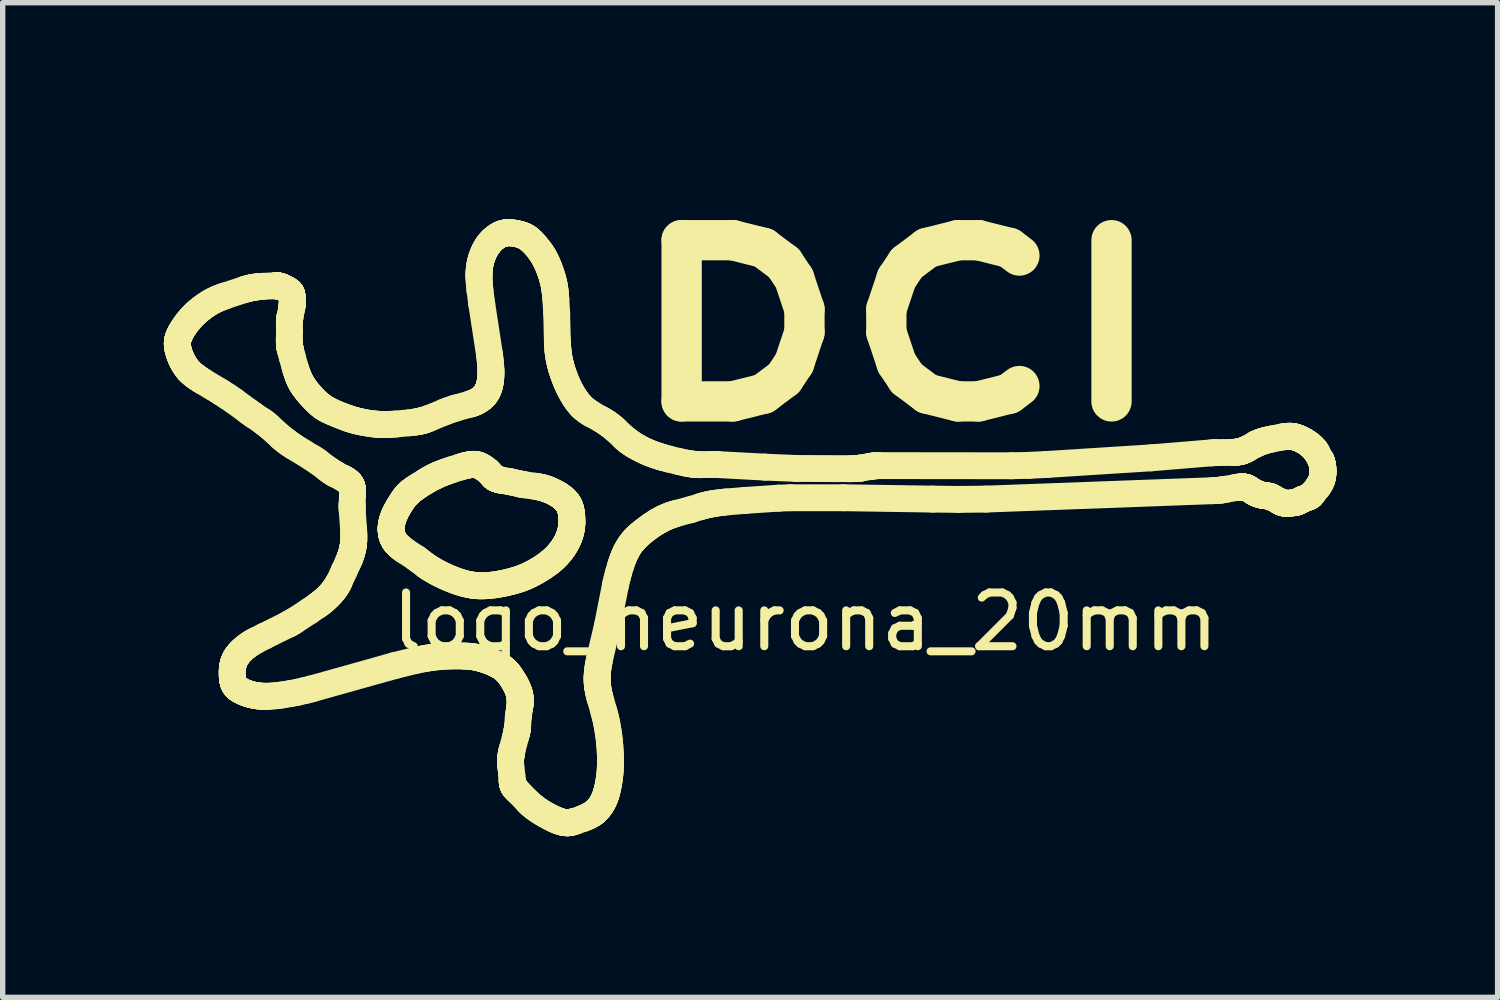
<source format=kicad_pcb>
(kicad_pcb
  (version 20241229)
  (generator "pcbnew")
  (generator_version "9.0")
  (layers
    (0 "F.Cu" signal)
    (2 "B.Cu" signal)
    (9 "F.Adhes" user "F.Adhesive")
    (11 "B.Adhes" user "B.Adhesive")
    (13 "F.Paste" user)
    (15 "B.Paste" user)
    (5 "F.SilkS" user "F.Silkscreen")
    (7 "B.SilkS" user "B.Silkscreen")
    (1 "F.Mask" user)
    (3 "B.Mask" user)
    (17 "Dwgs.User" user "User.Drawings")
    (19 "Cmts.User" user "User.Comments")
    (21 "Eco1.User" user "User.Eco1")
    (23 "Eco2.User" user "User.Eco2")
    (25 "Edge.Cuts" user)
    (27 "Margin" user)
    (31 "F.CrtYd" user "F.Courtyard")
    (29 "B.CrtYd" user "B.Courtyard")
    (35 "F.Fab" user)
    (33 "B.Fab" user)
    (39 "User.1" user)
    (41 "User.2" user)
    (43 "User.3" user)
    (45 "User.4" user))
  (footprint "logo_neurona_20mm"
    (layer "F.Cu")
    (at 9.035 6.271)
    (property "Reference" "logo_neurona_20mm" (at 2.9 2.25 0) (layer "F.SilkS") (effects (font (size 1 1) (thickness 0.15))))
    (attr through_hole)
    (fp_line (start -8.785 -2.922) (end -8.785 -2.916) (stroke (width 0.5) (type solid)) (layer "F.SilkS"))
    (fp_line (start -8.785 -2.929) (end -8.785 -2.922) (stroke (width 0.5) (type solid)) (layer "F.SilkS"))
    (fp_line (start -8.785 -2.916) (end -8.784 -2.909) (stroke (width 0.5) (type solid)) (layer "F.SilkS"))
    (fp_line (start -8.785 -2.936) (end -8.785 -2.929) (stroke (width 0.5) (type solid)) (layer "F.SilkS"))
    (fp_line (start -8.784 -2.909) (end -8.784 -2.902) (stroke (width 0.5) (type solid)) (layer "F.SilkS"))
    (fp_line (start -8.784 -2.942) (end -8.785 -2.936) (stroke (width 0.5) (type solid)) (layer "F.SilkS"))
    (fp_line (start -8.784 -2.902) (end -8.783 -2.888) (stroke (width 0.5) (type solid)) (layer "F.SilkS"))
    (fp_line (start -8.784 -2.949) (end -8.784 -2.942) (stroke (width 0.5) (type solid)) (layer "F.SilkS"))
    (fp_line (start -8.783 -2.956) (end -8.784 -2.949) (stroke (width 0.5) (type solid)) (layer "F.SilkS"))
    (fp_line (start -8.783 -2.888) (end -8.782 -2.875) (stroke (width 0.5) (type solid)) (layer "F.SilkS"))
    (fp_line (start -8.783 -2.962) (end -8.783 -2.956) (stroke (width 0.5) (type solid)) (layer "F.SilkS"))
    (fp_line (start -8.782 -2.969) (end -8.783 -2.962) (stroke (width 0.5) (type solid)) (layer "F.SilkS"))
    (fp_line (start -8.782 -2.875) (end -8.78 -2.861) (stroke (width 0.5) (type solid)) (layer "F.SilkS"))
    (fp_line (start -8.781 -2.976) (end -8.782 -2.969) (stroke (width 0.5) (type solid)) (layer "F.SilkS"))
    (fp_line (start -8.78 -2.983) (end -8.781 -2.976) (stroke (width 0.5) (type solid)) (layer "F.SilkS"))
    (fp_line (start -8.78 -2.861) (end -8.777 -2.847) (stroke (width 0.5) (type solid)) (layer "F.SilkS"))
    (fp_line (start -8.778 -2.989) (end -8.78 -2.983) (stroke (width 0.5) (type solid)) (layer "F.SilkS"))
    (fp_line (start -8.777 -2.847) (end -8.775 -2.833) (stroke (width 0.5) (type solid)) (layer "F.SilkS"))
    (fp_line (start -8.777 -2.996) (end -8.778 -2.989) (stroke (width 0.5) (type solid)) (layer "F.SilkS"))
    (fp_line (start -8.775 -3.003) (end -8.777 -2.996) (stroke (width 0.5) (type solid)) (layer "F.SilkS"))
    (fp_line (start -8.775 -2.833) (end -8.771 -2.819) (stroke (width 0.5) (type solid)) (layer "F.SilkS"))
    (fp_line (start -8.774 -3.01) (end -8.775 -3.003) (stroke (width 0.5) (type solid)) (layer "F.SilkS"))
    (fp_line (start -8.772 -3.017) (end -8.774 -3.01) (stroke (width 0.5) (type solid)) (layer "F.SilkS"))
    (fp_line (start -8.771 -2.819) (end -8.768 -2.804) (stroke (width 0.5) (type solid)) (layer "F.SilkS"))
    (fp_line (start -8.77 -3.024) (end -8.772 -3.017) (stroke (width 0.5) (type solid)) (layer "F.SilkS"))
    (fp_line (start -8.768 -2.804) (end -8.764 -2.789) (stroke (width 0.5) (type solid)) (layer "F.SilkS"))
    (fp_line (start -8.765 -3.038) (end -8.77 -3.024) (stroke (width 0.5) (type solid)) (layer "F.SilkS"))
    (fp_line (start -8.764 -2.789) (end -8.755 -2.759) (stroke (width 0.5) (type solid)) (layer "F.SilkS"))
    (fp_line (start -8.76 -3.052) (end -8.765 -3.038) (stroke (width 0.5) (type solid)) (layer "F.SilkS"))
    (fp_line (start -8.755 -3.066) (end -8.76 -3.052) (stroke (width 0.5) (type solid)) (layer "F.SilkS"))
    (fp_line (start -8.755 -2.759) (end -8.749 -2.74) (stroke (width 0.5) (type solid)) (layer "F.SilkS"))
    (fp_line (start -8.749 -3.08) (end -8.755 -3.066) (stroke (width 0.5) (type solid)) (layer "F.SilkS"))
    (fp_line (start -8.749 -2.74) (end -8.742 -2.72) (stroke (width 0.5) (type solid)) (layer "F.SilkS"))
    (fp_line (start -8.743 -3.094) (end -8.749 -3.08) (stroke (width 0.5) (type solid)) (layer "F.SilkS"))
    (fp_line (start -8.742 -2.72) (end -8.734 -2.7) (stroke (width 0.5) (type solid)) (layer "F.SilkS"))
    (fp_line (start -8.736 -3.108) (end -8.743 -3.094) (stroke (width 0.5) (type solid)) (layer "F.SilkS"))
    (fp_line (start -8.734 -2.7) (end -8.726 -2.679) (stroke (width 0.5) (type solid)) (layer "F.SilkS"))
    (fp_line (start -8.729 -3.122) (end -8.736 -3.108) (stroke (width 0.5) (type solid)) (layer "F.SilkS"))
    (fp_line (start -8.726 -2.679) (end -8.718 -2.658) (stroke (width 0.5) (type solid)) (layer "F.SilkS"))
    (fp_line (start -8.722 -3.136) (end -8.729 -3.122) (stroke (width 0.5) (type solid)) (layer "F.SilkS"))
    (fp_line (start -8.718 -2.658) (end -8.708 -2.638) (stroke (width 0.5) (type solid)) (layer "F.SilkS"))
    (fp_line (start -8.714 -3.15) (end -8.722 -3.136) (stroke (width 0.5) (type solid)) (layer "F.SilkS"))
    (fp_line (start -8.708 -2.638) (end -8.699 -2.617) (stroke (width 0.5) (type solid)) (layer "F.SilkS"))
    (fp_line (start -8.699 -2.617) (end -8.688 -2.596) (stroke (width 0.5) (type solid)) (layer "F.SilkS"))
    (fp_line (start -8.698 -3.178) (end -8.714 -3.15) (stroke (width 0.5) (type solid)) (layer "F.SilkS"))
    (fp_line (start -8.688 -2.596) (end -8.677 -2.575) (stroke (width 0.5) (type solid)) (layer "F.SilkS"))
    (fp_line (start -8.681 -3.206) (end -8.698 -3.178) (stroke (width 0.5) (type solid)) (layer "F.SilkS"))
    (fp_line (start -8.677 -2.575) (end -8.665 -2.555) (stroke (width 0.5) (type solid)) (layer "F.SilkS"))
    (fp_line (start -8.665 -2.555) (end -8.653 -2.534) (stroke (width 0.5) (type solid)) (layer "F.SilkS"))
    (fp_line (start -8.661 -3.235) (end -8.681 -3.206) (stroke (width 0.5) (type solid)) (layer "F.SilkS"))
    (fp_line (start -8.653 -2.534) (end -8.64 -2.514) (stroke (width 0.5) (type solid)) (layer "F.SilkS"))
    (fp_line (start -8.641 -3.264) (end -8.661 -3.235) (stroke (width 0.5) (type solid)) (layer "F.SilkS"))
    (fp_line (start -8.64 -2.514) (end -8.626 -2.494) (stroke (width 0.5) (type solid)) (layer "F.SilkS"))
    (fp_line (start -8.626 -2.494) (end -8.612 -2.475) (stroke (width 0.5) (type solid)) (layer "F.SilkS"))
    (fp_line (start -8.62 -3.293) (end -8.641 -3.264) (stroke (width 0.5) (type solid)) (layer "F.SilkS"))
    (fp_line (start -8.612 -2.475) (end -8.597 -2.456) (stroke (width 0.5) (type solid)) (layer "F.SilkS"))
    (fp_line (start -8.599 -3.322) (end -8.62 -3.293) (stroke (width 0.5) (type solid)) (layer "F.SilkS"))
    (fp_line (start -8.597 -2.456) (end -8.589 -2.446) (stroke (width 0.5) (type solid)) (layer "F.SilkS"))
    (fp_line (start -8.589 -2.446) (end -8.582 -2.437) (stroke (width 0.5) (type solid)) (layer "F.SilkS"))
    (fp_line (start -8.582 -2.437) (end -8.572 -2.427) (stroke (width 0.5) (type solid)) (layer "F.SilkS"))
    (fp_line (start -8.577 -3.349) (end -8.599 -3.322) (stroke (width 0.5) (type solid)) (layer "F.SilkS"))
    (fp_line (start -8.572 -2.427) (end -8.563 -2.417) (stroke (width 0.5) (type solid)) (layer "F.SilkS"))
    (fp_line (start -8.563 -2.417) (end -8.554 -2.407) (stroke (width 0.5) (type solid)) (layer "F.SilkS"))
    (fp_line (start -8.554 -3.377) (end -8.577 -3.349) (stroke (width 0.5) (type solid)) (layer "F.SilkS"))
    (fp_line (start -8.554 -2.407) (end -8.544 -2.398) (stroke (width 0.5) (type solid)) (layer "F.SilkS"))
    (fp_line (start -8.544 -2.398) (end -8.524 -2.379) (stroke (width 0.5) (type solid)) (layer "F.SilkS"))
    (fp_line (start -8.531 -3.403) (end -8.554 -3.377) (stroke (width 0.5) (type solid)) (layer "F.SilkS"))
    (fp_line (start -8.524 -2.379) (end -8.503 -2.36) (stroke (width 0.5) (type solid)) (layer "F.SilkS"))
    (fp_line (start -8.507 -3.429) (end -8.531 -3.403) (stroke (width 0.5) (type solid)) (layer "F.SilkS"))
    (fp_line (start -8.503 -2.36) (end -8.481 -2.343) (stroke (width 0.5) (type solid)) (layer "F.SilkS"))
    (fp_line (start -8.484 -3.453) (end -8.507 -3.429) (stroke (width 0.5) (type solid)) (layer "F.SilkS"))
    (fp_line (start -8.481 -2.343) (end -8.459 -2.325) (stroke (width 0.5) (type solid)) (layer "F.SilkS"))
    (fp_line (start -8.46 -3.476) (end -8.484 -3.453) (stroke (width 0.5) (type solid)) (layer "F.SilkS"))
    (fp_line (start -8.459 -2.325) (end -8.436 -2.308) (stroke (width 0.5) (type solid)) (layer "F.SilkS"))
    (fp_line (start -8.436 -2.308) (end -8.413 -2.292) (stroke (width 0.5) (type solid)) (layer "F.SilkS"))
    (fp_line (start -8.436 -3.498) (end -8.46 -3.476) (stroke (width 0.5) (type solid)) (layer "F.SilkS"))
    (fp_line (start -8.413 -2.292) (end -8.364 -2.259) (stroke (width 0.5) (type solid)) (layer "F.SilkS"))
    (fp_line (start -8.412 -3.52) (end -8.436 -3.498) (stroke (width 0.5) (type solid)) (layer "F.SilkS"))
    (fp_line (start -8.387 -3.541) (end -8.412 -3.52) (stroke (width 0.5) (type solid)) (layer "F.SilkS"))
    (fp_line (start -8.364 -2.259) (end -8.314 -2.227) (stroke (width 0.5) (type solid)) (layer "F.SilkS"))
    (fp_line (start -8.361 -3.562) (end -8.387 -3.541) (stroke (width 0.5) (type solid)) (layer "F.SilkS"))
    (fp_line (start -8.335 -3.582) (end -8.361 -3.562) (stroke (width 0.5) (type solid)) (layer "F.SilkS"))
    (fp_line (start -8.314 -2.227) (end -7.972 -2.021) (stroke (width 0.5) (type solid)) (layer "F.SilkS"))
    (fp_line (start -8.309 -3.602) (end -8.335 -3.582) (stroke (width 0.5) (type solid)) (layer "F.SilkS"))
    (fp_line (start -8.281 -3.623) (end -8.309 -3.602) (stroke (width 0.5) (type solid)) (layer "F.SilkS"))
    (fp_line (start -8.252 -3.643) (end -8.281 -3.623) (stroke (width 0.5) (type solid)) (layer "F.SilkS"))
    (fp_line (start -8.223 -3.662) (end -8.252 -3.643) (stroke (width 0.5) (type solid)) (layer "F.SilkS"))
    (fp_line (start -8.192 -3.681) (end -8.223 -3.662) (stroke (width 0.5) (type solid)) (layer "F.SilkS"))
    (fp_line (start -8.161 -3.7) (end -8.192 -3.681) (stroke (width 0.5) (type solid)) (layer "F.SilkS"))
    (fp_line (start -8.129 -3.717) (end -8.161 -3.7) (stroke (width 0.5) (type solid)) (layer "F.SilkS"))
    (fp_line (start -8.096 -3.734) (end -8.129 -3.717) (stroke (width 0.5) (type solid)) (layer "F.SilkS"))
    (fp_line (start -8.061 -3.751) (end -8.096 -3.734) (stroke (width 0.5) (type solid)) (layer "F.SilkS"))
    (fp_line (start -8.021 -3.768) (end -8.061 -3.751) (stroke (width 0.5) (type solid)) (layer "F.SilkS"))
    (fp_line (start -7.979 -3.785) (end -8.021 -3.768) (stroke (width 0.5) (type solid)) (layer "F.SilkS"))
    (fp_line (start -7.972 -2.021) (end -7.854 -1.945) (stroke (width 0.5) (type solid)) (layer "F.SilkS"))
    (fp_line (start -7.936 -3.801) (end -7.979 -3.785) (stroke (width 0.5) (type solid)) (layer "F.SilkS"))
    (fp_line (start -7.892 -3.816) (end -7.936 -3.801) (stroke (width 0.5) (type solid)) (layer "F.SilkS"))
    (fp_line (start -7.854 -1.945) (end -7.739 -1.867) (stroke (width 0.5) (type solid)) (layer "F.SilkS"))
    (fp_line (start -7.764 3.21) (end -7.764 3.238) (stroke (width 0.5) (type solid)) (layer "F.SilkS"))
    (fp_line (start -7.764 3.181) (end -7.764 3.21) (stroke (width 0.5) (type solid)) (layer "F.SilkS"))
    (fp_line (start -7.764 3.238) (end -7.762 3.266) (stroke (width 0.5) (type solid)) (layer "F.SilkS"))
    (fp_line (start -7.763 3.167) (end -7.764 3.181) (stroke (width 0.5) (type solid)) (layer "F.SilkS"))
    (fp_line (start -7.763 3.152) (end -7.763 3.167) (stroke (width 0.5) (type solid)) (layer "F.SilkS"))
    (fp_line (start -7.762 3.266) (end -7.761 3.279) (stroke (width 0.5) (type solid)) (layer "F.SilkS"))
    (fp_line (start -7.761 3.138) (end -7.763 3.152) (stroke (width 0.5) (type solid)) (layer "F.SilkS"))
    (fp_line (start -7.761 3.279) (end -7.76 3.293) (stroke (width 0.5) (type solid)) (layer "F.SilkS"))
    (fp_line (start -7.76 3.124) (end -7.761 3.138) (stroke (width 0.5) (type solid)) (layer "F.SilkS"))
    (fp_line (start -7.76 3.293) (end -7.758 3.306) (stroke (width 0.5) (type solid)) (layer "F.SilkS"))
    (fp_line (start -7.759 3.11) (end -7.76 3.124) (stroke (width 0.5) (type solid)) (layer "F.SilkS"))
    (fp_line (start -7.758 3.306) (end -7.756 3.319) (stroke (width 0.5) (type solid)) (layer "F.SilkS"))
    (fp_line (start -7.757 3.096) (end -7.759 3.11) (stroke (width 0.5) (type solid)) (layer "F.SilkS"))
    (fp_line (start -7.756 3.319) (end -7.754 3.332) (stroke (width 0.5) (type solid)) (layer "F.SilkS"))
    (fp_line (start -7.755 3.082) (end -7.757 3.096) (stroke (width 0.5) (type solid)) (layer "F.SilkS"))
    (fp_line (start -7.754 3.332) (end -7.751 3.345) (stroke (width 0.5) (type solid)) (layer "F.SilkS"))
    (fp_line (start -7.752 3.068) (end -7.755 3.082) (stroke (width 0.5) (type solid)) (layer "F.SilkS"))
    (fp_line (start -7.751 3.345) (end -7.75 3.351) (stroke (width 0.5) (type solid)) (layer "F.SilkS"))
    (fp_line (start -7.75 3.351) (end -7.748 3.357) (stroke (width 0.5) (type solid)) (layer "F.SilkS"))
    (fp_line (start -7.749 3.055) (end -7.752 3.068) (stroke (width 0.5) (type solid)) (layer "F.SilkS"))
    (fp_line (start -7.748 3.357) (end -7.747 3.363) (stroke (width 0.5) (type solid)) (layer "F.SilkS"))
    (fp_line (start -7.747 3.363) (end -7.745 3.369) (stroke (width 0.5) (type solid)) (layer "F.SilkS"))
    (fp_line (start -7.746 3.041) (end -7.749 3.055) (stroke (width 0.5) (type solid)) (layer "F.SilkS"))
    (fp_line (start -7.745 3.369) (end -7.743 3.375) (stroke (width 0.5) (type solid)) (layer "F.SilkS"))
    (fp_line (start -7.743 3.375) (end -7.741 3.381) (stroke (width 0.5) (type solid)) (layer "F.SilkS"))
    (fp_line (start -7.743 3.028) (end -7.746 3.041) (stroke (width 0.5) (type solid)) (layer "F.SilkS"))
    (fp_line (start -7.741 3.381) (end -7.739 3.387) (stroke (width 0.5) (type solid)) (layer "F.SilkS"))
    (fp_line (start -7.739 3.387) (end -7.737 3.393) (stroke (width 0.5) (type solid)) (layer "F.SilkS"))
    (fp_line (start -7.739 -1.867) (end -7.452 -1.656) (stroke (width 0.5) (type solid)) (layer "F.SilkS"))
    (fp_line (start -7.739 3.015) (end -7.743 3.028) (stroke (width 0.5) (type solid)) (layer "F.SilkS"))
    (fp_line (start -7.737 3.393) (end -7.734 3.399) (stroke (width 0.5) (type solid)) (layer "F.SilkS"))
    (fp_line (start -7.735 3.003) (end -7.739 3.015) (stroke (width 0.5) (type solid)) (layer "F.SilkS"))
    (fp_line (start -7.734 3.399) (end -7.732 3.405) (stroke (width 0.5) (type solid)) (layer "F.SilkS"))
    (fp_line (start -7.732 3.405) (end -7.729 3.41) (stroke (width 0.5) (type solid)) (layer "F.SilkS"))
    (fp_line (start -7.731 2.992) (end -7.735 3.003) (stroke (width 0.5) (type solid)) (layer "F.SilkS"))
    (fp_line (start -7.729 3.41) (end -7.726 3.416) (stroke (width 0.5) (type solid)) (layer "F.SilkS"))
    (fp_line (start -7.726 3.416) (end -7.724 3.421) (stroke (width 0.5) (type solid)) (layer "F.SilkS"))
    (fp_line (start -7.726 2.98) (end -7.731 2.992) (stroke (width 0.5) (type solid)) (layer "F.SilkS"))
    (fp_line (start -7.724 3.421) (end -7.721 3.426) (stroke (width 0.5) (type solid)) (layer "F.SilkS"))
    (fp_line (start -7.721 2.969) (end -7.726 2.98) (stroke (width 0.5) (type solid)) (layer "F.SilkS"))
    (fp_line (start -7.721 3.426) (end -7.717 3.432) (stroke (width 0.5) (type solid)) (layer "F.SilkS"))
    (fp_line (start -7.717 3.432) (end -7.714 3.437) (stroke (width 0.5) (type solid)) (layer "F.SilkS"))
    (fp_line (start -7.716 2.957) (end -7.721 2.969) (stroke (width 0.5) (type solid)) (layer "F.SilkS"))
    (fp_line (start -7.714 3.437) (end -7.71 3.442) (stroke (width 0.5) (type solid)) (layer "F.SilkS"))
    (fp_line (start -7.711 2.946) (end -7.716 2.957) (stroke (width 0.5) (type solid)) (layer "F.SilkS"))
    (fp_line (start -7.71 3.442) (end -7.707 3.447) (stroke (width 0.5) (type solid)) (layer "F.SilkS"))
    (fp_line (start -7.707 3.447) (end -7.703 3.452) (stroke (width 0.5) (type solid)) (layer "F.SilkS"))
    (fp_line (start -7.705 2.935) (end -7.711 2.946) (stroke (width 0.5) (type solid)) (layer "F.SilkS"))
    (fp_line (start -7.703 3.452) (end -7.699 3.457) (stroke (width 0.5) (type solid)) (layer "F.SilkS"))
    (fp_line (start -7.699 2.925) (end -7.705 2.935) (stroke (width 0.5) (type solid)) (layer "F.SilkS"))
    (fp_line (start -7.699 3.457) (end -7.695 3.461) (stroke (width 0.5) (type solid)) (layer "F.SilkS"))
    (fp_line (start -7.695 3.461) (end -7.691 3.466) (stroke (width 0.5) (type solid)) (layer "F.SilkS"))
    (fp_line (start -7.693 2.914) (end -7.699 2.925) (stroke (width 0.5) (type solid)) (layer "F.SilkS"))
    (fp_line (start -7.691 3.466) (end -7.686 3.471) (stroke (width 0.5) (type solid)) (layer "F.SilkS"))
    (fp_line (start -7.686 3.471) (end -7.682 3.475) (stroke (width 0.5) (type solid)) (layer "F.SilkS"))
    (fp_line (start -7.686 2.904) (end -7.693 2.914) (stroke (width 0.5) (type solid)) (layer "F.SilkS"))
    (fp_line (start -7.682 3.475) (end -7.677 3.479) (stroke (width 0.5) (type solid)) (layer "F.SilkS"))
    (fp_line (start -7.679 2.893) (end -7.686 2.904) (stroke (width 0.5) (type solid)) (layer "F.SilkS"))
    (fp_line (start -7.677 3.479) (end -7.672 3.484) (stroke (width 0.5) (type solid)) (layer "F.SilkS"))
    (fp_line (start -7.672 3.484) (end -7.667 3.488) (stroke (width 0.5) (type solid)) (layer "F.SilkS"))
    (fp_line (start -7.672 2.883) (end -7.679 2.893) (stroke (width 0.5) (type solid)) (layer "F.SilkS"))
    (fp_line (start -7.667 3.488) (end -7.662 3.492) (stroke (width 0.5) (type solid)) (layer "F.SilkS"))
    (fp_line (start -7.664 2.872) (end -7.672 2.883) (stroke (width 0.5) (type solid)) (layer "F.SilkS"))
    (fp_line (start -7.662 3.492) (end -7.657 3.496) (stroke (width 0.5) (type solid)) (layer "F.SilkS"))
    (fp_line (start -7.657 3.496) (end -7.652 3.5) (stroke (width 0.5) (type solid)) (layer "F.SilkS"))
    (fp_line (start -7.656 2.862) (end -7.664 2.872) (stroke (width 0.5) (type solid)) (layer "F.SilkS"))
    (fp_line (start -7.652 3.5) (end -7.646 3.504) (stroke (width 0.5) (type solid)) (layer "F.SilkS"))
    (fp_line (start -7.648 2.852) (end -7.656 2.862) (stroke (width 0.5) (type solid)) (layer "F.SilkS"))
    (fp_line (start -7.646 3.504) (end -7.641 3.508) (stroke (width 0.5) (type solid)) (layer "F.SilkS"))
    (fp_line (start -7.641 3.508) (end -7.629 3.515) (stroke (width 0.5) (type solid)) (layer "F.SilkS"))
    (fp_line (start -7.64 2.842) (end -7.648 2.852) (stroke (width 0.5) (type solid)) (layer "F.SilkS"))
    (fp_line (start -7.63 2.83) (end -7.64 2.842) (stroke (width 0.5) (type solid)) (layer "F.SilkS"))
    (fp_line (start -7.629 3.515) (end -7.618 3.522) (stroke (width 0.5) (type solid)) (layer "F.SilkS"))
    (fp_line (start -7.619 2.819) (end -7.63 2.83) (stroke (width 0.5) (type solid)) (layer "F.SilkS"))
    (fp_line (start -7.618 3.522) (end -7.606 3.529) (stroke (width 0.5) (type solid)) (layer "F.SilkS"))
    (fp_line (start -7.608 2.807) (end -7.619 2.819) (stroke (width 0.5) (type solid)) (layer "F.SilkS"))
    (fp_line (start -7.606 3.529) (end -7.593 3.536) (stroke (width 0.5) (type solid)) (layer "F.SilkS"))
    (fp_line (start -7.597 2.796) (end -7.608 2.807) (stroke (width 0.5) (type solid)) (layer "F.SilkS"))
    (fp_line (start -7.593 3.536) (end -7.58 3.542) (stroke (width 0.5) (type solid)) (layer "F.SilkS"))
    (fp_line (start -7.586 2.784) (end -7.597 2.796) (stroke (width 0.5) (type solid)) (layer "F.SilkS"))
    (fp_line (start -7.58 3.542) (end -7.567 3.549) (stroke (width 0.5) (type solid)) (layer "F.SilkS"))
    (fp_line (start -7.574 2.773) (end -7.586 2.784) (stroke (width 0.5) (type solid)) (layer "F.SilkS"))
    (fp_line (start -7.567 3.549) (end -7.541 3.561) (stroke (width 0.5) (type solid)) (layer "F.SilkS"))
    (fp_line (start -7.549 2.751) (end -7.574 2.773) (stroke (width 0.5) (type solid)) (layer "F.SilkS"))
    (fp_line (start -7.542 -3.931) (end -7.892 -3.816) (stroke (width 0.5) (type solid)) (layer "F.SilkS"))
    (fp_line (start -7.541 3.561) (end -7.523 3.568) (stroke (width 0.5) (type solid)) (layer "F.SilkS"))
    (fp_line (start -7.524 2.729) (end -7.549 2.751) (stroke (width 0.5) (type solid)) (layer "F.SilkS"))
    (fp_line (start -7.523 3.568) (end -7.506 3.575) (stroke (width 0.5) (type solid)) (layer "F.SilkS"))
    (fp_line (start -7.506 3.575) (end -7.488 3.581) (stroke (width 0.5) (type solid)) (layer "F.SilkS"))
    (fp_line (start -7.499 -3.944) (end -7.542 -3.931) (stroke (width 0.5) (type solid)) (layer "F.SilkS"))
    (fp_line (start -7.497 2.708) (end -7.524 2.729) (stroke (width 0.5) (type solid)) (layer "F.SilkS"))
    (fp_line (start -7.488 3.581) (end -7.47 3.588) (stroke (width 0.5) (type solid)) (layer "F.SilkS"))
    (fp_line (start -7.47 3.588) (end -7.451 3.594) (stroke (width 0.5) (type solid)) (layer "F.SilkS"))
    (fp_line (start -7.47 2.688) (end -7.497 2.708) (stroke (width 0.5) (type solid)) (layer "F.SilkS"))
    (fp_line (start -7.455 -3.955) (end -7.499 -3.944) (stroke (width 0.5) (type solid)) (layer "F.SilkS"))
    (fp_line (start -7.452 -1.656) (end -7.367 -1.595) (stroke (width 0.5) (type solid)) (layer "F.SilkS"))
    (fp_line (start -7.451 3.594) (end -7.432 3.599) (stroke (width 0.5) (type solid)) (layer "F.SilkS"))
    (fp_line (start -7.441 2.668) (end -7.47 2.688) (stroke (width 0.5) (type solid)) (layer "F.SilkS"))
    (fp_line (start -7.433 -3.961) (end -7.455 -3.955) (stroke (width 0.5) (type solid)) (layer "F.SilkS"))
    (fp_line (start -7.432 3.599) (end -7.413 3.605) (stroke (width 0.5) (type solid)) (layer "F.SilkS"))
    (fp_line (start -7.413 3.605) (end -7.393 3.61) (stroke (width 0.5) (type solid)) (layer "F.SilkS"))
    (fp_line (start -7.412 -3.965) (end -7.433 -3.961) (stroke (width 0.5) (type solid)) (layer "F.SilkS"))
    (fp_line (start -7.41 2.648) (end -7.441 2.668) (stroke (width 0.5) (type solid)) (layer "F.SilkS"))
    (fp_line (start -7.393 3.61) (end -7.373 3.614) (stroke (width 0.5) (type solid)) (layer "F.SilkS"))
    (fp_line (start -7.389 -3.97) (end -7.412 -3.965) (stroke (width 0.5) (type solid)) (layer "F.SilkS"))
    (fp_line (start -7.378 2.629) (end -7.41 2.648) (stroke (width 0.5) (type solid)) (layer "F.SilkS"))
    (fp_line (start -7.373 3.614) (end -7.352 3.618) (stroke (width 0.5) (type solid)) (layer "F.SilkS"))
    (fp_line (start -7.367 -3.974) (end -7.389 -3.97) (stroke (width 0.5) (type solid)) (layer "F.SilkS"))
    (fp_line (start -7.367 -1.595) (end -7.211 -1.49) (stroke (width 0.5) (type solid)) (layer "F.SilkS"))
    (fp_line (start -7.352 3.618) (end -7.331 3.622) (stroke (width 0.5) (type solid)) (layer "F.SilkS"))
    (fp_line (start -7.346 -3.977) (end -7.367 -3.974) (stroke (width 0.5) (type solid)) (layer "F.SilkS"))
    (fp_line (start -7.345 2.61) (end -7.378 2.629) (stroke (width 0.5) (type solid)) (layer "F.SilkS"))
    (fp_line (start -7.331 3.622) (end -7.31 3.626) (stroke (width 0.5) (type solid)) (layer "F.SilkS"))
    (fp_line (start -7.324 -3.98) (end -7.346 -3.977) (stroke (width 0.5) (type solid)) (layer "F.SilkS"))
    (fp_line (start -7.311 2.592) (end -7.345 2.61) (stroke (width 0.5) (type solid)) (layer "F.SilkS"))
    (fp_line (start -7.31 3.626) (end -7.288 3.629) (stroke (width 0.5) (type solid)) (layer "F.SilkS"))
    (fp_line (start -7.288 3.629) (end -7.265 3.631) (stroke (width 0.5) (type solid)) (layer "F.SilkS"))
    (fp_line (start -7.281 -3.985) (end -7.324 -3.98) (stroke (width 0.5) (type solid)) (layer "F.SilkS"))
    (fp_line (start -7.265 3.631) (end -7.242 3.633) (stroke (width 0.5) (type solid)) (layer "F.SilkS"))
    (fp_line (start -7.242 3.633) (end -7.218 3.635) (stroke (width 0.5) (type solid)) (layer "F.SilkS"))
    (fp_line (start -7.239 -3.989) (end -7.281 -3.985) (stroke (width 0.5) (type solid)) (layer "F.SilkS"))
    (fp_line (start -7.218 3.635) (end -7.187 3.636) (stroke (width 0.5) (type solid)) (layer "F.SilkS"))
    (fp_line (start -7.211 -1.49) (end -7.181 -1.468) (stroke (width 0.5) (type solid)) (layer "F.SilkS"))
    (fp_line (start -7.197 -3.992) (end -7.239 -3.989) (stroke (width 0.5) (type solid)) (layer "F.SilkS"))
    (fp_line (start -7.187 3.636) (end -7.155 3.637) (stroke (width 0.5) (type solid)) (layer "F.SilkS"))
    (fp_line (start -7.181 -1.468) (end -7.15 -1.446) (stroke (width 0.5) (type solid)) (layer "F.SilkS"))
    (fp_line (start -7.169 2.52) (end -7.311 2.592) (stroke (width 0.5) (type solid)) (layer "F.SilkS"))
    (fp_line (start -7.155 3.637) (end -7.123 3.637) (stroke (width 0.5) (type solid)) (layer "F.SilkS"))
    (fp_line (start -7.15 -1.446) (end -7.119 -1.421) (stroke (width 0.5) (type solid)) (layer "F.SilkS"))
    (fp_line (start -7.123 3.637) (end -7.089 3.636) (stroke (width 0.5) (type solid)) (layer "F.SilkS"))
    (fp_line (start -7.119 -1.421) (end -7.079 -1.387) (stroke (width 0.5) (type solid)) (layer "F.SilkS"))
    (fp_line (start -7.089 3.636) (end -7.021 3.632) (stroke (width 0.5) (type solid)) (layer "F.SilkS"))
    (fp_line (start -7.079 -1.387) (end -6.854 -1.184) (stroke (width 0.5) (type solid)) (layer "F.SilkS"))
    (fp_line (start -7.021 3.632) (end -6.952 3.626) (stroke (width 0.5) (type solid)) (layer "F.SilkS"))
    (fp_line (start -6.965 -4.003) (end -7.197 -3.992) (stroke (width 0.5) (type solid)) (layer "F.SilkS"))
    (fp_line (start -6.956 -4.003) (end -6.965 -4.003) (stroke (width 0.5) (type solid)) (layer "F.SilkS"))
    (fp_line (start -6.952 3.626) (end -6.881 3.618) (stroke (width 0.5) (type solid)) (layer "F.SilkS"))
    (fp_line (start -6.947 -4.003) (end -6.956 -4.003) (stroke (width 0.5) (type solid)) (layer "F.SilkS"))
    (fp_line (start -6.938 -4.003) (end -6.947 -4.003) (stroke (width 0.5) (type solid)) (layer "F.SilkS"))
    (fp_line (start -6.93 -4.003) (end -6.938 -4.003) (stroke (width 0.5) (type solid)) (layer "F.SilkS"))
    (fp_line (start -6.921 -4.002) (end -6.93 -4.003) (stroke (width 0.5) (type solid)) (layer "F.SilkS"))
    (fp_line (start -6.913 -4.001) (end -6.921 -4.002) (stroke (width 0.5) (type solid)) (layer "F.SilkS"))
    (fp_line (start -6.904 -4) (end -6.913 -4.001) (stroke (width 0.5) (type solid)) (layer "F.SilkS"))
    (fp_line (start -6.9 -3.999) (end -6.904 -4) (stroke (width 0.5) (type solid)) (layer "F.SilkS"))
    (fp_line (start -6.896 -3.999) (end -6.9 -3.999) (stroke (width 0.5) (type solid)) (layer "F.SilkS"))
    (fp_line (start -6.888 -3.997) (end -6.896 -3.999) (stroke (width 0.5) (type solid)) (layer "F.SilkS"))
    (fp_line (start -6.881 3.618) (end -6.811 3.608) (stroke (width 0.5) (type solid)) (layer "F.SilkS"))
    (fp_line (start -6.881 -3.995) (end -6.888 -3.997) (stroke (width 0.5) (type solid)) (layer "F.SilkS"))
    (fp_line (start -6.873 -3.993) (end -6.881 -3.995) (stroke (width 0.5) (type solid)) (layer "F.SilkS"))
    (fp_line (start -6.865 -3.991) (end -6.873 -3.993) (stroke (width 0.5) (type solid)) (layer "F.SilkS"))
    (fp_line (start -6.857 -3.988) (end -6.865 -3.991) (stroke (width 0.5) (type solid)) (layer "F.SilkS"))
    (fp_line (start -6.854 -1.184) (end -6.802 -1.141) (stroke (width 0.5) (type solid)) (layer "F.SilkS"))
    (fp_line (start -6.849 -3.985) (end -6.857 -3.988) (stroke (width 0.5) (type solid)) (layer "F.SilkS"))
    (fp_line (start -6.842 -3.982) (end -6.849 -3.985) (stroke (width 0.5) (type solid)) (layer "F.SilkS"))
    (fp_line (start -6.834 -3.979) (end -6.842 -3.982) (stroke (width 0.5) (type solid)) (layer "F.SilkS"))
    (fp_line (start -6.818 -3.972) (end -6.834 -3.979) (stroke (width 0.5) (type solid)) (layer "F.SilkS"))
    (fp_line (start -6.811 3.608) (end -6.673 3.585) (stroke (width 0.5) (type solid)) (layer "F.SilkS"))
    (fp_line (start -6.803 -3.965) (end -6.818 -3.972) (stroke (width 0.5) (type solid)) (layer "F.SilkS"))
    (fp_line (start -6.802 -1.141) (end -6.775 -1.12) (stroke (width 0.5) (type solid)) (layer "F.SilkS"))
    (fp_line (start -6.775 -1.12) (end -6.747 -1.099) (stroke (width 0.5) (type solid)) (layer "F.SilkS"))
    (fp_line (start -6.772 -3.949) (end -6.803 -3.965) (stroke (width 0.5) (type solid)) (layer "F.SilkS"))
    (fp_line (start -6.758 -3.941) (end -6.772 -3.949) (stroke (width 0.5) (type solid)) (layer "F.SilkS"))
    (fp_line (start -6.747 -1.099) (end -6.715 -1.075) (stroke (width 0.5) (type solid)) (layer "F.SilkS"))
    (fp_line (start -6.743 -3.933) (end -6.758 -3.941) (stroke (width 0.5) (type solid)) (layer "F.SilkS"))
    (fp_line (start -6.736 -3.929) (end -6.743 -3.933) (stroke (width 0.5) (type solid)) (layer "F.SilkS"))
    (fp_line (start -6.729 -3.925) (end -6.736 -3.929) (stroke (width 0.5) (type solid)) (layer "F.SilkS"))
    (fp_line (start -6.725 2.3) (end -7.169 2.52) (stroke (width 0.5) (type solid)) (layer "F.SilkS"))
    (fp_line (start -6.722 -3.92) (end -6.729 -3.925) (stroke (width 0.5) (type solid)) (layer "F.SilkS"))
    (fp_line (start -6.716 -3.916) (end -6.722 -3.92) (stroke (width 0.5) (type solid)) (layer "F.SilkS"))
    (fp_line (start -6.715 -1.075) (end -6.682 -1.052) (stroke (width 0.5) (type solid)) (layer "F.SilkS"))
    (fp_line (start -6.709 -3.911) (end -6.716 -3.916) (stroke (width 0.5) (type solid)) (layer "F.SilkS"))
    (fp_line (start -6.703 -3.906) (end -6.709 -3.911) (stroke (width 0.5) (type solid)) (layer "F.SilkS"))
    (fp_line (start -6.701 -2.999) (end -6.698 -3.156) (stroke (width 0.5) (type solid)) (layer "F.SilkS"))
    (fp_line (start -6.701 -2.968) (end -6.701 -2.999) (stroke (width 0.5) (type solid)) (layer "F.SilkS"))
    (fp_line (start -6.7 -3.904) (end -6.703 -3.906) (stroke (width 0.5) (type solid)) (layer "F.SilkS"))
    (fp_line (start -6.7 -2.938) (end -6.701 -2.968) (stroke (width 0.5) (type solid)) (layer "F.SilkS"))
    (fp_line (start -6.7 2.287) (end -6.725 2.3) (stroke (width 0.5) (type solid)) (layer "F.SilkS"))
    (fp_line (start -6.7 -3.308) (end -6.699 -3.332) (stroke (width 0.5) (type solid)) (layer "F.SilkS"))
    (fp_line (start -6.699 -3.332) (end -6.698 -3.354) (stroke (width 0.5) (type solid)) (layer "F.SilkS"))
    (fp_line (start -6.699 -2.923) (end -6.7 -2.938) (stroke (width 0.5) (type solid)) (layer "F.SilkS"))
    (fp_line (start -6.698 -3.354) (end -6.696 -3.374) (stroke (width 0.5) (type solid)) (layer "F.SilkS"))
    (fp_line (start -6.698 -3.156) (end -6.7 -3.308) (stroke (width 0.5) (type solid)) (layer "F.SilkS"))
    (fp_line (start -6.698 -2.908) (end -6.699 -2.923) (stroke (width 0.5) (type solid)) (layer "F.SilkS"))
    (fp_line (start -6.697 -3.902) (end -6.7 -3.904) (stroke (width 0.5) (type solid)) (layer "F.SilkS"))
    (fp_line (start -6.696 -2.894) (end -6.698 -2.908) (stroke (width 0.5) (type solid)) (layer "F.SilkS"))
    (fp_line (start -6.696 -3.374) (end -6.694 -3.393) (stroke (width 0.5) (type solid)) (layer "F.SilkS"))
    (fp_line (start -6.695 -2.881) (end -6.696 -2.894) (stroke (width 0.5) (type solid)) (layer "F.SilkS"))
    (fp_line (start -6.695 -3.899) (end -6.697 -3.902) (stroke (width 0.5) (type solid)) (layer "F.SilkS"))
    (fp_line (start -6.694 -3.393) (end -6.691 -3.411) (stroke (width 0.5) (type solid)) (layer "F.SilkS"))
    (fp_line (start -6.693 -2.867) (end -6.695 -2.881) (stroke (width 0.5) (type solid)) (layer "F.SilkS"))
    (fp_line (start -6.692 -3.896) (end -6.695 -3.899) (stroke (width 0.5) (type solid)) (layer "F.SilkS"))
    (fp_line (start -6.691 -3.411) (end -6.688 -3.43) (stroke (width 0.5) (type solid)) (layer "F.SilkS"))
    (fp_line (start -6.691 -2.854) (end -6.693 -2.867) (stroke (width 0.5) (type solid)) (layer "F.SilkS"))
    (fp_line (start -6.689 -3.894) (end -6.692 -3.896) (stroke (width 0.5) (type solid)) (layer "F.SilkS"))
    (fp_line (start -6.688 -3.43) (end -6.658 -3.578) (stroke (width 0.5) (type solid)) (layer "F.SilkS"))
    (fp_line (start -6.687 -3.891) (end -6.689 -3.894) (stroke (width 0.5) (type solid)) (layer "F.SilkS"))
    (fp_line (start -6.685 -2.828) (end -6.691 -2.854) (stroke (width 0.5) (type solid)) (layer "F.SilkS"))
    (fp_line (start -6.684 -3.889) (end -6.687 -3.891) (stroke (width 0.5) (type solid)) (layer "F.SilkS"))
    (fp_line (start -6.682 -3.886) (end -6.684 -3.889) (stroke (width 0.5) (type solid)) (layer "F.SilkS"))
    (fp_line (start -6.682 -1.052) (end -6.613 -1.006) (stroke (width 0.5) (type solid)) (layer "F.SilkS"))
    (fp_line (start -6.679 -2.801) (end -6.685 -2.828) (stroke (width 0.5) (type solid)) (layer "F.SilkS"))
    (fp_line (start -6.679 -3.883) (end -6.682 -3.886) (stroke (width 0.5) (type solid)) (layer "F.SilkS"))
    (fp_line (start -6.677 -3.88) (end -6.679 -3.883) (stroke (width 0.5) (type solid)) (layer "F.SilkS"))
    (fp_line (start -6.675 -3.878) (end -6.677 -3.88) (stroke (width 0.5) (type solid)) (layer "F.SilkS"))
    (fp_line (start -6.673 -3.875) (end -6.675 -3.878) (stroke (width 0.5) (type solid)) (layer "F.SilkS"))
    (fp_line (start -6.673 2.272) (end -6.7 2.287) (stroke (width 0.5) (type solid)) (layer "F.SilkS"))
    (fp_line (start -6.673 3.585) (end -6.543 3.56) (stroke (width 0.5) (type solid)) (layer "F.SilkS"))
    (fp_line (start -6.671 -3.872) (end -6.673 -3.875) (stroke (width 0.5) (type solid)) (layer "F.SilkS"))
    (fp_line (start -6.67 -3.869) (end -6.671 -3.872) (stroke (width 0.5) (type solid)) (layer "F.SilkS"))
    (fp_line (start -6.668 -3.867) (end -6.67 -3.869) (stroke (width 0.5) (type solid)) (layer "F.SilkS"))
    (fp_line (start -6.667 -3.864) (end -6.668 -3.867) (stroke (width 0.5) (type solid)) (layer "F.SilkS"))
    (fp_line (start -6.665 -3.861) (end -6.667 -3.864) (stroke (width 0.5) (type solid)) (layer "F.SilkS"))
    (fp_line (start -6.664 -3.858) (end -6.665 -3.861) (stroke (width 0.5) (type solid)) (layer "F.SilkS"))
    (fp_line (start -6.663 -3.855) (end -6.664 -3.858) (stroke (width 0.5) (type solid)) (layer "F.SilkS"))
    (fp_line (start -6.662 -3.852) (end -6.663 -3.855) (stroke (width 0.5) (type solid)) (layer "F.SilkS"))
    (fp_line (start -6.661 -3.85) (end -6.662 -3.852) (stroke (width 0.5) (type solid)) (layer "F.SilkS"))
    (fp_line (start -6.66 -3.847) (end -6.661 -3.85) (stroke (width 0.5) (type solid)) (layer "F.SilkS"))
    (fp_line (start -6.659 -3.844) (end -6.66 -3.847) (stroke (width 0.5) (type solid)) (layer "F.SilkS"))
    (fp_line (start -6.658 -3.578) (end -6.655 -3.597) (stroke (width 0.5) (type solid)) (layer "F.SilkS"))
    (fp_line (start -6.658 -3.841) (end -6.659 -3.844) (stroke (width 0.5) (type solid)) (layer "F.SilkS"))
    (fp_line (start -6.657 -3.837) (end -6.658 -3.841) (stroke (width 0.5) (type solid)) (layer "F.SilkS"))
    (fp_line (start -6.656 -3.834) (end -6.657 -3.837) (stroke (width 0.5) (type solid)) (layer "F.SilkS"))
    (fp_line (start -6.655 -3.597) (end -6.652 -3.615) (stroke (width 0.5) (type solid)) (layer "F.SilkS"))
    (fp_line (start -6.655 -3.828) (end -6.656 -3.834) (stroke (width 0.5) (type solid)) (layer "F.SilkS"))
    (fp_line (start -6.653 -3.822) (end -6.655 -3.828) (stroke (width 0.5) (type solid)) (layer "F.SilkS"))
    (fp_line (start -6.652 -3.615) (end -6.65 -3.634) (stroke (width 0.5) (type solid)) (layer "F.SilkS"))
    (fp_line (start -6.652 -3.815) (end -6.653 -3.822) (stroke (width 0.5) (type solid)) (layer "F.SilkS"))
    (fp_line (start -6.651 -3.809) (end -6.652 -3.815) (stroke (width 0.5) (type solid)) (layer "F.SilkS"))
    (fp_line (start -6.651 -3.802) (end -6.651 -3.809) (stroke (width 0.5) (type solid)) (layer "F.SilkS"))
    (fp_line (start -6.65 -3.634) (end -6.648 -3.652) (stroke (width 0.5) (type solid)) (layer "F.SilkS"))
    (fp_line (start -6.649 -3.789) (end -6.651 -3.802) (stroke (width 0.5) (type solid)) (layer "F.SilkS"))
    (fp_line (start -6.648 -3.776) (end -6.649 -3.789) (stroke (width 0.5) (type solid)) (layer "F.SilkS"))
    (fp_line (start -6.648 -3.652) (end -6.647 -3.668) (stroke (width 0.5) (type solid)) (layer "F.SilkS"))
    (fp_line (start -6.648 -2.685) (end -6.679 -2.801) (stroke (width 0.5) (type solid)) (layer "F.SilkS"))
    (fp_line (start -6.647 -3.668) (end -6.646 -3.684) (stroke (width 0.5) (type solid)) (layer "F.SilkS"))
    (fp_line (start -6.647 -3.746) (end -6.648 -3.776) (stroke (width 0.5) (type solid)) (layer "F.SilkS"))
    (fp_line (start -6.646 -3.684) (end -6.646 -3.7) (stroke (width 0.5) (type solid)) (layer "F.SilkS"))
    (fp_line (start -6.646 -3.7) (end -6.646 -3.715) (stroke (width 0.5) (type solid)) (layer "F.SilkS"))
    (fp_line (start -6.646 -3.715) (end -6.647 -3.746) (stroke (width 0.5) (type solid)) (layer "F.SilkS"))
    (fp_line (start -6.634 2.249) (end -6.673 2.272) (stroke (width 0.5) (type solid)) (layer "F.SilkS"))
    (fp_line (start -6.613 -1.006) (end -6.265 -0.793) (stroke (width 0.5) (type solid)) (layer "F.SilkS"))
    (fp_line (start -6.594 -2.489) (end -6.648 -2.685) (stroke (width 0.5) (type solid)) (layer "F.SilkS"))
    (fp_line (start -6.593 2.224) (end -6.634 2.249) (stroke (width 0.5) (type solid)) (layer "F.SilkS"))
    (fp_line (start -6.578 -2.437) (end -6.594 -2.489) (stroke (width 0.5) (type solid)) (layer "F.SilkS"))
    (fp_line (start -6.561 -2.386) (end -6.578 -2.437) (stroke (width 0.5) (type solid)) (layer "F.SilkS"))
    (fp_line (start -6.543 -2.336) (end -6.561 -2.386) (stroke (width 0.5) (type solid)) (layer "F.SilkS"))
    (fp_line (start -6.543 3.56) (end -6.416 3.531) (stroke (width 0.5) (type solid)) (layer "F.SilkS"))
    (fp_line (start -6.534 -2.312) (end -6.543 -2.336) (stroke (width 0.5) (type solid)) (layer "F.SilkS"))
    (fp_line (start -6.524 -2.289) (end -6.534 -2.312) (stroke (width 0.5) (type solid)) (layer "F.SilkS"))
    (fp_line (start -6.516 -2.269) (end -6.524 -2.289) (stroke (width 0.5) (type solid)) (layer "F.SilkS"))
    (fp_line (start -6.507 -2.249) (end -6.516 -2.269) (stroke (width 0.5) (type solid)) (layer "F.SilkS"))
    (fp_line (start -6.497 -2.231) (end -6.507 -2.249) (stroke (width 0.5) (type solid)) (layer "F.SilkS"))
    (fp_line (start -6.488 -2.212) (end -6.497 -2.231) (stroke (width 0.5) (type solid)) (layer "F.SilkS"))
    (fp_line (start -6.478 -2.195) (end -6.488 -2.212) (stroke (width 0.5) (type solid)) (layer "F.SilkS"))
    (fp_line (start -6.468 -2.177) (end -6.478 -2.195) (stroke (width 0.5) (type solid)) (layer "F.SilkS"))
    (fp_line (start -6.457 -2.16) (end -6.468 -2.177) (stroke (width 0.5) (type solid)) (layer "F.SilkS"))
    (fp_line (start -6.447 -2.144) (end -6.457 -2.16) (stroke (width 0.5) (type solid)) (layer "F.SilkS"))
    (fp_line (start -6.436 -2.127) (end -6.447 -2.144) (stroke (width 0.5) (type solid)) (layer "F.SilkS"))
    (fp_line (start -6.425 -2.111) (end -6.436 -2.127) (stroke (width 0.5) (type solid)) (layer "F.SilkS"))
    (fp_line (start -6.416 3.531) (end -6.288 3.499) (stroke (width 0.5) (type solid)) (layer "F.SilkS"))
    (fp_line (start -6.401 -2.079) (end -6.425 -2.111) (stroke (width 0.5) (type solid)) (layer "F.SilkS"))
    (fp_line (start -6.377 -2.048) (end -6.401 -2.079) (stroke (width 0.5) (type solid)) (layer "F.SilkS"))
    (fp_line (start -6.351 -2.016) (end -6.377 -2.048) (stroke (width 0.5) (type solid)) (layer "F.SilkS"))
    (fp_line (start -6.326 2.049) (end -6.593 2.224) (stroke (width 0.5) (type solid)) (layer "F.SilkS"))
    (fp_line (start -6.323 -1.982) (end -6.351 -2.016) (stroke (width 0.5) (type solid)) (layer "F.SilkS"))
    (fp_line (start -6.293 -1.949) (end -6.323 -1.982) (stroke (width 0.5) (type solid)) (layer "F.SilkS"))
    (fp_line (start -6.288 3.499) (end -4.74 3.065) (stroke (width 0.5) (type solid)) (layer "F.SilkS"))
    (fp_line (start -6.265 -0.793) (end -6.202 -0.752) (stroke (width 0.5) (type solid)) (layer "F.SilkS"))
    (fp_line (start -6.262 -1.915) (end -6.293 -1.949) (stroke (width 0.5) (type solid)) (layer "F.SilkS"))
    (fp_line (start -6.231 -1.883) (end -6.262 -1.915) (stroke (width 0.5) (type solid)) (layer "F.SilkS"))
    (fp_line (start -6.202 -0.752) (end -6.155 -0.718) (stroke (width 0.5) (type solid)) (layer "F.SilkS"))
    (fp_line (start -6.199 -1.851) (end -6.231 -1.883) (stroke (width 0.5) (type solid)) (layer "F.SilkS"))
    (fp_line (start -6.183 1.951) (end -6.326 2.049) (stroke (width 0.5) (type solid)) (layer "F.SilkS"))
    (fp_line (start -6.167 -1.821) (end -6.199 -1.851) (stroke (width 0.5) (type solid)) (layer "F.SilkS"))
    (fp_line (start -6.155 -0.718) (end -5.984 -0.589) (stroke (width 0.5) (type solid)) (layer "F.SilkS"))
    (fp_line (start -6.151 -1.807) (end -6.167 -1.821) (stroke (width 0.5) (type solid)) (layer "F.SilkS"))
    (fp_line (start -6.149 1.927) (end -6.183 1.951) (stroke (width 0.5) (type solid)) (layer "F.SilkS"))
    (fp_line (start -6.135 -1.794) (end -6.151 -1.807) (stroke (width 0.5) (type solid)) (layer "F.SilkS"))
    (fp_line (start -6.119 -1.78) (end -6.135 -1.794) (stroke (width 0.5) (type solid)) (layer "F.SilkS"))
    (fp_line (start -6.117 1.902) (end -6.149 1.927) (stroke (width 0.5) (type solid)) (layer "F.SilkS"))
    (fp_line (start -6.103 -1.768) (end -6.119 -1.78) (stroke (width 0.5) (type solid)) (layer "F.SilkS"))
    (fp_line (start -6.09 -1.758) (end -6.103 -1.768) (stroke (width 0.5) (type solid)) (layer "F.SilkS"))
    (fp_line (start -6.085 1.877) (end -6.117 1.902) (stroke (width 0.5) (type solid)) (layer "F.SilkS"))
    (fp_line (start -6.076 -1.748) (end -6.09 -1.758) (stroke (width 0.5) (type solid)) (layer "F.SilkS"))
    (fp_line (start -6.063 -1.739) (end -6.076 -1.748) (stroke (width 0.5) (type solid)) (layer "F.SilkS"))
    (fp_line (start -6.053 1.85) (end -6.085 1.877) (stroke (width 0.5) (type solid)) (layer "F.SilkS"))
    (fp_line (start -6.049 -1.731) (end -6.063 -1.739) (stroke (width 0.5) (type solid)) (layer "F.SilkS"))
    (fp_line (start -6.036 -1.722) (end -6.049 -1.731) (stroke (width 0.5) (type solid)) (layer "F.SilkS"))
    (fp_line (start -6.023 -1.714) (end -6.036 -1.722) (stroke (width 0.5) (type solid)) (layer "F.SilkS"))
    (fp_line (start -6.022 1.823) (end -6.053 1.85) (stroke (width 0.5) (type solid)) (layer "F.SilkS"))
    (fp_line (start -5.995 -1.699) (end -6.023 -1.714) (stroke (width 0.5) (type solid)) (layer "F.SilkS"))
    (fp_line (start -5.992 1.794) (end -6.022 1.823) (stroke (width 0.5) (type solid)) (layer "F.SilkS"))
    (fp_line (start -5.984 -0.589) (end -5.942 -0.56) (stroke (width 0.5) (type solid)) (layer "F.SilkS"))
    (fp_line (start -5.968 -1.685) (end -5.995 -1.699) (stroke (width 0.5) (type solid)) (layer "F.SilkS"))
    (fp_line (start -5.962 1.765) (end -5.992 1.794) (stroke (width 0.5) (type solid)) (layer "F.SilkS"))
    (fp_line (start -5.942 -0.56) (end -5.921 -0.545) (stroke (width 0.5) (type solid)) (layer "F.SilkS"))
    (fp_line (start -5.939 -1.671) (end -5.968 -1.685) (stroke (width 0.5) (type solid)) (layer "F.SilkS"))
    (fp_line (start -5.933 1.734) (end -5.962 1.765) (stroke (width 0.5) (type solid)) (layer "F.SilkS"))
    (fp_line (start -5.921 -0.545) (end -5.9 -0.531) (stroke (width 0.5) (type solid)) (layer "F.SilkS"))
    (fp_line (start -5.919 1.718) (end -5.933 1.734) (stroke (width 0.5) (type solid)) (layer "F.SilkS"))
    (fp_line (start -5.905 1.702) (end -5.919 1.718) (stroke (width 0.5) (type solid)) (layer "F.SilkS"))
    (fp_line (start -5.9 -0.531) (end -5.878 -0.517) (stroke (width 0.5) (type solid)) (layer "F.SilkS"))
    (fp_line (start -5.892 1.686) (end -5.905 1.702) (stroke (width 0.5) (type solid)) (layer "F.SilkS"))
    (fp_line (start -5.88 -1.644) (end -5.939 -1.671) (stroke (width 0.5) (type solid)) (layer "F.SilkS"))
    (fp_line (start -5.879 1.67) (end -5.892 1.686) (stroke (width 0.5) (type solid)) (layer "F.SilkS"))
    (fp_line (start -5.878 -0.517) (end -5.855 -0.504) (stroke (width 0.5) (type solid)) (layer "F.SilkS"))
    (fp_line (start -5.866 1.653) (end -5.879 1.67) (stroke (width 0.5) (type solid)) (layer "F.SilkS"))
    (fp_line (start -5.855 -0.504) (end -5.834 -0.492) (stroke (width 0.5) (type solid)) (layer "F.SilkS"))
    (fp_line (start -5.854 1.636) (end -5.866 1.653) (stroke (width 0.5) (type solid)) (layer "F.SilkS"))
    (fp_line (start -5.842 1.62) (end -5.854 1.636) (stroke (width 0.5) (type solid)) (layer "F.SilkS"))
    (fp_line (start -5.834 -0.492) (end -5.705 -0.425) (stroke (width 0.5) (type solid)) (layer "F.SilkS"))
    (fp_line (start -5.83 1.603) (end -5.842 1.62) (stroke (width 0.5) (type solid)) (layer "F.SilkS"))
    (fp_line (start -5.82 1.586) (end -5.83 1.603) (stroke (width 0.5) (type solid)) (layer "F.SilkS"))
    (fp_line (start -5.809 1.568) (end -5.82 1.586) (stroke (width 0.5) (type solid)) (layer "F.SilkS"))
    (fp_line (start -5.805 -1.612) (end -5.88 -1.644) (stroke (width 0.5) (type solid)) (layer "F.SilkS"))
    (fp_line (start -5.799 1.551) (end -5.809 1.568) (stroke (width 0.5) (type solid)) (layer "F.SilkS"))
    (fp_line (start -5.789 1.533) (end -5.799 1.551) (stroke (width 0.5) (type solid)) (layer "F.SilkS"))
    (fp_line (start -5.771 1.498) (end -5.789 1.533) (stroke (width 0.5) (type solid)) (layer "F.SilkS"))
    (fp_line (start -5.725 -1.58) (end -5.805 -1.612) (stroke (width 0.5) (type solid)) (layer "F.SilkS"))
    (fp_line (start -5.705 -0.425) (end -5.685 -0.414) (stroke (width 0.5) (type solid)) (layer "F.SilkS"))
    (fp_line (start -5.685 -0.414) (end -5.665 -0.402) (stroke (width 0.5) (type solid)) (layer "F.SilkS"))
    (fp_line (start -5.682 1.305) (end -5.771 1.498) (stroke (width 0.5) (type solid)) (layer "F.SilkS"))
    (fp_line (start -5.665 -0.402) (end -5.656 -0.397) (stroke (width 0.5) (type solid)) (layer "F.SilkS"))
    (fp_line (start -5.656 -0.397) (end -5.646 -0.39) (stroke (width 0.5) (type solid)) (layer "F.SilkS"))
    (fp_line (start -5.646 -0.39) (end -5.637 -0.384) (stroke (width 0.5) (type solid)) (layer "F.SilkS"))
    (fp_line (start -5.642 -1.549) (end -5.725 -1.58) (stroke (width 0.5) (type solid)) (layer "F.SilkS"))
    (fp_line (start -5.637 -0.384) (end -5.628 -0.378) (stroke (width 0.5) (type solid)) (layer "F.SilkS"))
    (fp_line (start -5.628 -0.378) (end -5.62 -0.372) (stroke (width 0.5) (type solid)) (layer "F.SilkS"))
    (fp_line (start -5.62 -0.372) (end -5.611 -0.365) (stroke (width 0.5) (type solid)) (layer "F.SilkS"))
    (fp_line (start -5.611 -0.365) (end -5.603 -0.358) (stroke (width 0.5) (type solid)) (layer "F.SilkS"))
    (fp_line (start -5.605 1.138) (end -5.682 1.305) (stroke (width 0.5) (type solid)) (layer "F.SilkS"))
    (fp_line (start -5.603 -0.358) (end -5.596 -0.351) (stroke (width 0.5) (type solid)) (layer "F.SilkS"))
    (fp_line (start -5.6 -1.534) (end -5.642 -1.549) (stroke (width 0.5) (type solid)) (layer "F.SilkS"))
    (fp_line (start -5.596 -0.351) (end -5.592 -0.348) (stroke (width 0.5) (type solid)) (layer "F.SilkS"))
    (fp_line (start -5.592 -0.348) (end -5.588 -0.344) (stroke (width 0.5) (type solid)) (layer "F.SilkS"))
    (fp_line (start -5.588 -0.344) (end -5.585 -0.341) (stroke (width 0.5) (type solid)) (layer "F.SilkS"))
    (fp_line (start -5.585 -0.341) (end -5.581 -0.337) (stroke (width 0.5) (type solid)) (layer "F.SilkS"))
    (fp_line (start -5.581 -0.337) (end -5.578 -0.333) (stroke (width 0.5) (type solid)) (layer "F.SilkS"))
    (fp_line (start -5.58 1.078) (end -5.605 1.138) (stroke (width 0.5) (type solid)) (layer "F.SilkS"))
    (fp_line (start -5.578 -0.333) (end -5.575 -0.33) (stroke (width 0.5) (type solid)) (layer "F.SilkS"))
    (fp_line (start -5.575 -0.33) (end -5.572 -0.326) (stroke (width 0.5) (type solid)) (layer "F.SilkS"))
    (fp_line (start -5.572 -0.326) (end -5.569 -0.322) (stroke (width 0.5) (type solid)) (layer "F.SilkS"))
    (fp_line (start -5.569 -0.322) (end -5.566 -0.318) (stroke (width 0.5) (type solid)) (layer "F.SilkS"))
    (fp_line (start -5.568 1.047) (end -5.58 1.078) (stroke (width 0.5) (type solid)) (layer "F.SilkS"))
    (fp_line (start -5.566 -0.318) (end -5.563 -0.314) (stroke (width 0.5) (type solid)) (layer "F.SilkS"))
    (fp_line (start -5.563 -0.314) (end -5.56 -0.31) (stroke (width 0.5) (type solid)) (layer "F.SilkS"))
    (fp_line (start -5.56 -0.31) (end -5.558 -0.306) (stroke (width 0.5) (type solid)) (layer "F.SilkS"))
    (fp_line (start -5.558 -1.52) (end -5.6 -1.534) (stroke (width 0.5) (type solid)) (layer "F.SilkS"))
    (fp_line (start -5.558 -0.306) (end -5.555 -0.301) (stroke (width 0.5) (type solid)) (layer "F.SilkS"))
    (fp_line (start -5.557 1.015) (end -5.568 1.047) (stroke (width 0.5) (type solid)) (layer "F.SilkS"))
    (fp_line (start -5.555 -0.301) (end -5.553 -0.297) (stroke (width 0.5) (type solid)) (layer "F.SilkS"))
    (fp_line (start -5.553 -0.297) (end -5.55 -0.292) (stroke (width 0.5) (type solid)) (layer "F.SilkS"))
    (fp_line (start -5.55 -0.292) (end -5.548 -0.288) (stroke (width 0.5) (type solid)) (layer "F.SilkS"))
    (fp_line (start -5.548 -0.288) (end -5.546 -0.283) (stroke (width 0.5) (type solid)) (layer "F.SilkS"))
    (fp_line (start -5.546 0.982) (end -5.557 1.015) (stroke (width 0.5) (type solid)) (layer "F.SilkS"))
    (fp_line (start -5.546 -0.283) (end -5.544 -0.278) (stroke (width 0.5) (type solid)) (layer "F.SilkS"))
    (fp_line (start -5.544 -0.278) (end -5.542 -0.274) (stroke (width 0.5) (type solid)) (layer "F.SilkS"))
    (fp_line (start -5.542 -0.274) (end -5.54 -0.269) (stroke (width 0.5) (type solid)) (layer "F.SilkS"))
    (fp_line (start -5.54 -0.269) (end -5.539 -0.264) (stroke (width 0.5) (type solid)) (layer "F.SilkS"))
    (fp_line (start -5.539 -0.264) (end -5.537 -0.259) (stroke (width 0.5) (type solid)) (layer "F.SilkS"))
    (fp_line (start -5.537 -0.259) (end -5.536 -0.254) (stroke (width 0.5) (type solid)) (layer "F.SilkS"))
    (fp_line (start -5.537 0.949) (end -5.546 0.982) (stroke (width 0.5) (type solid)) (layer "F.SilkS"))
    (fp_line (start -5.536 -0.254) (end -5.534 -0.249) (stroke (width 0.5) (type solid)) (layer "F.SilkS"))
    (fp_line (start -5.534 -0.249) (end -5.533 -0.244) (stroke (width 0.5) (type solid)) (layer "F.SilkS"))
    (fp_line (start -5.533 -0.244) (end -5.532 -0.239) (stroke (width 0.5) (type solid)) (layer "F.SilkS"))
    (fp_line (start -5.533 0.091) (end -5.533 0.133) (stroke (width 0.5) (type solid)) (layer "F.SilkS"))
    (fp_line (start -5.533 0.133) (end -5.531 0.176) (stroke (width 0.5) (type solid)) (layer "F.SilkS"))
    (fp_line (start -5.533 0.06) (end -5.533 0.091) (stroke (width 0.5) (type solid)) (layer "F.SilkS"))
    (fp_line (start -5.532 -0.239) (end -5.531 -0.233) (stroke (width 0.5) (type solid)) (layer "F.SilkS"))
    (fp_line (start -5.531 0.176) (end -5.504 0.541) (stroke (width 0.5) (type solid)) (layer "F.SilkS"))
    (fp_line (start -5.531 -0.233) (end -5.53 -0.228) (stroke (width 0.5) (type solid)) (layer "F.SilkS"))
    (fp_line (start -5.53 -0.228) (end -5.528 -0.217) (stroke (width 0.5) (type solid)) (layer "F.SilkS"))
    (fp_line (start -5.528 -0.217) (end -5.527 -0.206) (stroke (width 0.5) (type solid)) (layer "F.SilkS"))
    (fp_line (start -5.528 0.915) (end -5.537 0.949) (stroke (width 0.5) (type solid)) (layer "F.SilkS"))
    (fp_line (start -5.527 -0.206) (end -5.526 -0.195) (stroke (width 0.5) (type solid)) (layer "F.SilkS"))
    (fp_line (start -5.526 -0.195) (end -5.525 -0.183) (stroke (width 0.5) (type solid)) (layer "F.SilkS"))
    (fp_line (start -5.525 -0.183) (end -5.524 -0.171) (stroke (width 0.5) (type solid)) (layer "F.SilkS"))
    (fp_line (start -5.525 -0.109) (end -5.533 0.06) (stroke (width 0.5) (type solid)) (layer "F.SilkS"))
    (fp_line (start -5.524 -0.171) (end -5.524 -0.159) (stroke (width 0.5) (type solid)) (layer "F.SilkS"))
    (fp_line (start -5.524 -0.159) (end -5.524 -0.135) (stroke (width 0.5) (type solid)) (layer "F.SilkS"))
    (fp_line (start -5.524 -0.135) (end -5.525 -0.109) (stroke (width 0.5) (type solid)) (layer "F.SilkS"))
    (fp_line (start -5.524 0.898) (end -5.528 0.915) (stroke (width 0.5) (type solid)) (layer "F.SilkS"))
    (fp_line (start -5.52 0.881) (end -5.524 0.898) (stroke (width 0.5) (type solid)) (layer "F.SilkS"))
    (fp_line (start -5.517 -1.508) (end -5.558 -1.52) (stroke (width 0.5) (type solid)) (layer "F.SilkS"))
    (fp_line (start -5.517 0.863) (end -5.52 0.881) (stroke (width 0.5) (type solid)) (layer "F.SilkS"))
    (fp_line (start -5.513 0.845) (end -5.517 0.863) (stroke (width 0.5) (type solid)) (layer "F.SilkS"))
    (fp_line (start -5.511 0.828) (end -5.513 0.845) (stroke (width 0.5) (type solid)) (layer "F.SilkS"))
    (fp_line (start -5.508 0.81) (end -5.511 0.828) (stroke (width 0.5) (type solid)) (layer "F.SilkS"))
    (fp_line (start -5.506 0.788) (end -5.508 0.81) (stroke (width 0.5) (type solid)) (layer "F.SilkS"))
    (fp_line (start -5.504 0.766) (end -5.506 0.788) (stroke (width 0.5) (type solid)) (layer "F.SilkS"))
    (fp_line (start -5.504 0.541) (end -5.502 0.587) (stroke (width 0.5) (type solid)) (layer "F.SilkS"))
    (fp_line (start -5.502 0.745) (end -5.504 0.766) (stroke (width 0.5) (type solid)) (layer "F.SilkS"))
    (fp_line (start -5.502 0.587) (end -5.5 0.633) (stroke (width 0.5) (type solid)) (layer "F.SilkS"))
    (fp_line (start -5.501 0.723) (end -5.502 0.745) (stroke (width 0.5) (type solid)) (layer "F.SilkS"))
    (fp_line (start -5.5 0.633) (end -5.5 0.678) (stroke (width 0.5) (type solid)) (layer "F.SilkS"))
    (fp_line (start -5.5 0.678) (end -5.501 0.723) (stroke (width 0.5) (type solid)) (layer "F.SilkS"))
    (fp_line (start -5.476 -1.496) (end -5.517 -1.508) (stroke (width 0.5) (type solid)) (layer "F.SilkS"))
    (fp_line (start -5.436 -1.486) (end -5.476 -1.496) (stroke (width 0.5) (type solid)) (layer "F.SilkS"))
    (fp_line (start -5.396 -1.476) (end -5.436 -1.486) (stroke (width 0.5) (type solid)) (layer "F.SilkS"))
    (fp_line (start -5.355 -1.468) (end -5.396 -1.476) (stroke (width 0.5) (type solid)) (layer "F.SilkS"))
    (fp_line (start -5.315 -1.46) (end -5.355 -1.468) (stroke (width 0.5) (type solid)) (layer "F.SilkS"))
    (fp_line (start -5.236 -1.446) (end -5.315 -1.46) (stroke (width 0.5) (type solid)) (layer "F.SilkS"))
    (fp_line (start -5.157 -1.435) (end -5.236 -1.446) (stroke (width 0.5) (type solid)) (layer "F.SilkS"))
    (fp_line (start -5.117 -1.431) (end -5.157 -1.435) (stroke (width 0.5) (type solid)) (layer "F.SilkS"))
    (fp_line (start -5.077 -1.427) (end -5.117 -1.431) (stroke (width 0.5) (type solid)) (layer "F.SilkS"))
    (fp_line (start -5.037 -1.424) (end -5.077 -1.427) (stroke (width 0.5) (type solid)) (layer "F.SilkS"))
    (fp_line (start -4.996 -1.422) (end -5.037 -1.424) (stroke (width 0.5) (type solid)) (layer "F.SilkS"))
    (fp_line (start -4.955 -1.421) (end -4.996 -1.422) (stroke (width 0.5) (type solid)) (layer "F.SilkS"))
    (fp_line (start -4.913 -1.421) (end -4.955 -1.421) (stroke (width 0.5) (type solid)) (layer "F.SilkS"))
    (fp_line (start -4.868 -1.422) (end -4.913 -1.421) (stroke (width 0.5) (type solid)) (layer "F.SilkS"))
    (fp_line (start -4.821 -1.424) (end -4.868 -1.422) (stroke (width 0.5) (type solid)) (layer "F.SilkS"))
    (fp_line (start -4.806 0.525) (end -4.806 0.535) (stroke (width 0.5) (type solid)) (layer "F.SilkS"))
    (fp_line (start -4.806 0.514) (end -4.806 0.525) (stroke (width 0.5) (type solid)) (layer "F.SilkS"))
    (fp_line (start -4.806 0.535) (end -4.806 0.546) (stroke (width 0.5) (type solid)) (layer "F.SilkS"))
    (fp_line (start -4.806 0.504) (end -4.806 0.514) (stroke (width 0.5) (type solid)) (layer "F.SilkS"))
    (fp_line (start -4.806 0.546) (end -4.805 0.556) (stroke (width 0.5) (type solid)) (layer "F.SilkS"))
    (fp_line (start -4.805 0.493) (end -4.806 0.504) (stroke (width 0.5) (type solid)) (layer "F.SilkS"))
    (fp_line (start -4.805 0.556) (end -4.804 0.566) (stroke (width 0.5) (type solid)) (layer "F.SilkS"))
    (fp_line (start -4.805 0.483) (end -4.805 0.493) (stroke (width 0.5) (type solid)) (layer "F.SilkS"))
    (fp_line (start -4.804 0.566) (end -4.803 0.576) (stroke (width 0.5) (type solid)) (layer "F.SilkS"))
    (fp_line (start -4.804 0.472) (end -4.805 0.483) (stroke (width 0.5) (type solid)) (layer "F.SilkS"))
    (fp_line (start -4.803 0.576) (end -4.802 0.587) (stroke (width 0.5) (type solid)) (layer "F.SilkS"))
    (fp_line (start -4.803 0.462) (end -4.804 0.472) (stroke (width 0.5) (type solid)) (layer "F.SilkS"))
    (fp_line (start -4.802 0.587) (end -4.801 0.597) (stroke (width 0.5) (type solid)) (layer "F.SilkS"))
    (fp_line (start -4.801 0.451) (end -4.803 0.462) (stroke (width 0.5) (type solid)) (layer "F.SilkS"))
    (fp_line (start -4.801 0.597) (end -4.799 0.607) (stroke (width 0.5) (type solid)) (layer "F.SilkS"))
    (fp_line (start -4.8 0.441) (end -4.801 0.451) (stroke (width 0.5) (type solid)) (layer "F.SilkS"))
    (fp_line (start -4.799 0.607) (end -4.797 0.617) (stroke (width 0.5) (type solid)) (layer "F.SilkS"))
    (fp_line (start -4.798 0.43) (end -4.8 0.441) (stroke (width 0.5) (type solid)) (layer "F.SilkS"))
    (fp_line (start -4.797 0.617) (end -4.795 0.626) (stroke (width 0.5) (type solid)) (layer "F.SilkS"))
    (fp_line (start -4.796 0.42) (end -4.798 0.43) (stroke (width 0.5) (type solid)) (layer "F.SilkS"))
    (fp_line (start -4.795 0.626) (end -4.793 0.636) (stroke (width 0.5) (type solid)) (layer "F.SilkS"))
    (fp_line (start -4.794 0.409) (end -4.796 0.42) (stroke (width 0.5) (type solid)) (layer "F.SilkS"))
    (fp_line (start -4.793 0.636) (end -4.79 0.646) (stroke (width 0.5) (type solid)) (layer "F.SilkS"))
    (fp_line (start -4.79 0.646) (end -4.787 0.655) (stroke (width 0.5) (type solid)) (layer "F.SilkS"))
    (fp_line (start -4.789 0.388) (end -4.794 0.409) (stroke (width 0.5) (type solid)) (layer "F.SilkS"))
    (fp_line (start -4.787 0.655) (end -4.784 0.665) (stroke (width 0.5) (type solid)) (layer "F.SilkS"))
    (fp_line (start -4.784 0.665) (end -4.781 0.674) (stroke (width 0.5) (type solid)) (layer "F.SilkS"))
    (fp_line (start -4.784 0.366) (end -4.789 0.388) (stroke (width 0.5) (type solid)) (layer "F.SilkS"))
    (fp_line (start -4.781 0.674) (end -4.777 0.683) (stroke (width 0.5) (type solid)) (layer "F.SilkS"))
    (fp_line (start -4.777 0.345) (end -4.784 0.366) (stroke (width 0.5) (type solid)) (layer "F.SilkS"))
    (fp_line (start -4.777 0.683) (end -4.773 0.692) (stroke (width 0.5) (type solid)) (layer "F.SilkS"))
    (fp_line (start -4.773 0.692) (end -4.769 0.701) (stroke (width 0.5) (type solid)) (layer "F.SilkS"))
    (fp_line (start -4.77 0.323) (end -4.777 0.345) (stroke (width 0.5) (type solid)) (layer "F.SilkS"))
    (fp_line (start -4.769 0.701) (end -4.765 0.71) (stroke (width 0.5) (type solid)) (layer "F.SilkS"))
    (fp_line (start -4.765 0.71) (end -4.76 0.719) (stroke (width 0.5) (type solid)) (layer "F.SilkS"))
    (fp_line (start -4.762 0.302) (end -4.77 0.323) (stroke (width 0.5) (type solid)) (layer "F.SilkS"))
    (fp_line (start -4.76 0.719) (end -4.755 0.728) (stroke (width 0.5) (type solid)) (layer "F.SilkS"))
    (fp_line (start -4.755 0.728) (end -4.75 0.736) (stroke (width 0.5) (type solid)) (layer "F.SilkS"))
    (fp_line (start -4.754 0.28) (end -4.762 0.302) (stroke (width 0.5) (type solid)) (layer "F.SilkS"))
    (fp_line (start -4.75 0.736) (end -4.745 0.744) (stroke (width 0.5) (type solid)) (layer "F.SilkS"))
    (fp_line (start -4.745 0.259) (end -4.754 0.28) (stroke (width 0.5) (type solid)) (layer "F.SilkS"))
    (fp_line (start -4.745 0.744) (end -4.74 0.752) (stroke (width 0.5) (type solid)) (layer "F.SilkS"))
    (fp_line (start -4.74 3.065) (end -4.343 2.967) (stroke (width 0.5) (type solid)) (layer "F.SilkS"))
    (fp_line (start -4.74 0.752) (end -4.734 0.76) (stroke (width 0.5) (type solid)) (layer "F.SilkS"))
    (fp_line (start -4.736 0.239) (end -4.745 0.259) (stroke (width 0.5) (type solid)) (layer "F.SilkS"))
    (fp_line (start -4.734 0.76) (end -4.728 0.768) (stroke (width 0.5) (type solid)) (layer "F.SilkS"))
    (fp_line (start -4.728 0.768) (end -4.722 0.776) (stroke (width 0.5) (type solid)) (layer "F.SilkS"))
    (fp_line (start -4.728 -1.429) (end -4.821 -1.424) (stroke (width 0.5) (type solid)) (layer "F.SilkS"))
    (fp_line (start -4.726 0.218) (end -4.736 0.239) (stroke (width 0.5) (type solid)) (layer "F.SilkS"))
    (fp_line (start -4.722 0.776) (end -4.716 0.784) (stroke (width 0.5) (type solid)) (layer "F.SilkS"))
    (fp_line (start -4.716 0.784) (end -4.709 0.791) (stroke (width 0.5) (type solid)) (layer "F.SilkS"))
    (fp_line (start -4.709 0.791) (end -4.703 0.799) (stroke (width 0.5) (type solid)) (layer "F.SilkS"))
    (fp_line (start -4.706 0.178) (end -4.726 0.218) (stroke (width 0.5) (type solid)) (layer "F.SilkS"))
    (fp_line (start -4.703 0.799) (end -4.696 0.806) (stroke (width 0.5) (type solid)) (layer "F.SilkS"))
    (fp_line (start -4.696 0.806) (end -4.682 0.82) (stroke (width 0.5) (type solid)) (layer "F.SilkS"))
    (fp_line (start -4.684 0.139) (end -4.706 0.178) (stroke (width 0.5) (type solid)) (layer "F.SilkS"))
    (fp_line (start -4.682 0.82) (end -4.668 0.834) (stroke (width 0.5) (type solid)) (layer "F.SilkS"))
    (fp_line (start -4.668 0.834) (end -4.653 0.848) (stroke (width 0.5) (type solid)) (layer "F.SilkS"))
    (fp_line (start -4.663 0.102) (end -4.684 0.139) (stroke (width 0.5) (type solid)) (layer "F.SilkS"))
    (fp_line (start -4.653 0.848) (end -4.638 0.861) (stroke (width 0.5) (type solid)) (layer "F.SilkS"))
    (fp_line (start -4.641 0.066) (end -4.663 0.102) (stroke (width 0.5) (type solid)) (layer "F.SilkS"))
    (fp_line (start -4.638 0.861) (end -4.622 0.874) (stroke (width 0.5) (type solid)) (layer "F.SilkS"))
    (fp_line (start -4.622 0.874) (end -4.606 0.887) (stroke (width 0.5) (type solid)) (layer "F.SilkS"))
    (fp_line (start -4.606 0.887) (end -4.574 0.911) (stroke (width 0.5) (type solid)) (layer "F.SilkS"))
    (fp_line (start -4.605 0.01) (end -4.641 0.066) (stroke (width 0.5) (type solid)) (layer "F.SilkS"))
    (fp_line (start -4.587 -0.016) (end -4.605 0.01) (stroke (width 0.5) (type solid)) (layer "F.SilkS"))
    (fp_line (start -4.574 0.911) (end -4.542 0.933) (stroke (width 0.5) (type solid)) (layer "F.SilkS"))
    (fp_line (start -4.569 -0.042) (end -4.587 -0.016) (stroke (width 0.5) (type solid)) (layer "F.SilkS"))
    (fp_line (start -4.551 -0.066) (end -4.569 -0.042) (stroke (width 0.5) (type solid)) (layer "F.SilkS"))
    (fp_line (start -4.542 -0.078) (end -4.551 -0.066) (stroke (width 0.5) (type solid)) (layer "F.SilkS"))
    (fp_line (start -4.542 0.933) (end -4.344 1.064) (stroke (width 0.5) (type solid)) (layer "F.SilkS"))
    (fp_line (start -4.532 -0.089) (end -4.542 -0.078) (stroke (width 0.5) (type solid)) (layer "F.SilkS"))
    (fp_line (start -4.523 -0.1) (end -4.532 -0.089) (stroke (width 0.5) (type solid)) (layer "F.SilkS"))
    (fp_line (start -4.513 -0.111) (end -4.523 -0.1) (stroke (width 0.5) (type solid)) (layer "F.SilkS"))
    (fp_line (start -4.502 -0.122) (end -4.513 -0.111) (stroke (width 0.5) (type solid)) (layer "F.SilkS"))
    (fp_line (start -4.492 -0.132) (end -4.502 -0.122) (stroke (width 0.5) (type solid)) (layer "F.SilkS"))
    (fp_line (start -4.481 -0.143) (end -4.492 -0.132) (stroke (width 0.5) (type solid)) (layer "F.SilkS"))
    (fp_line (start -4.47 -0.153) (end -4.481 -0.143) (stroke (width 0.5) (type solid)) (layer "F.SilkS"))
    (fp_line (start -4.459 -0.162) (end -4.47 -0.153) (stroke (width 0.5) (type solid)) (layer "F.SilkS"))
    (fp_line (start -4.458 -1.454) (end -4.728 -1.429) (stroke (width 0.5) (type solid)) (layer "F.SilkS"))
    (fp_line (start -4.448 -0.172) (end -4.459 -0.162) (stroke (width 0.5) (type solid)) (layer "F.SilkS"))
    (fp_line (start -4.424 -0.191) (end -4.448 -0.172) (stroke (width 0.5) (type solid)) (layer "F.SilkS"))
    (fp_line (start -4.4 -0.209) (end -4.424 -0.191) (stroke (width 0.5) (type solid)) (layer "F.SilkS"))
    (fp_line (start -4.377 -1.464) (end -4.458 -1.454) (stroke (width 0.5) (type solid)) (layer "F.SilkS"))
    (fp_line (start -4.374 -0.228) (end -4.4 -0.209) (stroke (width 0.5) (type solid)) (layer "F.SilkS"))
    (fp_line (start -4.348 -0.245) (end -4.374 -0.228) (stroke (width 0.5) (type solid)) (layer "F.SilkS"))
    (fp_line (start -4.344 1.064) (end -4.319 1.082) (stroke (width 0.5) (type solid)) (layer "F.SilkS"))
    (fp_line (start -4.343 2.967) (end -4.219 2.941) (stroke (width 0.5) (type solid)) (layer "F.SilkS"))
    (fp_line (start -4.337 -1.47) (end -4.377 -1.464) (stroke (width 0.5) (type solid)) (layer "F.SilkS"))
    (fp_line (start -4.319 1.082) (end -4.271 1.118) (stroke (width 0.5) (type solid)) (layer "F.SilkS"))
    (fp_line (start -4.298 -1.477) (end -4.337 -1.47) (stroke (width 0.5) (type solid)) (layer "F.SilkS"))
    (fp_line (start -4.294 -0.281) (end -4.348 -0.245) (stroke (width 0.5) (type solid)) (layer "F.SilkS"))
    (fp_line (start -4.278 -1.481) (end -4.298 -1.477) (stroke (width 0.5) (type solid)) (layer "F.SilkS"))
    (fp_line (start -4.271 1.118) (end -4.175 1.192) (stroke (width 0.5) (type solid)) (layer "F.SilkS"))
    (fp_line (start -4.259 -1.486) (end -4.278 -1.481) (stroke (width 0.5) (type solid)) (layer "F.SilkS"))
    (fp_line (start -4.239 -1.49) (end -4.259 -1.486) (stroke (width 0.5) (type solid)) (layer "F.SilkS"))
    (fp_line (start -4.219 -1.495) (end -4.239 -1.49) (stroke (width 0.5) (type solid)) (layer "F.SilkS"))
    (fp_line (start -4.219 2.941) (end -4.166 2.931) (stroke (width 0.5) (type solid)) (layer "F.SilkS"))
    (fp_line (start -4.199 -1.501) (end -4.219 -1.495) (stroke (width 0.5) (type solid)) (layer "F.SilkS"))
    (fp_line (start -4.179 -1.507) (end -4.199 -1.501) (stroke (width 0.5) (type solid)) (layer "F.SilkS"))
    (fp_line (start -4.175 1.192) (end -4.148 1.211) (stroke (width 0.5) (type solid)) (layer "F.SilkS"))
    (fp_line (start -4.17 -0.359) (end -4.294 -0.281) (stroke (width 0.5) (type solid)) (layer "F.SilkS"))
    (fp_line (start -4.166 2.931) (end -4.113 2.923) (stroke (width 0.5) (type solid)) (layer "F.SilkS"))
    (fp_line (start -4.148 1.211) (end -4.12 1.231) (stroke (width 0.5) (type solid)) (layer "F.SilkS"))
    (fp_line (start -4.139 -1.521) (end -4.179 -1.507) (stroke (width 0.5) (type solid)) (layer "F.SilkS"))
    (fp_line (start -4.12 1.231) (end -4.081 1.257) (stroke (width 0.5) (type solid)) (layer "F.SilkS"))
    (fp_line (start -4.113 2.923) (end -4.061 2.915) (stroke (width 0.5) (type solid)) (layer "F.SilkS"))
    (fp_line (start -4.107 -0.396) (end -4.17 -0.359) (stroke (width 0.5) (type solid)) (layer "F.SilkS"))
    (fp_line (start -4.099 -1.536) (end -4.139 -1.521) (stroke (width 0.5) (type solid)) (layer "F.SilkS"))
    (fp_line (start -4.081 1.257) (end -4.038 1.282) (stroke (width 0.5) (type solid)) (layer "F.SilkS"))
    (fp_line (start -4.061 2.915) (end -4.009 2.909) (stroke (width 0.5) (type solid)) (layer "F.SilkS"))
    (fp_line (start -4.046 -0.43) (end -4.107 -0.396) (stroke (width 0.5) (type solid)) (layer "F.SilkS"))
    (fp_line (start -4.038 1.282) (end -3.993 1.308) (stroke (width 0.5) (type solid)) (layer "F.SilkS"))
    (fp_line (start -4.018 -0.444) (end -4.046 -0.43) (stroke (width 0.5) (type solid)) (layer "F.SilkS"))
    (fp_line (start -4.009 2.909) (end -3.905 2.899) (stroke (width 0.5) (type solid)) (layer "F.SilkS"))
    (fp_line (start -3.993 1.308) (end -3.946 1.334) (stroke (width 0.5) (type solid)) (layer "F.SilkS"))
    (fp_line (start -3.991 -0.457) (end -4.018 -0.444) (stroke (width 0.5) (type solid)) (layer "F.SilkS"))
    (fp_line (start -3.964 -0.47) (end -3.991 -0.457) (stroke (width 0.5) (type solid)) (layer "F.SilkS"))
    (fp_line (start -3.946 1.334) (end -3.898 1.359) (stroke (width 0.5) (type solid)) (layer "F.SilkS"))
    (fp_line (start -3.937 -0.483) (end -3.964 -0.47) (stroke (width 0.5) (type solid)) (layer "F.SilkS"))
    (fp_line (start -3.905 2.899) (end -3.798 2.891) (stroke (width 0.5) (type solid)) (layer "F.SilkS"))
    (fp_line (start -3.898 1.359) (end -3.848 1.383) (stroke (width 0.5) (type solid)) (layer "F.SilkS"))
    (fp_line (start -3.881 -0.506) (end -3.937 -0.483) (stroke (width 0.5) (type solid)) (layer "F.SilkS"))
    (fp_line (start -3.848 1.383) (end -3.799 1.407) (stroke (width 0.5) (type solid)) (layer "F.SilkS"))
    (fp_line (start -3.823 -0.529) (end -3.881 -0.506) (stroke (width 0.5) (type solid)) (layer "F.SilkS"))
    (fp_line (start -3.812 -1.654) (end -4.099 -1.536) (stroke (width 0.5) (type solid)) (layer "F.SilkS"))
    (fp_line (start -3.799 1.407) (end -3.749 1.429) (stroke (width 0.5) (type solid)) (layer "F.SilkS"))
    (fp_line (start -3.798 2.891) (end -3.689 2.887) (stroke (width 0.5) (type solid)) (layer "F.SilkS"))
    (fp_line (start -3.751 -0.555) (end -3.823 -0.529) (stroke (width 0.5) (type solid)) (layer "F.SilkS"))
    (fp_line (start -3.749 1.429) (end -3.701 1.449) (stroke (width 0.5) (type solid)) (layer "F.SilkS"))
    (fp_line (start -3.726 -1.687) (end -3.812 -1.654) (stroke (width 0.5) (type solid)) (layer "F.SilkS"))
    (fp_line (start -3.701 1.449) (end -3.653 1.468) (stroke (width 0.5) (type solid)) (layer "F.SilkS"))
    (fp_line (start -3.689 2.887) (end -3.579 2.885) (stroke (width 0.5) (type solid)) (layer "F.SilkS"))
    (fp_line (start -3.676 -0.58) (end -3.751 -0.555) (stroke (width 0.5) (type solid)) (layer "F.SilkS"))
    (fp_line (start -3.653 1.468) (end -3.606 1.486) (stroke (width 0.5) (type solid)) (layer "F.SilkS"))
    (fp_line (start -3.638 -1.717) (end -3.726 -1.687) (stroke (width 0.5) (type solid)) (layer "F.SilkS"))
    (fp_line (start -3.606 1.486) (end -3.559 1.503) (stroke (width 0.5) (type solid)) (layer "F.SilkS"))
    (fp_line (start -3.594 -1.73) (end -3.638 -1.717) (stroke (width 0.5) (type solid)) (layer "F.SilkS"))
    (fp_line (start -3.579 2.885) (end -3.474 2.887) (stroke (width 0.5) (type solid)) (layer "F.SilkS"))
    (fp_line (start -3.559 1.503) (end -3.513 1.517) (stroke (width 0.5) (type solid)) (layer "F.SilkS"))
    (fp_line (start -3.525 -0.628) (end -3.676 -0.58) (stroke (width 0.5) (type solid)) (layer "F.SilkS"))
    (fp_line (start -3.513 1.517) (end -3.467 1.531) (stroke (width 0.5) (type solid)) (layer "F.SilkS"))
    (fp_line (start -3.474 2.887) (end -3.424 2.889) (stroke (width 0.5) (type solid)) (layer "F.SilkS"))
    (fp_line (start -3.467 1.531) (end -3.422 1.543) (stroke (width 0.5) (type solid)) (layer "F.SilkS"))
    (fp_line (start -3.465 -0.646) (end -3.525 -0.628) (stroke (width 0.5) (type solid)) (layer "F.SilkS"))
    (fp_line (start -3.435 -0.653) (end -3.465 -0.646) (stroke (width 0.5) (type solid)) (layer "F.SilkS"))
    (fp_line (start -3.424 2.889) (end -3.377 2.891) (stroke (width 0.5) (type solid)) (layer "F.SilkS"))
    (fp_line (start -3.422 1.543) (end -3.377 1.553) (stroke (width 0.5) (type solid)) (layer "F.SilkS"))
    (fp_line (start -3.407 -0.66) (end -3.435 -0.653) (stroke (width 0.5) (type solid)) (layer "F.SilkS"))
    (fp_line (start -3.379 -0.666) (end -3.407 -0.66) (stroke (width 0.5) (type solid)) (layer "F.SilkS"))
    (fp_line (start -3.377 1.553) (end -3.335 1.561) (stroke (width 0.5) (type solid)) (layer "F.SilkS"))
    (fp_line (start -3.377 2.891) (end -3.341 2.894) (stroke (width 0.5) (type solid)) (layer "F.SilkS"))
    (fp_line (start -3.353 -0.671) (end -3.379 -0.666) (stroke (width 0.5) (type solid)) (layer "F.SilkS"))
    (fp_line (start -3.342 -1.799) (end -3.594 -1.73) (stroke (width 0.5) (type solid)) (layer "F.SilkS"))
    (fp_line (start -3.341 2.894) (end -3.306 2.898) (stroke (width 0.5) (type solid)) (layer "F.SilkS"))
    (fp_line (start -3.34 -0.673) (end -3.353 -0.671) (stroke (width 0.5) (type solid)) (layer "F.SilkS"))
    (fp_line (start -3.335 1.561) (end -3.293 1.568) (stroke (width 0.5) (type solid)) (layer "F.SilkS"))
    (fp_line (start -3.327 -0.675) (end -3.34 -0.673) (stroke (width 0.5) (type solid)) (layer "F.SilkS"))
    (fp_line (start -3.322 -1.806) (end -3.342 -1.799) (stroke (width 0.5) (type solid)) (layer "F.SilkS"))
    (fp_line (start -3.315 -0.676) (end -3.327 -0.675) (stroke (width 0.5) (type solid)) (layer "F.SilkS"))
    (fp_line (start -3.306 2.898) (end -3.273 2.902) (stroke (width 0.5) (type solid)) (layer "F.SilkS"))
    (fp_line (start -3.303 -1.812) (end -3.322 -1.806) (stroke (width 0.5) (type solid)) (layer "F.SilkS"))
    (fp_line (start -3.302 -0.678) (end -3.315 -0.676) (stroke (width 0.5) (type solid)) (layer "F.SilkS"))
    (fp_line (start -3.293 -0.678) (end -3.302 -0.678) (stroke (width 0.5) (type solid)) (layer "F.SilkS"))
    (fp_line (start -3.293 1.568) (end -3.272 1.571) (stroke (width 0.5) (type solid)) (layer "F.SilkS"))
    (fp_line (start -3.283 -1.819) (end -3.303 -1.812) (stroke (width 0.5) (type solid)) (layer "F.SilkS"))
    (fp_line (start -3.283 -0.679) (end -3.293 -0.678) (stroke (width 0.5) (type solid)) (layer "F.SilkS"))
    (fp_line (start -3.274 -0.679) (end -3.283 -0.679) (stroke (width 0.5) (type solid)) (layer "F.SilkS"))
    (fp_line (start -3.273 2.902) (end -3.24 2.908) (stroke (width 0.5) (type solid)) (layer "F.SilkS"))
    (fp_line (start -3.272 1.571) (end -3.25 1.573) (stroke (width 0.5) (type solid)) (layer "F.SilkS"))
    (fp_line (start -3.265 -1.826) (end -3.283 -1.819) (stroke (width 0.5) (type solid)) (layer "F.SilkS"))
    (fp_line (start -3.264 -0.679) (end -3.274 -0.679) (stroke (width 0.5) (type solid)) (layer "F.SilkS"))
    (fp_line (start -3.255 -0.678) (end -3.264 -0.679) (stroke (width 0.5) (type solid)) (layer "F.SilkS"))
    (fp_line (start -3.25 1.573) (end -3.229 1.576) (stroke (width 0.5) (type solid)) (layer "F.SilkS"))
    (fp_line (start -3.246 -1.834) (end -3.265 -1.826) (stroke (width 0.5) (type solid)) (layer "F.SilkS"))
    (fp_line (start -3.246 -0.677) (end -3.255 -0.678) (stroke (width 0.5) (type solid)) (layer "F.SilkS"))
    (fp_line (start -3.24 2.908) (end -3.207 2.914) (stroke (width 0.5) (type solid)) (layer "F.SilkS"))
    (fp_line (start -3.236 -0.676) (end -3.246 -0.677) (stroke (width 0.5) (type solid)) (layer "F.SilkS"))
    (fp_line (start -3.229 1.576) (end -3.208 1.577) (stroke (width 0.5) (type solid)) (layer "F.SilkS"))
    (fp_line (start -3.228 -1.842) (end -3.246 -1.834) (stroke (width 0.5) (type solid)) (layer "F.SilkS"))
    (fp_line (start -3.227 -0.675) (end -3.236 -0.676) (stroke (width 0.5) (type solid)) (layer "F.SilkS"))
    (fp_line (start -3.218 -0.673) (end -3.227 -0.675) (stroke (width 0.5) (type solid)) (layer "F.SilkS"))
    (fp_line (start -3.212 -1.85) (end -3.228 -1.842) (stroke (width 0.5) (type solid)) (layer "F.SilkS"))
    (fp_line (start -3.209 -0.672) (end -3.218 -0.673) (stroke (width 0.5) (type solid)) (layer "F.SilkS"))
    (fp_line (start -3.208 1.577) (end -3.187 1.579) (stroke (width 0.5) (type solid)) (layer "F.SilkS"))
    (fp_line (start -3.207 2.914) (end -3.174 2.922) (stroke (width 0.5) (type solid)) (layer "F.SilkS"))
    (fp_line (start -3.2 -0.669) (end -3.209 -0.672) (stroke (width 0.5) (type solid)) (layer "F.SilkS"))
    (fp_line (start -3.197 -1.858) (end -3.212 -1.85) (stroke (width 0.5) (type solid)) (layer "F.SilkS"))
    (fp_line (start -3.191 -0.667) (end -3.2 -0.669) (stroke (width 0.5) (type solid)) (layer "F.SilkS"))
    (fp_line (start -3.187 1.579) (end -3.165 1.58) (stroke (width 0.5) (type solid)) (layer "F.SilkS"))
    (fp_line (start -3.182 -1.867) (end -3.197 -1.858) (stroke (width 0.5) (type solid)) (layer "F.SilkS"))
    (fp_line (start -3.182 -0.664) (end -3.191 -0.667) (stroke (width 0.5) (type solid)) (layer "F.SilkS"))
    (fp_line (start -3.174 2.922) (end -3.14 2.931) (stroke (width 0.5) (type solid)) (layer "F.SilkS"))
    (fp_line (start -3.172 -0.66) (end -3.182 -0.664) (stroke (width 0.5) (type solid)) (layer "F.SilkS"))
    (fp_line (start -3.171 -4.192) (end -3.171 -4.163) (stroke (width 0.5) (type solid)) (layer "F.SilkS"))
    (fp_line (start -3.171 -4.163) (end -3.169 -4.104) (stroke (width 0.5) (type solid)) (layer "F.SilkS"))
    (fp_line (start -3.171 -4.222) (end -3.171 -4.192) (stroke (width 0.5) (type solid)) (layer "F.SilkS"))
    (fp_line (start -3.17 -4.251) (end -3.171 -4.222) (stroke (width 0.5) (type solid)) (layer "F.SilkS"))
    (fp_line (start -3.169 -4.104) (end -3.165 -4.045) (stroke (width 0.5) (type solid)) (layer "F.SilkS"))
    (fp_line (start -3.168 -4.28) (end -3.17 -4.251) (stroke (width 0.5) (type solid)) (layer "F.SilkS"))
    (fp_line (start -3.168 -1.876) (end -3.182 -1.867) (stroke (width 0.5) (type solid)) (layer "F.SilkS"))
    (fp_line (start -3.166 -4.309) (end -3.168 -4.28) (stroke (width 0.5) (type solid)) (layer "F.SilkS"))
    (fp_line (start -3.165 -4.045) (end -3.154 -3.924) (stroke (width 0.5) (type solid)) (layer "F.SilkS"))
    (fp_line (start -3.165 1.58) (end -3.121 1.581) (stroke (width 0.5) (type solid)) (layer "F.SilkS"))
    (fp_line (start -3.163 -0.657) (end -3.172 -0.66) (stroke (width 0.5) (type solid)) (layer "F.SilkS"))
    (fp_line (start -3.162 -4.338) (end -3.166 -4.309) (stroke (width 0.5) (type solid)) (layer "F.SilkS"))
    (fp_line (start -3.159 -4.366) (end -3.162 -4.338) (stroke (width 0.5) (type solid)) (layer "F.SilkS"))
    (fp_line (start -3.154 -1.886) (end -3.168 -1.876) (stroke (width 0.5) (type solid)) (layer "F.SilkS"))
    (fp_line (start -3.154 -4.395) (end -3.159 -4.366) (stroke (width 0.5) (type solid)) (layer "F.SilkS"))
    (fp_line (start -3.154 -3.924) (end -3.12 -3.664) (stroke (width 0.5) (type solid)) (layer "F.SilkS"))
    (fp_line (start -3.154 -0.653) (end -3.163 -0.657) (stroke (width 0.5) (type solid)) (layer "F.SilkS"))
    (fp_line (start -3.148 -4.423) (end -3.154 -4.395) (stroke (width 0.5) (type solid)) (layer "F.SilkS"))
    (fp_line (start -3.142 -0.647) (end -3.154 -0.653) (stroke (width 0.5) (type solid)) (layer "F.SilkS"))
    (fp_line (start -3.142 -4.45) (end -3.148 -4.423) (stroke (width 0.5) (type solid)) (layer "F.SilkS"))
    (fp_line (start -3.14 -1.896) (end -3.154 -1.886) (stroke (width 0.5) (type solid)) (layer "F.SilkS"))
    (fp_line (start -3.14 2.931) (end -3.104 2.941) (stroke (width 0.5) (type solid)) (layer "F.SilkS"))
    (fp_line (start -3.135 -4.477) (end -3.142 -4.45) (stroke (width 0.5) (type solid)) (layer "F.SilkS"))
    (fp_line (start -3.133 -1.901) (end -3.14 -1.896) (stroke (width 0.5) (type solid)) (layer "F.SilkS"))
    (fp_line (start -3.131 -0.642) (end -3.142 -0.647) (stroke (width 0.5) (type solid)) (layer "F.SilkS"))
    (fp_line (start -3.127 -4.504) (end -3.135 -4.477) (stroke (width 0.5) (type solid)) (layer "F.SilkS"))
    (fp_line (start -3.127 -1.906) (end -3.133 -1.901) (stroke (width 0.5) (type solid)) (layer "F.SilkS"))
    (fp_line (start -3.121 1.581) (end -3.076 1.58) (stroke (width 0.5) (type solid)) (layer "F.SilkS"))
    (fp_line (start -3.12 -1.911) (end -3.127 -1.906) (stroke (width 0.5) (type solid)) (layer "F.SilkS"))
    (fp_line (start -3.12 -3.664) (end -2.976 -2.727) (stroke (width 0.5) (type solid)) (layer "F.SilkS"))
    (fp_line (start -3.119 -0.635) (end -3.131 -0.642) (stroke (width 0.5) (type solid)) (layer "F.SilkS"))
    (fp_line (start -3.119 -4.531) (end -3.127 -4.504) (stroke (width 0.5) (type solid)) (layer "F.SilkS"))
    (fp_line (start -3.114 -1.917) (end -3.12 -1.911) (stroke (width 0.5) (type solid)) (layer "F.SilkS"))
    (fp_line (start -3.109 -4.557) (end -3.119 -4.531) (stroke (width 0.5) (type solid)) (layer "F.SilkS"))
    (fp_line (start -3.108 -1.922) (end -3.114 -1.917) (stroke (width 0.5) (type solid)) (layer "F.SilkS"))
    (fp_line (start -3.108 -0.629) (end -3.119 -0.635) (stroke (width 0.5) (type solid)) (layer "F.SilkS"))
    (fp_line (start -3.104 2.941) (end -3.061 2.955) (stroke (width 0.5) (type solid)) (layer "F.SilkS"))
    (fp_line (start -3.102 -1.928) (end -3.108 -1.922) (stroke (width 0.5) (type solid)) (layer "F.SilkS"))
    (fp_line (start -3.099 -4.584) (end -3.109 -4.557) (stroke (width 0.5) (type solid)) (layer "F.SilkS"))
    (fp_line (start -3.096 -0.622) (end -3.108 -0.629) (stroke (width 0.5) (type solid)) (layer "F.SilkS"))
    (fp_line (start -3.096 -1.933) (end -3.102 -1.928) (stroke (width 0.5) (type solid)) (layer "F.SilkS"))
    (fp_line (start -3.09 -1.939) (end -3.096 -1.933) (stroke (width 0.5) (type solid)) (layer "F.SilkS"))
    (fp_line (start -3.089 -4.609) (end -3.099 -4.584) (stroke (width 0.5) (type solid)) (layer "F.SilkS"))
    (fp_line (start -3.085 -0.614) (end -3.096 -0.622) (stroke (width 0.5) (type solid)) (layer "F.SilkS"))
    (fp_line (start -3.084 -1.945) (end -3.09 -1.939) (stroke (width 0.5) (type solid)) (layer "F.SilkS"))
    (fp_line (start -3.079 -1.951) (end -3.084 -1.945) (stroke (width 0.5) (type solid)) (layer "F.SilkS"))
    (fp_line (start -3.077 -4.634) (end -3.089 -4.609) (stroke (width 0.5) (type solid)) (layer "F.SilkS"))
    (fp_line (start -3.076 1.58) (end -3.03 1.578) (stroke (width 0.5) (type solid)) (layer "F.SilkS"))
    (fp_line (start -3.073 -1.957) (end -3.079 -1.951) (stroke (width 0.5) (type solid)) (layer "F.SilkS"))
    (fp_line (start -3.073 -0.606) (end -3.085 -0.614) (stroke (width 0.5) (type solid)) (layer "F.SilkS"))
    (fp_line (start -3.068 -1.963) (end -3.073 -1.957) (stroke (width 0.5) (type solid)) (layer "F.SilkS"))
    (fp_line (start -3.065 -4.659) (end -3.077 -4.634) (stroke (width 0.5) (type solid)) (layer "F.SilkS"))
    (fp_line (start -3.063 -1.969) (end -3.068 -1.963) (stroke (width 0.5) (type solid)) (layer "F.SilkS"))
    (fp_line (start -3.062 -0.598) (end -3.073 -0.606) (stroke (width 0.5) (type solid)) (layer "F.SilkS"))
    (fp_line (start -3.061 2.955) (end -3.015 2.97) (stroke (width 0.5) (type solid)) (layer "F.SilkS"))
    (fp_line (start -3.058 -1.976) (end -3.063 -1.969) (stroke (width 0.5) (type solid)) (layer "F.SilkS"))
    (fp_line (start -3.053 -1.982) (end -3.058 -1.976) (stroke (width 0.5) (type solid)) (layer "F.SilkS"))
    (fp_line (start -3.053 -4.683) (end -3.065 -4.659) (stroke (width 0.5) (type solid)) (layer "F.SilkS"))
    (fp_line (start -3.051 -0.59) (end -3.062 -0.598) (stroke (width 0.5) (type solid)) (layer "F.SilkS"))
    (fp_line (start -3.048 -1.989) (end -3.053 -1.982) (stroke (width 0.5) (type solid)) (layer "F.SilkS"))
    (fp_line (start -3.043 -1.995) (end -3.048 -1.989) (stroke (width 0.5) (type solid)) (layer "F.SilkS"))
    (fp_line (start -3.04 -0.582) (end -3.051 -0.59) (stroke (width 0.5) (type solid)) (layer "F.SilkS"))
    (fp_line (start -3.039 -4.706) (end -3.053 -4.683) (stroke (width 0.5) (type solid)) (layer "F.SilkS"))
    (fp_line (start -3.038 -2.002) (end -3.043 -1.995) (stroke (width 0.5) (type solid)) (layer "F.SilkS"))
    (fp_line (start -3.034 -2.009) (end -3.038 -2.002) (stroke (width 0.5) (type solid)) (layer "F.SilkS"))
    (fp_line (start -3.03 -2.016) (end -3.034 -2.009) (stroke (width 0.5) (type solid)) (layer "F.SilkS"))
    (fp_line (start -3.03 1.578) (end -2.975 1.574) (stroke (width 0.5) (type solid)) (layer "F.SilkS"))
    (fp_line (start -3.029 -0.573) (end -3.04 -0.582) (stroke (width 0.5) (type solid)) (layer "F.SilkS"))
    (fp_line (start -3.026 -2.023) (end -3.03 -2.016) (stroke (width 0.5) (type solid)) (layer "F.SilkS"))
    (fp_line (start -3.025 -4.729) (end -3.039 -4.706) (stroke (width 0.5) (type solid)) (layer "F.SilkS"))
    (fp_line (start -3.022 -2.03) (end -3.026 -2.023) (stroke (width 0.5) (type solid)) (layer "F.SilkS"))
    (fp_line (start -3.018 -0.564) (end -3.029 -0.573) (stroke (width 0.5) (type solid)) (layer "F.SilkS"))
    (fp_line (start -3.018 -2.037) (end -3.022 -2.03) (stroke (width 0.5) (type solid)) (layer "F.SilkS"))
    (fp_line (start -3.015 2.97) (end -2.969 2.987) (stroke (width 0.5) (type solid)) (layer "F.SilkS"))
    (fp_line (start -3.014 -2.044) (end -3.018 -2.037) (stroke (width 0.5) (type solid)) (layer "F.SilkS"))
    (fp_line (start -3.011 -4.751) (end -3.025 -4.729) (stroke (width 0.5) (type solid)) (layer "F.SilkS"))
    (fp_line (start -3.011 -2.051) (end -3.014 -2.044) (stroke (width 0.5) (type solid)) (layer "F.SilkS"))
    (fp_line (start -3.008 -0.555) (end -3.018 -0.564) (stroke (width 0.5) (type solid)) (layer "F.SilkS"))
    (fp_line (start -3.007 -2.059) (end -3.011 -2.051) (stroke (width 0.5) (type solid)) (layer "F.SilkS"))
    (fp_line (start -3.003 -4.761) (end -3.011 -4.751) (stroke (width 0.5) (type solid)) (layer "F.SilkS"))
    (fp_line (start -3.001 -2.074) (end -3.007 -2.059) (stroke (width 0.5) (type solid)) (layer "F.SilkS"))
    (fp_line (start -2.998 -0.547) (end -3.008 -0.555) (stroke (width 0.5) (type solid)) (layer "F.SilkS"))
    (fp_line (start -2.996 -4.772) (end -3.003 -4.761) (stroke (width 0.5) (type solid)) (layer "F.SilkS"))
    (fp_line (start -2.995 -2.089) (end -3.001 -2.074) (stroke (width 0.5) (type solid)) (layer "F.SilkS"))
    (fp_line (start -2.989 -2.104) (end -2.995 -2.089) (stroke (width 0.5) (type solid)) (layer "F.SilkS"))
    (fp_line (start -2.989 -0.538) (end -2.998 -0.547) (stroke (width 0.5) (type solid)) (layer "F.SilkS"))
    (fp_line (start -2.988 -4.782) (end -2.996 -4.772) (stroke (width 0.5) (type solid)) (layer "F.SilkS"))
    (fp_line (start -2.984 -2.119) (end -2.989 -2.104) (stroke (width 0.5) (type solid)) (layer "F.SilkS"))
    (fp_line (start -2.98 -4.792) (end -2.988 -4.782) (stroke (width 0.5) (type solid)) (layer "F.SilkS"))
    (fp_line (start -2.98 -0.529) (end -2.989 -0.538) (stroke (width 0.5) (type solid)) (layer "F.SilkS"))
    (fp_line (start -2.98 -2.135) (end -2.984 -2.119) (stroke (width 0.5) (type solid)) (layer "F.SilkS"))
    (fp_line (start -2.976 -2.727) (end -2.964 -2.629) (stroke (width 0.5) (type solid)) (layer "F.SilkS"))
    (fp_line (start -2.975 1.574) (end -2.919 1.567) (stroke (width 0.5) (type solid)) (layer "F.SilkS"))
    (fp_line (start -2.975 -2.151) (end -2.98 -2.135) (stroke (width 0.5) (type solid)) (layer "F.SilkS"))
    (fp_line (start -2.971 -2.167) (end -2.975 -2.151) (stroke (width 0.5) (type solid)) (layer "F.SilkS"))
    (fp_line (start -2.969 2.987) (end -2.923 3.006) (stroke (width 0.5) (type solid)) (layer "F.SilkS"))
    (fp_line (start -2.968 -2.183) (end -2.971 -2.167) (stroke (width 0.5) (type solid)) (layer "F.SilkS"))
    (fp_line (start -2.967 -4.807) (end -2.98 -4.792) (stroke (width 0.5) (type solid)) (layer "F.SilkS"))
    (fp_line (start -2.967 -0.515) (end -2.98 -0.529) (stroke (width 0.5) (type solid)) (layer "F.SilkS"))
    (fp_line (start -2.965 -2.199) (end -2.968 -2.183) (stroke (width 0.5) (type solid)) (layer "F.SilkS"))
    (fp_line (start -2.964 -2.629) (end -2.955 -2.536) (stroke (width 0.5) (type solid)) (layer "F.SilkS"))
    (fp_line (start -2.962 -2.215) (end -2.965 -2.199) (stroke (width 0.5) (type solid)) (layer "F.SilkS"))
    (fp_line (start -2.96 -2.231) (end -2.962 -2.215) (stroke (width 0.5) (type solid)) (layer "F.SilkS"))
    (fp_line (start -2.955 -2.536) (end -2.951 -2.465) (stroke (width 0.5) (type solid)) (layer "F.SilkS"))
    (fp_line (start -2.955 -2.264) (end -2.96 -2.231) (stroke (width 0.5) (type solid)) (layer "F.SilkS"))
    (fp_line (start -2.954 -4.822) (end -2.967 -4.807) (stroke (width 0.5) (type solid)) (layer "F.SilkS"))
    (fp_line (start -2.952 -2.297) (end -2.955 -2.264) (stroke (width 0.5) (type solid)) (layer "F.SilkS"))
    (fp_line (start -2.951 -2.465) (end -2.949 -2.43) (stroke (width 0.5) (type solid)) (layer "F.SilkS"))
    (fp_line (start -2.95 -2.33) (end -2.952 -2.297) (stroke (width 0.5) (type solid)) (layer "F.SilkS"))
    (fp_line (start -2.949 -2.43) (end -2.949 -2.396) (stroke (width 0.5) (type solid)) (layer "F.SilkS"))
    (fp_line (start -2.949 -2.363) (end -2.95 -2.33) (stroke (width 0.5) (type solid)) (layer "F.SilkS"))
    (fp_line (start -2.949 -2.396) (end -2.949 -2.363) (stroke (width 0.5) (type solid)) (layer "F.SilkS"))
    (fp_line (start -2.94 -4.837) (end -2.954 -4.822) (stroke (width 0.5) (type solid)) (layer "F.SilkS"))
    (fp_line (start -2.927 -4.851) (end -2.94 -4.837) (stroke (width 0.5) (type solid)) (layer "F.SilkS"))
    (fp_line (start -2.925 -0.468) (end -2.967 -0.515) (stroke (width 0.5) (type solid)) (layer "F.SilkS"))
    (fp_line (start -2.923 3.006) (end -2.878 3.026) (stroke (width 0.5) (type solid)) (layer "F.SilkS"))
    (fp_line (start -2.919 -0.462) (end -2.925 -0.468) (stroke (width 0.5) (type solid)) (layer "F.SilkS"))
    (fp_line (start -2.919 1.567) (end -2.862 1.56) (stroke (width 0.5) (type solid)) (layer "F.SilkS"))
    (fp_line (start -2.913 -0.456) (end -2.919 -0.462) (stroke (width 0.5) (type solid)) (layer "F.SilkS"))
    (fp_line (start -2.913 -4.864) (end -2.927 -4.851) (stroke (width 0.5) (type solid)) (layer "F.SilkS"))
    (fp_line (start -2.907 -0.45) (end -2.913 -0.456) (stroke (width 0.5) (type solid)) (layer "F.SilkS"))
    (fp_line (start -2.904 -0.448) (end -2.907 -0.45) (stroke (width 0.5) (type solid)) (layer "F.SilkS"))
    (fp_line (start -2.901 -0.445) (end -2.904 -0.448) (stroke (width 0.5) (type solid)) (layer "F.SilkS"))
    (fp_line (start -2.898 -4.876) (end -2.913 -4.864) (stroke (width 0.5) (type solid)) (layer "F.SilkS"))
    (fp_line (start -2.898 -0.442) (end -2.901 -0.445) (stroke (width 0.5) (type solid)) (layer "F.SilkS"))
    (fp_line (start -2.895 -0.44) (end -2.898 -0.442) (stroke (width 0.5) (type solid)) (layer "F.SilkS"))
    (fp_line (start -2.891 -0.437) (end -2.895 -0.44) (stroke (width 0.5) (type solid)) (layer "F.SilkS"))
    (fp_line (start -2.888 -0.435) (end -2.891 -0.437) (stroke (width 0.5) (type solid)) (layer "F.SilkS"))
    (fp_line (start -2.885 -0.432) (end -2.888 -0.435) (stroke (width 0.5) (type solid)) (layer "F.SilkS"))
    (fp_line (start -2.884 -4.888) (end -2.898 -4.876) (stroke (width 0.5) (type solid)) (layer "F.SilkS"))
    (fp_line (start -2.881 -0.43) (end -2.885 -0.432) (stroke (width 0.5) (type solid)) (layer "F.SilkS"))
    (fp_line (start -2.878 3.026) (end -2.856 3.036) (stroke (width 0.5) (type solid)) (layer "F.SilkS"))
    (fp_line (start -2.877 -0.427) (end -2.881 -0.43) (stroke (width 0.5) (type solid)) (layer "F.SilkS"))
    (fp_line (start -2.873 -0.425) (end -2.877 -0.427) (stroke (width 0.5) (type solid)) (layer "F.SilkS"))
    (fp_line (start -2.87 -4.9) (end -2.884 -4.888) (stroke (width 0.5) (type solid)) (layer "F.SilkS"))
    (fp_line (start -2.869 -0.423) (end -2.873 -0.425) (stroke (width 0.5) (type solid)) (layer "F.SilkS"))
    (fp_line (start -2.865 -0.42) (end -2.869 -0.423) (stroke (width 0.5) (type solid)) (layer "F.SilkS"))
    (fp_line (start -2.862 1.56) (end -2.805 1.551) (stroke (width 0.5) (type solid)) (layer "F.SilkS"))
    (fp_line (start -2.861 -0.418) (end -2.865 -0.42) (stroke (width 0.5) (type solid)) (layer "F.SilkS"))
    (fp_line (start -2.857 -0.416) (end -2.861 -0.418) (stroke (width 0.5) (type solid)) (layer "F.SilkS"))
    (fp_line (start -2.856 3.036) (end -2.835 3.046) (stroke (width 0.5) (type solid)) (layer "F.SilkS"))
    (fp_line (start -2.855 -4.91) (end -2.87 -4.9) (stroke (width 0.5) (type solid)) (layer "F.SilkS"))
    (fp_line (start -2.852 -0.414) (end -2.857 -0.416) (stroke (width 0.5) (type solid)) (layer "F.SilkS"))
    (fp_line (start -2.848 -0.412) (end -2.852 -0.414) (stroke (width 0.5) (type solid)) (layer "F.SilkS"))
    (fp_line (start -2.841 -4.92) (end -2.855 -4.91) (stroke (width 0.5) (type solid)) (layer "F.SilkS"))
    (fp_line (start -2.839 -0.408) (end -2.848 -0.412) (stroke (width 0.5) (type solid)) (layer "F.SilkS"))
    (fp_line (start -2.835 3.046) (end -2.814 3.057) (stroke (width 0.5) (type solid)) (layer "F.SilkS"))
    (fp_line (start -2.83 -0.405) (end -2.839 -0.408) (stroke (width 0.5) (type solid)) (layer "F.SilkS"))
    (fp_line (start -2.827 -4.929) (end -2.841 -4.92) (stroke (width 0.5) (type solid)) (layer "F.SilkS"))
    (fp_line (start -2.821 -0.402) (end -2.83 -0.405) (stroke (width 0.5) (type solid)) (layer "F.SilkS"))
    (fp_line (start -2.814 3.057) (end -2.794 3.068) (stroke (width 0.5) (type solid)) (layer "F.SilkS"))
    (fp_line (start -2.812 -4.938) (end -2.827 -4.929) (stroke (width 0.5) (type solid)) (layer "F.SilkS"))
    (fp_line (start -2.811 -0.399) (end -2.821 -0.402) (stroke (width 0.5) (type solid)) (layer "F.SilkS"))
    (fp_line (start -2.805 1.551) (end -2.748 1.54) (stroke (width 0.5) (type solid)) (layer "F.SilkS"))
    (fp_line (start -2.801 -0.396) (end -2.811 -0.399) (stroke (width 0.5) (type solid)) (layer "F.SilkS"))
    (fp_line (start -2.798 -4.946) (end -2.812 -4.938) (stroke (width 0.5) (type solid)) (layer "F.SilkS"))
    (fp_line (start -2.794 3.068) (end -2.775 3.079) (stroke (width 0.5) (type solid)) (layer "F.SilkS"))
    (fp_line (start -2.791 -0.393) (end -2.801 -0.396) (stroke (width 0.5) (type solid)) (layer "F.SilkS"))
    (fp_line (start -2.784 -4.953) (end -2.798 -4.946) (stroke (width 0.5) (type solid)) (layer "F.SilkS"))
    (fp_line (start -2.778 -4.956) (end -2.784 -4.953) (stroke (width 0.5) (type solid)) (layer "F.SilkS"))
    (fp_line (start -2.775 3.079) (end -2.757 3.09) (stroke (width 0.5) (type solid)) (layer "F.SilkS"))
    (fp_line (start -2.772 -0.388) (end -2.791 -0.393) (stroke (width 0.5) (type solid)) (layer "F.SilkS"))
    (fp_line (start -2.771 -4.959) (end -2.778 -4.956) (stroke (width 0.5) (type solid)) (layer "F.SilkS"))
    (fp_line (start -2.764 -4.962) (end -2.771 -4.959) (stroke (width 0.5) (type solid)) (layer "F.SilkS"))
    (fp_line (start -2.757 -4.965) (end -2.764 -4.962) (stroke (width 0.5) (type solid)) (layer "F.SilkS"))
    (fp_line (start -2.757 3.09) (end -2.743 3.099) (stroke (width 0.5) (type solid)) (layer "F.SilkS"))
    (fp_line (start -2.752 -0.384) (end -2.772 -0.388) (stroke (width 0.5) (type solid)) (layer "F.SilkS"))
    (fp_line (start -2.748 1.54) (end -2.692 1.529) (stroke (width 0.5) (type solid)) (layer "F.SilkS"))
    (fp_line (start -2.747 -4.969) (end -2.757 -4.965) (stroke (width 0.5) (type solid)) (layer "F.SilkS"))
    (fp_line (start -2.743 3.099) (end -2.73 3.108) (stroke (width 0.5) (type solid)) (layer "F.SilkS"))
    (fp_line (start -2.738 -4.972) (end -2.747 -4.969) (stroke (width 0.5) (type solid)) (layer "F.SilkS"))
    (fp_line (start -2.732 -0.38) (end -2.752 -0.384) (stroke (width 0.5) (type solid)) (layer "F.SilkS"))
    (fp_line (start -2.73 3.108) (end -2.718 3.117) (stroke (width 0.5) (type solid)) (layer "F.SilkS"))
    (fp_line (start -2.728 -4.976) (end -2.738 -4.972) (stroke (width 0.5) (type solid)) (layer "F.SilkS"))
    (fp_line (start -2.719 -4.978) (end -2.728 -4.976) (stroke (width 0.5) (type solid)) (layer "F.SilkS"))
    (fp_line (start -2.718 3.117) (end -2.706 3.126) (stroke (width 0.5) (type solid)) (layer "F.SilkS"))
    (fp_line (start -2.71 -4.981) (end -2.719 -4.978) (stroke (width 0.5) (type solid)) (layer "F.SilkS"))
    (fp_line (start -2.706 3.126) (end -2.694 3.136) (stroke (width 0.5) (type solid)) (layer "F.SilkS"))
    (fp_line (start -2.701 -4.983) (end -2.71 -4.981) (stroke (width 0.5) (type solid)) (layer "F.SilkS"))
    (fp_line (start -2.694 3.136) (end -2.683 3.146) (stroke (width 0.5) (type solid)) (layer "F.SilkS"))
    (fp_line (start -2.692 1.529) (end -2.637 1.516) (stroke (width 0.5) (type solid)) (layer "F.SilkS"))
    (fp_line (start -2.691 -4.985) (end -2.701 -4.983) (stroke (width 0.5) (type solid)) (layer "F.SilkS"))
    (fp_line (start -2.683 3.146) (end -2.672 3.156) (stroke (width 0.5) (type solid)) (layer "F.SilkS"))
    (fp_line (start -2.682 -4.986) (end -2.691 -4.985) (stroke (width 0.5) (type solid)) (layer "F.SilkS"))
    (fp_line (start -2.673 -4.987) (end -2.682 -4.986) (stroke (width 0.5) (type solid)) (layer "F.SilkS"))
    (fp_line (start -2.672 3.156) (end -2.662 3.166) (stroke (width 0.5) (type solid)) (layer "F.SilkS"))
    (fp_line (start -2.664 -4.988) (end -2.673 -4.987) (stroke (width 0.5) (type solid)) (layer "F.SilkS"))
    (fp_line (start -2.662 3.166) (end -2.652 3.177) (stroke (width 0.5) (type solid)) (layer "F.SilkS"))
    (fp_line (start -2.655 -4.989) (end -2.664 -4.988) (stroke (width 0.5) (type solid)) (layer "F.SilkS"))
    (fp_line (start -2.652 3.177) (end -2.642 3.188) (stroke (width 0.5) (type solid)) (layer "F.SilkS"))
    (fp_line (start -2.646 -4.99) (end -2.655 -4.989) (stroke (width 0.5) (type solid)) (layer "F.SilkS"))
    (fp_line (start -2.642 3.188) (end -2.632 3.199) (stroke (width 0.5) (type solid)) (layer "F.SilkS"))
    (fp_line (start -2.637 1.516) (end -2.584 1.503) (stroke (width 0.5) (type solid)) (layer "F.SilkS"))
    (fp_line (start -2.637 -4.99) (end -2.646 -4.99) (stroke (width 0.5) (type solid)) (layer "F.SilkS"))
    (fp_line (start -2.632 3.199) (end -2.623 3.211) (stroke (width 0.5) (type solid)) (layer "F.SilkS"))
    (fp_line (start -2.627 -4.99) (end -2.637 -4.99) (stroke (width 0.5) (type solid)) (layer "F.SilkS"))
    (fp_line (start -2.623 3.211) (end -2.613 3.223) (stroke (width 0.5) (type solid)) (layer "F.SilkS"))
    (fp_line (start -2.622 -0.362) (end -2.732 -0.38) (stroke (width 0.5) (type solid)) (layer "F.SilkS"))
    (fp_line (start -2.613 3.223) (end -2.603 3.236) (stroke (width 0.5) (type solid)) (layer "F.SilkS"))
    (fp_line (start -2.608 -4.99) (end -2.627 -4.99) (stroke (width 0.5) (type solid)) (layer "F.SilkS"))
    (fp_line (start -2.603 3.236) (end -2.584 3.263) (stroke (width 0.5) (type solid)) (layer "F.SilkS"))
    (fp_line (start -2.588 -4.989) (end -2.608 -4.99) (stroke (width 0.5) (type solid)) (layer "F.SilkS"))
    (fp_line (start -2.584 -0.355) (end -2.622 -0.362) (stroke (width 0.5) (type solid)) (layer "F.SilkS"))
    (fp_line (start -2.584 1.503) (end -2.538 1.491) (stroke (width 0.5) (type solid)) (layer "F.SilkS"))
    (fp_line (start -2.584 3.263) (end -2.557 3.302) (stroke (width 0.5) (type solid)) (layer "F.SilkS"))
    (fp_line (start -2.584 4.849) (end -2.584 4.867) (stroke (width 0.5) (type solid)) (layer "F.SilkS"))
    (fp_line (start -2.584 4.867) (end -2.583 4.885) (stroke (width 0.5) (type solid)) (layer "F.SilkS"))
    (fp_line (start -2.583 4.831) (end -2.584 4.849) (stroke (width 0.5) (type solid)) (layer "F.SilkS"))
    (fp_line (start -2.583 4.885) (end -2.582 4.903) (stroke (width 0.5) (type solid)) (layer "F.SilkS"))
    (fp_line (start -2.583 4.812) (end -2.583 4.831) (stroke (width 0.5) (type solid)) (layer "F.SilkS"))
    (fp_line (start -2.582 4.903) (end -2.581 4.921) (stroke (width 0.5) (type solid)) (layer "F.SilkS"))
    (fp_line (start -2.581 4.793) (end -2.583 4.812) (stroke (width 0.5) (type solid)) (layer "F.SilkS"))
    (fp_line (start -2.581 4.921) (end -2.578 4.956) (stroke (width 0.5) (type solid)) (layer "F.SilkS"))
    (fp_line (start -2.58 4.775) (end -2.581 4.793) (stroke (width 0.5) (type solid)) (layer "F.SilkS"))
    (fp_line (start -2.578 4.956) (end -2.562 5.091) (stroke (width 0.5) (type solid)) (layer "F.SilkS"))
    (fp_line (start -2.577 4.756) (end -2.58 4.775) (stroke (width 0.5) (type solid)) (layer "F.SilkS"))
    (fp_line (start -2.575 4.738) (end -2.577 4.756) (stroke (width 0.5) (type solid)) (layer "F.SilkS"))
    (fp_line (start -2.572 4.719) (end -2.575 4.738) (stroke (width 0.5) (type solid)) (layer "F.SilkS"))
    (fp_line (start -2.569 4.701) (end -2.572 4.719) (stroke (width 0.5) (type solid)) (layer "F.SilkS"))
    (fp_line (start -2.566 -4.988) (end -2.588 -4.989) (stroke (width 0.5) (type solid)) (layer "F.SilkS"))
    (fp_line (start -2.562 5.091) (end -2.559 5.122) (stroke (width 0.5) (type solid)) (layer "F.SilkS"))
    (fp_line (start -2.562 4.663) (end -2.569 4.701) (stroke (width 0.5) (type solid)) (layer "F.SilkS"))
    (fp_line (start -2.559 5.122) (end -2.555 5.192) (stroke (width 0.5) (type solid)) (layer "F.SilkS"))
    (fp_line (start -2.557 3.302) (end -2.531 3.344) (stroke (width 0.5) (type solid)) (layer "F.SilkS"))
    (fp_line (start -2.555 5.192) (end -2.554 5.214) (stroke (width 0.5) (type solid)) (layer "F.SilkS"))
    (fp_line (start -2.554 5.214) (end -2.553 5.224) (stroke (width 0.5) (type solid)) (layer "F.SilkS"))
    (fp_line (start -2.553 4.626) (end -2.562 4.663) (stroke (width 0.5) (type solid)) (layer "F.SilkS"))
    (fp_line (start -2.553 5.224) (end -2.551 5.235) (stroke (width 0.5) (type solid)) (layer "F.SilkS"))
    (fp_line (start -2.551 5.235) (end -2.55 5.24) (stroke (width 0.5) (type solid)) (layer "F.SilkS"))
    (fp_line (start -2.55 5.24) (end -2.55 5.245) (stroke (width 0.5) (type solid)) (layer "F.SilkS"))
    (fp_line (start -2.55 5.245) (end -2.549 5.25) (stroke (width 0.5) (type solid)) (layer "F.SilkS"))
    (fp_line (start -2.549 5.25) (end -2.547 5.255) (stroke (width 0.5) (type solid)) (layer "F.SilkS"))
    (fp_line (start -2.547 5.255) (end -2.546 5.261) (stroke (width 0.5) (type solid)) (layer "F.SilkS"))
    (fp_line (start -2.546 5.261) (end -2.545 5.266) (stroke (width 0.5) (type solid)) (layer "F.SilkS"))
    (fp_line (start -2.545 5.266) (end -2.543 5.271) (stroke (width 0.5) (type solid)) (layer "F.SilkS"))
    (fp_line (start -2.545 -4.985) (end -2.566 -4.988) (stroke (width 0.5) (type solid)) (layer "F.SilkS"))
    (fp_line (start -2.543 5.271) (end -2.542 5.276) (stroke (width 0.5) (type solid)) (layer "F.SilkS"))
    (fp_line (start -2.542 5.276) (end -2.54 5.281) (stroke (width 0.5) (type solid)) (layer "F.SilkS"))
    (fp_line (start -2.54 5.281) (end -2.538 5.286) (stroke (width 0.5) (type solid)) (layer "F.SilkS"))
    (fp_line (start -2.538 5.286) (end -2.536 5.291) (stroke (width 0.5) (type solid)) (layer "F.SilkS"))
    (fp_line (start -2.538 1.491) (end -2.493 1.479) (stroke (width 0.5) (type solid)) (layer "F.SilkS"))
    (fp_line (start -2.536 5.291) (end -2.534 5.296) (stroke (width 0.5) (type solid)) (layer "F.SilkS"))
    (fp_line (start -2.534 5.296) (end -2.531 5.301) (stroke (width 0.5) (type solid)) (layer "F.SilkS"))
    (fp_line (start -2.534 -0.344) (end -2.584 -0.355) (stroke (width 0.5) (type solid)) (layer "F.SilkS"))
    (fp_line (start -2.531 5.301) (end -2.529 5.307) (stroke (width 0.5) (type solid)) (layer "F.SilkS"))
    (fp_line (start -2.531 3.344) (end -2.517 3.366) (stroke (width 0.5) (type solid)) (layer "F.SilkS"))
    (fp_line (start -2.529 5.307) (end -2.525 5.312) (stroke (width 0.5) (type solid)) (layer "F.SilkS"))
    (fp_line (start -2.525 5.312) (end -2.522 5.318) (stroke (width 0.5) (type solid)) (layer "F.SilkS"))
    (fp_line (start -2.523 -4.983) (end -2.545 -4.985) (stroke (width 0.5) (type solid)) (layer "F.SilkS"))
    (fp_line (start -2.522 5.318) (end -2.519 5.323) (stroke (width 0.5) (type solid)) (layer "F.SilkS"))
    (fp_line (start -2.519 5.323) (end -2.515 5.329) (stroke (width 0.5) (type solid)) (layer "F.SilkS"))
    (fp_line (start -2.517 3.366) (end -2.504 3.389) (stroke (width 0.5) (type solid)) (layer "F.SilkS"))
    (fp_line (start -2.515 5.329) (end -2.511 5.334) (stroke (width 0.5) (type solid)) (layer "F.SilkS"))
    (fp_line (start -2.511 5.334) (end -2.507 5.34) (stroke (width 0.5) (type solid)) (layer "F.SilkS"))
    (fp_line (start -2.507 5.34) (end -2.503 5.345) (stroke (width 0.5) (type solid)) (layer "F.SilkS"))
    (fp_line (start -2.504 3.389) (end -2.492 3.412) (stroke (width 0.5) (type solid)) (layer "F.SilkS"))
    (fp_line (start -2.503 5.345) (end -2.499 5.351) (stroke (width 0.5) (type solid)) (layer "F.SilkS"))
    (fp_line (start -2.501 -4.979) (end -2.523 -4.983) (stroke (width 0.5) (type solid)) (layer "F.SilkS"))
    (fp_line (start -2.499 5.351) (end -2.49 5.361) (stroke (width 0.5) (type solid)) (layer "F.SilkS"))
    (fp_line (start -2.493 1.479) (end -2.45 1.465) (stroke (width 0.5) (type solid)) (layer "F.SilkS"))
    (fp_line (start -2.492 3.412) (end -2.479 3.436) (stroke (width 0.5) (type solid)) (layer "F.SilkS"))
    (fp_line (start -2.49 5.361) (end -2.481 5.372) (stroke (width 0.5) (type solid)) (layer "F.SilkS"))
    (fp_line (start -2.483 4.365) (end -2.553 4.626) (stroke (width 0.5) (type solid)) (layer "F.SilkS"))
    (fp_line (start -2.481 5.372) (end -2.471 5.383) (stroke (width 0.5) (type solid)) (layer "F.SilkS"))
    (fp_line (start -2.479 3.436) (end -2.468 3.46) (stroke (width 0.5) (type solid)) (layer "F.SilkS"))
    (fp_line (start -2.479 -4.975) (end -2.501 -4.979) (stroke (width 0.5) (type solid)) (layer "F.SilkS"))
    (fp_line (start -2.474 4.328) (end -2.483 4.365) (stroke (width 0.5) (type solid)) (layer "F.SilkS"))
    (fp_line (start -2.471 5.383) (end -2.45 5.404) (stroke (width 0.5) (type solid)) (layer "F.SilkS"))
    (fp_line (start -2.468 3.46) (end -2.457 3.484) (stroke (width 0.5) (type solid)) (layer "F.SilkS"))
    (fp_line (start -2.466 4.291) (end -2.474 4.328) (stroke (width 0.5) (type solid)) (layer "F.SilkS"))
    (fp_line (start -2.463 4.273) (end -2.466 4.291) (stroke (width 0.5) (type solid)) (layer "F.SilkS"))
    (fp_line (start -2.46 4.255) (end -2.463 4.273) (stroke (width 0.5) (type solid)) (layer "F.SilkS"))
    (fp_line (start -2.457 4.238) (end -2.46 4.255) (stroke (width 0.5) (type solid)) (layer "F.SilkS"))
    (fp_line (start -2.457 -4.97) (end -2.479 -4.975) (stroke (width 0.5) (type solid)) (layer "F.SilkS"))
    (fp_line (start -2.457 3.484) (end -2.446 3.509) (stroke (width 0.5) (type solid)) (layer "F.SilkS"))
    (fp_line (start -2.455 4.221) (end -2.457 4.238) (stroke (width 0.5) (type solid)) (layer "F.SilkS"))
    (fp_line (start -2.452 4.187) (end -2.455 4.221) (stroke (width 0.5) (type solid)) (layer "F.SilkS"))
    (fp_line (start -2.45 5.404) (end -2.268 5.592) (stroke (width 0.5) (type solid)) (layer "F.SilkS"))
    (fp_line (start -2.45 1.465) (end -2.407 1.451) (stroke (width 0.5) (type solid)) (layer "F.SilkS"))
    (fp_line (start -2.446 3.509) (end -2.437 3.534) (stroke (width 0.5) (type solid)) (layer "F.SilkS"))
    (fp_line (start -2.439 4.017) (end -2.452 4.187) (stroke (width 0.5) (type solid)) (layer "F.SilkS"))
    (fp_line (start -2.437 3.534) (end -2.433 3.547) (stroke (width 0.5) (type solid)) (layer "F.SilkS"))
    (fp_line (start -2.435 -4.965) (end -2.457 -4.97) (stroke (width 0.5) (type solid)) (layer "F.SilkS"))
    (fp_line (start -2.435 3.982) (end -2.439 4.017) (stroke (width 0.5) (type solid)) (layer "F.SilkS"))
    (fp_line (start -2.433 3.547) (end -2.428 3.559) (stroke (width 0.5) (type solid)) (layer "F.SilkS"))
    (fp_line (start -2.428 3.559) (end -2.425 3.572) (stroke (width 0.5) (type solid)) (layer "F.SilkS"))
    (fp_line (start -2.425 3.572) (end -2.421 3.585) (stroke (width 0.5) (type solid)) (layer "F.SilkS"))
    (fp_line (start -2.422 -0.318) (end -2.534 -0.344) (stroke (width 0.5) (type solid)) (layer "F.SilkS"))
    (fp_line (start -2.421 3.585) (end -2.418 3.597) (stroke (width 0.5) (type solid)) (layer "F.SilkS"))
    (fp_line (start -2.418 3.597) (end -2.415 3.61) (stroke (width 0.5) (type solid)) (layer "F.SilkS"))
    (fp_line (start -2.416 3.858) (end -2.435 3.982) (stroke (width 0.5) (type solid)) (layer "F.SilkS"))
    (fp_line (start -2.415 3.61) (end -2.412 3.622) (stroke (width 0.5) (type solid)) (layer "F.SilkS"))
    (fp_line (start -2.412 3.622) (end -2.41 3.635) (stroke (width 0.5) (type solid)) (layer "F.SilkS"))
    (fp_line (start -2.412 -4.959) (end -2.435 -4.965) (stroke (width 0.5) (type solid)) (layer "F.SilkS"))
    (fp_line (start -2.41 3.635) (end -2.408 3.646) (stroke (width 0.5) (type solid)) (layer "F.SilkS"))
    (fp_line (start -2.41 3.814) (end -2.416 3.858) (stroke (width 0.5) (type solid)) (layer "F.SilkS"))
    (fp_line (start -2.408 3.646) (end -2.407 3.658) (stroke (width 0.5) (type solid)) (layer "F.SilkS"))
    (fp_line (start -2.407 3.793) (end -2.41 3.814) (stroke (width 0.5) (type solid)) (layer "F.SilkS"))
    (fp_line (start -2.407 1.451) (end -2.365 1.435) (stroke (width 0.5) (type solid)) (layer "F.SilkS"))
    (fp_line (start -2.407 3.658) (end -2.406 3.669) (stroke (width 0.5) (type solid)) (layer "F.SilkS"))
    (fp_line (start -2.406 3.669) (end -2.405 3.681) (stroke (width 0.5) (type solid)) (layer "F.SilkS"))
    (fp_line (start -2.405 3.771) (end -2.407 3.793) (stroke (width 0.5) (type solid)) (layer "F.SilkS"))
    (fp_line (start -2.405 3.681) (end -2.404 3.692) (stroke (width 0.5) (type solid)) (layer "F.SilkS"))
    (fp_line (start -2.404 3.692) (end -2.404 3.703) (stroke (width 0.5) (type solid)) (layer "F.SilkS"))
    (fp_line (start -2.404 3.748) (end -2.405 3.771) (stroke (width 0.5) (type solid)) (layer "F.SilkS"))
    (fp_line (start -2.404 3.703) (end -2.404 3.715) (stroke (width 0.5) (type solid)) (layer "F.SilkS"))
    (fp_line (start -2.404 3.726) (end -2.404 3.748) (stroke (width 0.5) (type solid)) (layer "F.SilkS"))
    (fp_line (start -2.404 3.715) (end -2.404 3.726) (stroke (width 0.5) (type solid)) (layer "F.SilkS"))
    (fp_line (start -2.392 -0.312) (end -2.422 -0.318) (stroke (width 0.5) (type solid)) (layer "F.SilkS"))
    (fp_line (start -2.39 -4.953) (end -2.412 -4.959) (stroke (width 0.5) (type solid)) (layer "F.SilkS"))
    (fp_line (start -2.379 -4.949) (end -2.39 -4.953) (stroke (width 0.5) (type solid)) (layer "F.SilkS"))
    (fp_line (start -2.368 -4.945) (end -2.379 -4.949) (stroke (width 0.5) (type solid)) (layer "F.SilkS"))
    (fp_line (start -2.365 1.435) (end -2.323 1.418) (stroke (width 0.5) (type solid)) (layer "F.SilkS"))
    (fp_line (start -2.361 -0.306) (end -2.392 -0.312) (stroke (width 0.5) (type solid)) (layer "F.SilkS"))
    (fp_line (start -2.357 -4.941) (end -2.368 -4.945) (stroke (width 0.5) (type solid)) (layer "F.SilkS"))
    (fp_line (start -2.346 -4.937) (end -2.357 -4.941) (stroke (width 0.5) (type solid)) (layer "F.SilkS"))
    (fp_line (start -2.335 -4.932) (end -2.346 -4.937) (stroke (width 0.5) (type solid)) (layer "F.SilkS"))
    (fp_line (start -2.325 -4.927) (end -2.335 -4.932) (stroke (width 0.5) (type solid)) (layer "F.SilkS"))
    (fp_line (start -2.323 1.418) (end -2.28 1.4) (stroke (width 0.5) (type solid)) (layer "F.SilkS"))
    (fp_line (start -2.322 -0.299) (end -2.361 -0.306) (stroke (width 0.5) (type solid)) (layer "F.SilkS"))
    (fp_line (start -2.314 -4.922) (end -2.325 -4.927) (stroke (width 0.5) (type solid)) (layer "F.SilkS"))
    (fp_line (start -2.303 -4.917) (end -2.314 -4.922) (stroke (width 0.5) (type solid)) (layer "F.SilkS"))
    (fp_line (start -2.293 -4.911) (end -2.303 -4.917) (stroke (width 0.5) (type solid)) (layer "F.SilkS"))
    (fp_line (start -2.282 -4.904) (end -2.293 -4.911) (stroke (width 0.5) (type solid)) (layer "F.SilkS"))
    (fp_line (start -2.28 1.4) (end -2.237 1.38) (stroke (width 0.5) (type solid)) (layer "F.SilkS"))
    (fp_line (start -2.272 -4.898) (end -2.282 -4.904) (stroke (width 0.5) (type solid)) (layer "F.SilkS"))
    (fp_line (start -2.268 5.592) (end -2.242 5.617) (stroke (width 0.5) (type solid)) (layer "F.SilkS"))
    (fp_line (start -2.261 -4.891) (end -2.272 -4.898) (stroke (width 0.5) (type solid)) (layer "F.SilkS"))
    (fp_line (start -2.25 -4.883) (end -2.261 -4.891) (stroke (width 0.5) (type solid)) (layer "F.SilkS"))
    (fp_line (start -2.242 5.617) (end -2.216 5.642) (stroke (width 0.5) (type solid)) (layer "F.SilkS"))
    (fp_line (start -2.238 -4.874) (end -2.25 -4.883) (stroke (width 0.5) (type solid)) (layer "F.SilkS"))
    (fp_line (start -2.237 1.38) (end -2.187 1.355) (stroke (width 0.5) (type solid)) (layer "F.SilkS"))
    (fp_line (start -2.227 -4.864) (end -2.238 -4.874) (stroke (width 0.5) (type solid)) (layer "F.SilkS"))
    (fp_line (start -2.216 5.642) (end -2.202 5.655) (stroke (width 0.5) (type solid)) (layer "F.SilkS"))
    (fp_line (start -2.215 -4.854) (end -2.227 -4.864) (stroke (width 0.5) (type solid)) (layer "F.SilkS"))
    (fp_line (start -2.204 -4.844) (end -2.215 -4.854) (stroke (width 0.5) (type solid)) (layer "F.SilkS"))
    (fp_line (start -2.202 5.655) (end -2.187 5.667) (stroke (width 0.5) (type solid)) (layer "F.SilkS"))
    (fp_line (start -2.193 -4.834) (end -2.204 -4.844) (stroke (width 0.5) (type solid)) (layer "F.SilkS"))
    (fp_line (start -2.187 5.667) (end -2.169 5.682) (stroke (width 0.5) (type solid)) (layer "F.SilkS"))
    (fp_line (start -2.187 1.355) (end -2.136 1.328) (stroke (width 0.5) (type solid)) (layer "F.SilkS"))
    (fp_line (start -2.182 -4.823) (end -2.193 -4.834) (stroke (width 0.5) (type solid)) (layer "F.SilkS"))
    (fp_line (start -2.171 -4.812) (end -2.182 -4.823) (stroke (width 0.5) (type solid)) (layer "F.SilkS"))
    (fp_line (start -2.169 5.682) (end -2.15 5.697) (stroke (width 0.5) (type solid)) (layer "F.SilkS"))
    (fp_line (start -2.15 5.697) (end -2.13 5.713) (stroke (width 0.5) (type solid)) (layer "F.SilkS"))
    (fp_line (start -2.149 -4.789) (end -2.171 -4.812) (stroke (width 0.5) (type solid)) (layer "F.SilkS"))
    (fp_line (start -2.136 1.328) (end -2.084 1.299) (stroke (width 0.5) (type solid)) (layer "F.SilkS"))
    (fp_line (start -2.13 5.713) (end -2.11 5.727) (stroke (width 0.5) (type solid)) (layer "F.SilkS"))
    (fp_line (start -2.128 -4.766) (end -2.149 -4.789) (stroke (width 0.5) (type solid)) (layer "F.SilkS"))
    (fp_line (start -2.118 -0.271) (end -2.322 -0.299) (stroke (width 0.5) (type solid)) (layer "F.SilkS"))
    (fp_line (start -2.11 5.727) (end -2.068 5.757) (stroke (width 0.5) (type solid)) (layer "F.SilkS"))
    (fp_line (start -2.088 -4.717) (end -2.128 -4.766) (stroke (width 0.5) (type solid)) (layer "F.SilkS"))
    (fp_line (start -2.084 1.299) (end -2.033 1.268) (stroke (width 0.5) (type solid)) (layer "F.SilkS"))
    (fp_line (start -2.078 -0.264) (end -2.118 -0.271) (stroke (width 0.5) (type solid)) (layer "F.SilkS"))
    (fp_line (start -2.068 5.757) (end -2.024 5.786) (stroke (width 0.5) (type solid)) (layer "F.SilkS"))
    (fp_line (start -2.048 -4.667) (end -2.088 -4.717) (stroke (width 0.5) (type solid)) (layer "F.SilkS"))
    (fp_line (start -2.038 -0.256) (end -2.078 -0.264) (stroke (width 0.5) (type solid)) (layer "F.SilkS"))
    (fp_line (start -2.033 1.268) (end -1.982 1.236) (stroke (width 0.5) (type solid)) (layer "F.SilkS"))
    (fp_line (start -2.029 -4.641) (end -2.048 -4.667) (stroke (width 0.5) (type solid)) (layer "F.SilkS"))
    (fp_line (start -2.024 5.786) (end -1.978 5.814) (stroke (width 0.5) (type solid)) (layer "F.SilkS"))
    (fp_line (start -2.011 -4.615) (end -2.029 -4.641) (stroke (width 0.5) (type solid)) (layer "F.SilkS"))
    (fp_line (start -2.002 -0.248) (end -2.038 -0.256) (stroke (width 0.5) (type solid)) (layer "F.SilkS"))
    (fp_line (start -1.992 -4.587) (end -2.011 -4.615) (stroke (width 0.5) (type solid)) (layer "F.SilkS"))
    (fp_line (start -1.985 -0.243) (end -2.002 -0.248) (stroke (width 0.5) (type solid)) (layer "F.SilkS"))
    (fp_line (start -1.982 1.236) (end -1.933 1.202) (stroke (width 0.5) (type solid)) (layer "F.SilkS"))
    (fp_line (start -1.978 5.814) (end -1.932 5.84) (stroke (width 0.5) (type solid)) (layer "F.SilkS"))
    (fp_line (start -1.974 -4.558) (end -1.992 -4.587) (stroke (width 0.5) (type solid)) (layer "F.SilkS"))
    (fp_line (start -1.967 -0.239) (end -1.985 -0.243) (stroke (width 0.5) (type solid)) (layer "F.SilkS"))
    (fp_line (start -1.957 -4.527) (end -1.974 -4.558) (stroke (width 0.5) (type solid)) (layer "F.SilkS"))
    (fp_line (start -1.95 -0.233) (end -1.967 -0.239) (stroke (width 0.5) (type solid)) (layer "F.SilkS"))
    (fp_line (start -1.939 -4.494) (end -1.957 -4.527) (stroke (width 0.5) (type solid)) (layer "F.SilkS"))
    (fp_line (start -1.933 1.202) (end -1.885 1.167) (stroke (width 0.5) (type solid)) (layer "F.SilkS"))
    (fp_line (start -1.933 -0.228) (end -1.95 -0.233) (stroke (width 0.5) (type solid)) (layer "F.SilkS"))
    (fp_line (start -1.932 5.84) (end -1.886 5.866) (stroke (width 0.5) (type solid)) (layer "F.SilkS"))
    (fp_line (start -1.917 -4.45) (end -1.939 -4.494) (stroke (width 0.5) (type solid)) (layer "F.SilkS"))
    (fp_line (start -1.916 -0.222) (end -1.933 -0.228) (stroke (width 0.5) (type solid)) (layer "F.SilkS"))
    (fp_line (start -1.899 -0.216) (end -1.916 -0.222) (stroke (width 0.5) (type solid)) (layer "F.SilkS"))
    (fp_line (start -1.896 -4.403) (end -1.917 -4.45) (stroke (width 0.5) (type solid)) (layer "F.SilkS"))
    (fp_line (start -1.886 5.866) (end -1.84 5.89) (stroke (width 0.5) (type solid)) (layer "F.SilkS"))
    (fp_line (start -1.885 1.167) (end -1.862 1.15) (stroke (width 0.5) (type solid)) (layer "F.SilkS"))
    (fp_line (start -1.882 -0.21) (end -1.899 -0.216) (stroke (width 0.5) (type solid)) (layer "F.SilkS"))
    (fp_line (start -1.875 -4.354) (end -1.896 -4.403) (stroke (width 0.5) (type solid)) (layer "F.SilkS"))
    (fp_line (start -1.866 -0.203) (end -1.882 -0.21) (stroke (width 0.5) (type solid)) (layer "F.SilkS"))
    (fp_line (start -1.862 1.15) (end -1.84 1.132) (stroke (width 0.5) (type solid)) (layer "F.SilkS"))
    (fp_line (start -1.855 -4.303) (end -1.875 -4.354) (stroke (width 0.5) (type solid)) (layer "F.SilkS"))
    (fp_line (start -1.84 1.132) (end -1.821 1.116) (stroke (width 0.5) (type solid)) (layer "F.SilkS"))
    (fp_line (start -1.84 5.89) (end -1.8 5.91) (stroke (width 0.5) (type solid)) (layer "F.SilkS"))
    (fp_line (start -1.837 -4.251) (end -1.855 -4.303) (stroke (width 0.5) (type solid)) (layer "F.SilkS"))
    (fp_line (start -1.832 -0.189) (end -1.866 -0.203) (stroke (width 0.5) (type solid)) (layer "F.SilkS"))
    (fp_line (start -1.821 1.116) (end -1.802 1.1) (stroke (width 0.5) (type solid)) (layer "F.SilkS"))
    (fp_line (start -1.819 -4.199) (end -1.837 -4.251) (stroke (width 0.5) (type solid)) (layer "F.SilkS"))
    (fp_line (start -1.804 -4.148) (end -1.819 -4.199) (stroke (width 0.5) (type solid)) (layer "F.SilkS"))
    (fp_line (start -1.802 1.1) (end -1.784 1.083) (stroke (width 0.5) (type solid)) (layer "F.SilkS"))
    (fp_line (start -1.8 5.91) (end -1.761 5.928) (stroke (width 0.5) (type solid)) (layer "F.SilkS"))
    (fp_line (start -1.799 -0.174) (end -1.832 -0.189) (stroke (width 0.5) (type solid)) (layer "F.SilkS"))
    (fp_line (start -1.791 -4.098) (end -1.804 -4.148) (stroke (width 0.5) (type solid)) (layer "F.SilkS"))
    (fp_line (start -1.784 1.083) (end -1.766 1.067) (stroke (width 0.5) (type solid)) (layer "F.SilkS"))
    (fp_line (start -1.78 -4.054) (end -1.791 -4.098) (stroke (width 0.5) (type solid)) (layer "F.SilkS"))
    (fp_line (start -1.771 -4.011) (end -1.78 -4.054) (stroke (width 0.5) (type solid)) (layer "F.SilkS"))
    (fp_line (start -1.766 1.067) (end -1.749 1.05) (stroke (width 0.5) (type solid)) (layer "F.SilkS"))
    (fp_line (start -1.766 -0.157) (end -1.799 -0.174) (stroke (width 0.5) (type solid)) (layer "F.SilkS"))
    (fp_line (start -1.764 -3.969) (end -1.771 -4.011) (stroke (width 0.5) (type solid)) (layer "F.SilkS"))
    (fp_line (start -1.761 5.928) (end -1.742 5.937) (stroke (width 0.5) (type solid)) (layer "F.SilkS"))
    (fp_line (start -1.758 -3.927) (end -1.764 -3.969) (stroke (width 0.5) (type solid)) (layer "F.SilkS"))
    (fp_line (start -1.753 -3.885) (end -1.758 -3.927) (stroke (width 0.5) (type solid)) (layer "F.SilkS"))
    (fp_line (start -1.749 1.05) (end -1.733 1.034) (stroke (width 0.5) (type solid)) (layer "F.SilkS"))
    (fp_line (start -1.748 -3.842) (end -1.753 -3.885) (stroke (width 0.5) (type solid)) (layer "F.SilkS"))
    (fp_line (start -1.742 5.937) (end -1.723 5.945) (stroke (width 0.5) (type solid)) (layer "F.SilkS"))
    (fp_line (start -1.741 -3.751) (end -1.748 -3.842) (stroke (width 0.5) (type solid)) (layer "F.SilkS"))
    (fp_line (start -1.733 1.034) (end -1.716 1.017) (stroke (width 0.5) (type solid)) (layer "F.SilkS"))
    (fp_line (start -1.731 -0.138) (end -1.766 -0.157) (stroke (width 0.5) (type solid)) (layer "F.SilkS"))
    (fp_line (start -1.725 -3.489) (end -1.741 -3.751) (stroke (width 0.5) (type solid)) (layer "F.SilkS"))
    (fp_line (start -1.723 5.945) (end -1.704 5.952) (stroke (width 0.5) (type solid)) (layer "F.SilkS"))
    (fp_line (start -1.716 1.017) (end -1.701 1) (stroke (width 0.5) (type solid)) (layer "F.SilkS"))
    (fp_line (start -1.713 -0.128) (end -1.731 -0.138) (stroke (width 0.5) (type solid)) (layer "F.SilkS"))
    (fp_line (start -1.713 -2.982) (end -1.725 -3.489) (stroke (width 0.5) (type solid)) (layer "F.SilkS"))
    (fp_line (start -1.71 -2.907) (end -1.713 -2.982) (stroke (width 0.5) (type solid)) (layer "F.SilkS"))
    (fp_line (start -1.704 -2.83) (end -1.71 -2.907) (stroke (width 0.5) (type solid)) (layer "F.SilkS"))
    (fp_line (start -1.704 5.952) (end -1.685 5.959) (stroke (width 0.5) (type solid)) (layer "F.SilkS"))
    (fp_line (start -1.701 1) (end -1.686 0.983) (stroke (width 0.5) (type solid)) (layer "F.SilkS"))
    (fp_line (start -1.701 -2.791) (end -1.704 -2.83) (stroke (width 0.5) (type solid)) (layer "F.SilkS"))
    (fp_line (start -1.696 -2.752) (end -1.701 -2.791) (stroke (width 0.5) (type solid)) (layer "F.SilkS"))
    (fp_line (start -1.696 -0.117) (end -1.713 -0.128) (stroke (width 0.5) (type solid)) (layer "F.SilkS"))
    (fp_line (start -1.69 -2.711) (end -1.696 -2.752) (stroke (width 0.5) (type solid)) (layer "F.SilkS"))
    (fp_line (start -1.686 0.983) (end -1.671 0.965) (stroke (width 0.5) (type solid)) (layer "F.SilkS"))
    (fp_line (start -1.685 5.959) (end -1.667 5.965) (stroke (width 0.5) (type solid)) (layer "F.SilkS"))
    (fp_line (start -1.684 -2.67) (end -1.69 -2.711) (stroke (width 0.5) (type solid)) (layer "F.SilkS"))
    (fp_line (start -1.678 -0.107) (end -1.696 -0.117) (stroke (width 0.5) (type solid)) (layer "F.SilkS"))
    (fp_line (start -1.676 -2.629) (end -1.684 -2.67) (stroke (width 0.5) (type solid)) (layer "F.SilkS"))
    (fp_line (start -1.671 0.965) (end -1.657 0.948) (stroke (width 0.5) (type solid)) (layer "F.SilkS"))
    (fp_line (start -1.667 -2.586) (end -1.676 -2.629) (stroke (width 0.5) (type solid)) (layer "F.SilkS"))
    (fp_line (start -1.667 5.965) (end -1.648 5.971) (stroke (width 0.5) (type solid)) (layer "F.SilkS"))
    (fp_line (start -1.661 -0.095) (end -1.678 -0.107) (stroke (width 0.5) (type solid)) (layer "F.SilkS"))
    (fp_line (start -1.657 0.948) (end -1.643 0.931) (stroke (width 0.5) (type solid)) (layer "F.SilkS"))
    (fp_line (start -1.654 -2.534) (end -1.667 -2.586) (stroke (width 0.5) (type solid)) (layer "F.SilkS"))
    (fp_line (start -1.648 5.971) (end -1.63 5.976) (stroke (width 0.5) (type solid)) (layer "F.SilkS"))
    (fp_line (start -1.644 -0.084) (end -1.661 -0.095) (stroke (width 0.5) (type solid)) (layer "F.SilkS"))
    (fp_line (start -1.643 0.931) (end -1.63 0.913) (stroke (width 0.5) (type solid)) (layer "F.SilkS"))
    (fp_line (start -1.64 -2.481) (end -1.654 -2.534) (stroke (width 0.5) (type solid)) (layer "F.SilkS"))
    (fp_line (start -1.63 5.976) (end -1.621 5.978) (stroke (width 0.5) (type solid)) (layer "F.SilkS"))
    (fp_line (start -1.63 0.913) (end -1.617 0.895) (stroke (width 0.5) (type solid)) (layer "F.SilkS"))
    (fp_line (start -1.628 -0.071) (end -1.644 -0.084) (stroke (width 0.5) (type solid)) (layer "F.SilkS"))
    (fp_line (start -1.624 -2.427) (end -1.64 -2.481) (stroke (width 0.5) (type solid)) (layer "F.SilkS"))
    (fp_line (start -1.621 5.978) (end -1.612 5.98) (stroke (width 0.5) (type solid)) (layer "F.SilkS"))
    (fp_line (start -1.617 0.895) (end -1.604 0.877) (stroke (width 0.5) (type solid)) (layer "F.SilkS"))
    (fp_line (start -1.612 5.98) (end -1.603 5.982) (stroke (width 0.5) (type solid)) (layer "F.SilkS"))
    (fp_line (start -1.612 -0.059) (end -1.628 -0.071) (stroke (width 0.5) (type solid)) (layer "F.SilkS"))
    (fp_line (start -1.606 -2.373) (end -1.624 -2.427) (stroke (width 0.5) (type solid)) (layer "F.SilkS"))
    (fp_line (start -1.604 0.877) (end -1.592 0.859) (stroke (width 0.5) (type solid)) (layer "F.SilkS"))
    (fp_line (start -1.603 5.982) (end -1.594 5.984) (stroke (width 0.5) (type solid)) (layer "F.SilkS"))
    (fp_line (start -1.596 -0.046) (end -1.612 -0.059) (stroke (width 0.5) (type solid)) (layer "F.SilkS"))
    (fp_line (start -1.594 5.984) (end -1.586 5.985) (stroke (width 0.5) (type solid)) (layer "F.SilkS"))
    (fp_line (start -1.592 0.859) (end -1.582 0.843) (stroke (width 0.5) (type solid)) (layer "F.SilkS"))
    (fp_line (start -1.589 -0.039) (end -1.596 -0.046) (stroke (width 0.5) (type solid)) (layer "F.SilkS"))
    (fp_line (start -1.586 -2.319) (end -1.606 -2.373) (stroke (width 0.5) (type solid)) (layer "F.SilkS"))
    (fp_line (start -1.586 5.985) (end -1.577 5.987) (stroke (width 0.5) (type solid)) (layer "F.SilkS"))
    (fp_line (start -1.582 0.843) (end -1.572 0.826) (stroke (width 0.5) (type solid)) (layer "F.SilkS"))
    (fp_line (start -1.582 -0.033) (end -1.589 -0.039) (stroke (width 0.5) (type solid)) (layer "F.SilkS"))
    (fp_line (start -1.577 5.987) (end -1.568 5.988) (stroke (width 0.5) (type solid)) (layer "F.SilkS"))
    (fp_line (start -1.574 -0.026) (end -1.582 -0.033) (stroke (width 0.5) (type solid)) (layer "F.SilkS"))
    (fp_line (start -1.572 0.826) (end -1.562 0.81) (stroke (width 0.5) (type solid)) (layer "F.SilkS"))
    (fp_line (start -1.568 5.988) (end -1.56 5.988) (stroke (width 0.5) (type solid)) (layer "F.SilkS"))
    (fp_line (start -1.567 -0.019) (end -1.574 -0.026) (stroke (width 0.5) (type solid)) (layer "F.SilkS"))
    (fp_line (start -1.566 -2.264) (end -1.586 -2.319) (stroke (width 0.5) (type solid)) (layer "F.SilkS"))
    (fp_line (start -1.562 0.81) (end -1.552 0.793) (stroke (width 0.5) (type solid)) (layer "F.SilkS"))
    (fp_line (start -1.56 -0.012) (end -1.567 -0.019) (stroke (width 0.5) (type solid)) (layer "F.SilkS"))
    (fp_line (start -1.56 5.988) (end -1.551 5.989) (stroke (width 0.5) (type solid)) (layer "F.SilkS"))
    (fp_line (start -1.554 -0.004) (end -1.56 -0.012) (stroke (width 0.5) (type solid)) (layer "F.SilkS"))
    (fp_line (start -1.552 0.793) (end -1.543 0.776) (stroke (width 0.5) (type solid)) (layer "F.SilkS"))
    (fp_line (start -1.551 5.989) (end -1.543 5.989) (stroke (width 0.5) (type solid)) (layer "F.SilkS"))
    (fp_line (start -1.547 0.003) (end -1.554 -0.004) (stroke (width 0.5) (type solid)) (layer "F.SilkS"))
    (fp_line (start -1.543 -2.21) (end -1.566 -2.264) (stroke (width 0.5) (type solid)) (layer "F.SilkS"))
    (fp_line (start -1.543 0.776) (end -1.534 0.759) (stroke (width 0.5) (type solid)) (layer "F.SilkS"))
    (fp_line (start -1.543 5.989) (end -1.536 5.99) (stroke (width 0.5) (type solid)) (layer "F.SilkS"))
    (fp_line (start -1.541 0.01) (end -1.547 0.003) (stroke (width 0.5) (type solid)) (layer "F.SilkS"))
    (fp_line (start -1.536 5.99) (end -1.528 5.99) (stroke (width 0.5) (type solid)) (layer "F.SilkS"))
    (fp_line (start -1.535 0.018) (end -1.541 0.01) (stroke (width 0.5) (type solid)) (layer "F.SilkS"))
    (fp_line (start -1.534 0.759) (end -1.526 0.742) (stroke (width 0.5) (type solid)) (layer "F.SilkS"))
    (fp_line (start -1.529 0.026) (end -1.535 0.018) (stroke (width 0.5) (type solid)) (layer "F.SilkS"))
    (fp_line (start -1.528 5.99) (end -1.521 5.99) (stroke (width 0.5) (type solid)) (layer "F.SilkS"))
    (fp_line (start -1.526 0.742) (end -1.518 0.725) (stroke (width 0.5) (type solid)) (layer "F.SilkS"))
    (fp_line (start -1.523 0.033) (end -1.529 0.026) (stroke (width 0.5) (type solid)) (layer "F.SilkS"))
    (fp_line (start -1.521 5.99) (end -1.514 5.989) (stroke (width 0.5) (type solid)) (layer "F.SilkS"))
    (fp_line (start -1.52 -2.157) (end -1.543 -2.21) (stroke (width 0.5) (type solid)) (layer "F.SilkS"))
    (fp_line (start -1.518 0.725) (end -1.51 0.708) (stroke (width 0.5) (type solid)) (layer "F.SilkS"))
    (fp_line (start -1.518 0.041) (end -1.523 0.033) (stroke (width 0.5) (type solid)) (layer "F.SilkS"))
    (fp_line (start -1.514 5.989) (end -1.507 5.989) (stroke (width 0.5) (type solid)) (layer "F.SilkS"))
    (fp_line (start -1.513 0.049) (end -1.518 0.041) (stroke (width 0.5) (type solid)) (layer "F.SilkS"))
    (fp_line (start -1.51 0.708) (end -1.503 0.691) (stroke (width 0.5) (type solid)) (layer "F.SilkS"))
    (fp_line (start -1.508 0.056) (end -1.513 0.049) (stroke (width 0.5) (type solid)) (layer "F.SilkS"))
    (fp_line (start -1.507 5.989) (end -1.5 5.988) (stroke (width 0.5) (type solid)) (layer "F.SilkS"))
    (fp_line (start -1.504 0.064) (end -1.508 0.056) (stroke (width 0.5) (type solid)) (layer "F.SilkS"))
    (fp_line (start -1.503 0.691) (end -1.496 0.673) (stroke (width 0.5) (type solid)) (layer "F.SilkS"))
    (fp_line (start -1.5 5.988) (end -1.493 5.988) (stroke (width 0.5) (type solid)) (layer "F.SilkS"))
    (fp_line (start -1.5 0.072) (end -1.504 0.064) (stroke (width 0.5) (type solid)) (layer "F.SilkS"))
    (fp_line (start -1.496 0.673) (end -1.49 0.656) (stroke (width 0.5) (type solid)) (layer "F.SilkS"))
    (fp_line (start -1.496 0.08) (end -1.5 0.072) (stroke (width 0.5) (type solid)) (layer "F.SilkS"))
    (fp_line (start -1.495 -2.105) (end -1.52 -2.157) (stroke (width 0.5) (type solid)) (layer "F.SilkS"))
    (fp_line (start -1.493 5.988) (end -1.486 5.987) (stroke (width 0.5) (type solid)) (layer "F.SilkS"))
    (fp_line (start -1.492 0.088) (end -1.496 0.08) (stroke (width 0.5) (type solid)) (layer "F.SilkS"))
    (fp_line (start -1.49 0.656) (end -1.484 0.639) (stroke (width 0.5) (type solid)) (layer "F.SilkS"))
    (fp_line (start -1.488 0.096) (end -1.492 0.088) (stroke (width 0.5) (type solid)) (layer "F.SilkS"))
    (fp_line (start -1.486 5.987) (end -1.48 5.986) (stroke (width 0.5) (type solid)) (layer "F.SilkS"))
    (fp_line (start -1.485 0.104) (end -1.488 0.096) (stroke (width 0.5) (type solid)) (layer "F.SilkS"))
    (fp_line (start -1.484 0.639) (end -1.478 0.621) (stroke (width 0.5) (type solid)) (layer "F.SilkS"))
    (fp_line (start -1.481 0.112) (end -1.485 0.104) (stroke (width 0.5) (type solid)) (layer "F.SilkS"))
    (fp_line (start -1.48 5.986) (end -1.473 5.985) (stroke (width 0.5) (type solid)) (layer "F.SilkS"))
    (fp_line (start -1.478 0.621) (end -1.473 0.604) (stroke (width 0.5) (type solid)) (layer "F.SilkS"))
    (fp_line (start -1.478 0.121) (end -1.481 0.112) (stroke (width 0.5) (type solid)) (layer "F.SilkS"))
    (fp_line (start -1.475 0.129) (end -1.478 0.121) (stroke (width 0.5) (type solid)) (layer "F.SilkS"))
    (fp_line (start -1.473 0.604) (end -1.468 0.586) (stroke (width 0.5) (type solid)) (layer "F.SilkS"))
    (fp_line (start -1.473 5.985) (end -1.459 5.982) (stroke (width 0.5) (type solid)) (layer "F.SilkS"))
    (fp_line (start -1.472 0.138) (end -1.475 0.129) (stroke (width 0.5) (type solid)) (layer "F.SilkS"))
    (fp_line (start -1.47 0.146) (end -1.472 0.138) (stroke (width 0.5) (type solid)) (layer "F.SilkS"))
    (fp_line (start -1.469 -2.054) (end -1.495 -2.105) (stroke (width 0.5) (type solid)) (layer "F.SilkS"))
    (fp_line (start -1.468 0.586) (end -1.464 0.57) (stroke (width 0.5) (type solid)) (layer "F.SilkS"))
    (fp_line (start -1.467 0.155) (end -1.47 0.146) (stroke (width 0.5) (type solid)) (layer "F.SilkS"))
    (fp_line (start -1.464 0.57) (end -1.46 0.553) (stroke (width 0.5) (type solid)) (layer "F.SilkS"))
    (fp_line (start -1.463 0.172) (end -1.467 0.155) (stroke (width 0.5) (type solid)) (layer "F.SilkS"))
    (fp_line (start -1.46 0.553) (end -1.457 0.536) (stroke (width 0.5) (type solid)) (layer "F.SilkS"))
    (fp_line (start -1.459 5.982) (end -1.445 5.979) (stroke (width 0.5) (type solid)) (layer "F.SilkS"))
    (fp_line (start -1.459 0.189) (end -1.463 0.172) (stroke (width 0.5) (type solid)) (layer "F.SilkS"))
    (fp_line (start -1.457 0.536) (end -1.454 0.519) (stroke (width 0.5) (type solid)) (layer "F.SilkS"))
    (fp_line (start -1.455 0.207) (end -1.459 0.189) (stroke (width 0.5) (type solid)) (layer "F.SilkS"))
    (fp_line (start -1.454 0.519) (end -1.451 0.502) (stroke (width 0.5) (type solid)) (layer "F.SilkS"))
    (fp_line (start -1.452 0.225) (end -1.455 0.207) (stroke (width 0.5) (type solid)) (layer "F.SilkS"))
    (fp_line (start -1.451 0.502) (end -1.449 0.486) (stroke (width 0.5) (type solid)) (layer "F.SilkS"))
    (fp_line (start -1.45 0.243) (end -1.452 0.225) (stroke (width 0.5) (type solid)) (layer "F.SilkS"))
    (fp_line (start -1.449 0.486) (end -1.447 0.469) (stroke (width 0.5) (type solid)) (layer "F.SilkS"))
    (fp_line (start -1.448 0.26) (end -1.45 0.243) (stroke (width 0.5) (type solid)) (layer "F.SilkS"))
    (fp_line (start -1.447 0.469) (end -1.445 0.452) (stroke (width 0.5) (type solid)) (layer "F.SilkS"))
    (fp_line (start -1.446 0.278) (end -1.448 0.26) (stroke (width 0.5) (type solid)) (layer "F.SilkS"))
    (fp_line (start -1.445 0.452) (end -1.444 0.435) (stroke (width 0.5) (type solid)) (layer "F.SilkS"))
    (fp_line (start -1.445 5.979) (end -1.432 5.976) (stroke (width 0.5) (type solid)) (layer "F.SilkS"))
    (fp_line (start -1.444 0.435) (end -1.443 0.418) (stroke (width 0.5) (type solid)) (layer "F.SilkS"))
    (fp_line (start -1.444 0.314) (end -1.446 0.278) (stroke (width 0.5) (type solid)) (layer "F.SilkS"))
    (fp_line (start -1.443 0.418) (end -1.443 0.4) (stroke (width 0.5) (type solid)) (layer "F.SilkS"))
    (fp_line (start -1.443 0.4) (end -1.442 0.383) (stroke (width 0.5) (type solid)) (layer "F.SilkS"))
    (fp_line (start -1.442 0.349) (end -1.444 0.314) (stroke (width 0.5) (type solid)) (layer "F.SilkS"))
    (fp_line (start -1.442 -2.005) (end -1.469 -2.054) (stroke (width 0.5) (type solid)) (layer "F.SilkS"))
    (fp_line (start -1.442 0.383) (end -1.442 0.349) (stroke (width 0.5) (type solid)) (layer "F.SilkS"))
    (fp_line (start -1.432 5.976) (end -1.418 5.972) (stroke (width 0.5) (type solid)) (layer "F.SilkS"))
    (fp_line (start -1.418 5.972) (end -1.404 5.968) (stroke (width 0.5) (type solid)) (layer "F.SilkS"))
    (fp_line (start -1.414 -1.957) (end -1.442 -2.005) (stroke (width 0.5) (type solid)) (layer "F.SilkS"))
    (fp_line (start -1.404 5.968) (end -1.376 5.96) (stroke (width 0.5) (type solid)) (layer "F.SilkS"))
    (fp_line (start -1.4 -1.935) (end -1.414 -1.957) (stroke (width 0.5) (type solid)) (layer "F.SilkS"))
    (fp_line (start -1.386 -1.912) (end -1.4 -1.935) (stroke (width 0.5) (type solid)) (layer "F.SilkS"))
    (fp_line (start -1.376 5.96) (end -1.251 5.916) (stroke (width 0.5) (type solid)) (layer "F.SilkS"))
    (fp_line (start -1.371 -1.891) (end -1.386 -1.912) (stroke (width 0.5) (type solid)) (layer "F.SilkS"))
    (fp_line (start -1.356 -1.87) (end -1.371 -1.891) (stroke (width 0.5) (type solid)) (layer "F.SilkS"))
    (fp_line (start -1.341 -1.849) (end -1.356 -1.87) (stroke (width 0.5) (type solid)) (layer "F.SilkS"))
    (fp_line (start -1.326 -1.83) (end -1.341 -1.849) (stroke (width 0.5) (type solid)) (layer "F.SilkS"))
    (fp_line (start -1.31 -1.811) (end -1.326 -1.83) (stroke (width 0.5) (type solid)) (layer "F.SilkS"))
    (fp_line (start -1.295 -1.793) (end -1.31 -1.811) (stroke (width 0.5) (type solid)) (layer "F.SilkS"))
    (fp_line (start -1.284 -1.781) (end -1.295 -1.793) (stroke (width 0.5) (type solid)) (layer "F.SilkS"))
    (fp_line (start -1.273 -1.769) (end -1.284 -1.781) (stroke (width 0.5) (type solid)) (layer "F.SilkS"))
    (fp_line (start -1.262 -1.758) (end -1.273 -1.769) (stroke (width 0.5) (type solid)) (layer "F.SilkS"))
    (fp_line (start -1.251 5.916) (end -1.216 5.902) (stroke (width 0.5) (type solid)) (layer "F.SilkS"))
    (fp_line (start -1.251 -1.747) (end -1.262 -1.758) (stroke (width 0.5) (type solid)) (layer "F.SilkS"))
    (fp_line (start -1.24 -1.736) (end -1.251 -1.747) (stroke (width 0.5) (type solid)) (layer "F.SilkS"))
    (fp_line (start -1.229 -1.726) (end -1.24 -1.736) (stroke (width 0.5) (type solid)) (layer "F.SilkS"))
    (fp_line (start -1.217 -1.716) (end -1.229 -1.726) (stroke (width 0.5) (type solid)) (layer "F.SilkS"))
    (fp_line (start -1.216 5.902) (end -1.181 5.888) (stroke (width 0.5) (type solid)) (layer "F.SilkS"))
    (fp_line (start -1.206 -1.707) (end -1.217 -1.716) (stroke (width 0.5) (type solid)) (layer "F.SilkS"))
    (fp_line (start -1.184 -1.689) (end -1.206 -1.707) (stroke (width 0.5) (type solid)) (layer "F.SilkS"))
    (fp_line (start -1.181 5.888) (end -1.164 5.881) (stroke (width 0.5) (type solid)) (layer "F.SilkS"))
    (fp_line (start -1.164 5.881) (end -1.146 5.873) (stroke (width 0.5) (type solid)) (layer "F.SilkS"))
    (fp_line (start -1.161 -1.672) (end -1.184 -1.689) (stroke (width 0.5) (type solid)) (layer "F.SilkS"))
    (fp_line (start -1.146 5.873) (end -1.129 5.864) (stroke (width 0.5) (type solid)) (layer "F.SilkS"))
    (fp_line (start -1.139 -1.656) (end -1.161 -1.672) (stroke (width 0.5) (type solid)) (layer "F.SilkS"))
    (fp_line (start -1.129 5.864) (end -1.112 5.856) (stroke (width 0.5) (type solid)) (layer "F.SilkS"))
    (fp_line (start -1.117 -1.641) (end -1.139 -1.656) (stroke (width 0.5) (type solid)) (layer "F.SilkS"))
    (fp_line (start -1.112 5.856) (end -1.095 5.846) (stroke (width 0.5) (type solid)) (layer "F.SilkS"))
    (fp_line (start -1.095 5.846) (end -1.079 5.837) (stroke (width 0.5) (type solid)) (layer "F.SilkS"))
    (fp_line (start -1.095 -1.627) (end -1.117 -1.641) (stroke (width 0.5) (type solid)) (layer "F.SilkS"))
    (fp_line (start -1.079 5.837) (end -1.063 5.827) (stroke (width 0.5) (type solid)) (layer "F.SilkS"))
    (fp_line (start -1.073 -1.614) (end -1.095 -1.627) (stroke (width 0.5) (type solid)) (layer "F.SilkS"))
    (fp_line (start -1.063 5.827) (end -1.055 5.821) (stroke (width 0.5) (type solid)) (layer "F.SilkS"))
    (fp_line (start -1.055 5.821) (end -1.047 5.816) (stroke (width 0.5) (type solid)) (layer "F.SilkS"))
    (fp_line (start -1.047 5.816) (end -1.039 5.81) (stroke (width 0.5) (type solid)) (layer "F.SilkS"))
    (fp_line (start -1.039 5.81) (end -1.031 5.804) (stroke (width 0.5) (type solid)) (layer "F.SilkS"))
    (fp_line (start -1.031 5.804) (end -1.024 5.798) (stroke (width 0.5) (type solid)) (layer "F.SilkS"))
    (fp_line (start -1.024 5.798) (end -1.016 5.792) (stroke (width 0.5) (type solid)) (layer "F.SilkS"))
    (fp_line (start -1.016 5.792) (end -1.008 5.786) (stroke (width 0.5) (type solid)) (layer "F.SilkS"))
    (fp_line (start -1.008 5.786) (end -1.001 5.779) (stroke (width 0.5) (type solid)) (layer "F.SilkS"))
    (fp_line (start -1.001 5.779) (end -0.994 5.773) (stroke (width 0.5) (type solid)) (layer "F.SilkS"))
    (fp_line (start -0.994 5.773) (end -0.987 5.766) (stroke (width 0.5) (type solid)) (layer "F.SilkS"))
    (fp_line (start -0.987 5.766) (end -0.98 5.759) (stroke (width 0.5) (type solid)) (layer "F.SilkS"))
    (fp_line (start -0.98 5.759) (end -0.973 5.752) (stroke (width 0.5) (type solid)) (layer "F.SilkS"))
    (fp_line (start -0.973 3.313) (end -0.973 3.289) (stroke (width 0.5) (type solid)) (layer "F.SilkS"))
    (fp_line (start -0.973 5.752) (end -0.959 5.738) (stroke (width 0.5) (type solid)) (layer "F.SilkS"))
    (fp_line (start -0.973 3.338) (end -0.973 3.313) (stroke (width 0.5) (type solid)) (layer "F.SilkS"))
    (fp_line (start -0.973 3.289) (end -0.972 3.264) (stroke (width 0.5) (type solid)) (layer "F.SilkS"))
    (fp_line (start -0.972 3.359) (end -0.973 3.338) (stroke (width 0.5) (type solid)) (layer "F.SilkS"))
    (fp_line (start -0.972 3.264) (end -0.971 3.239) (stroke (width 0.5) (type solid)) (layer "F.SilkS"))
    (fp_line (start -0.971 3.381) (end -0.972 3.359) (stroke (width 0.5) (type solid)) (layer "F.SilkS"))
    (fp_line (start -0.971 3.239) (end -0.969 3.214) (stroke (width 0.5) (type solid)) (layer "F.SilkS"))
    (fp_line (start -0.969 3.402) (end -0.971 3.381) (stroke (width 0.5) (type solid)) (layer "F.SilkS"))
    (fp_line (start -0.969 3.214) (end -0.967 3.189) (stroke (width 0.5) (type solid)) (layer "F.SilkS"))
    (fp_line (start -0.967 3.424) (end -0.969 3.402) (stroke (width 0.5) (type solid)) (layer "F.SilkS"))
    (fp_line (start -0.967 3.189) (end -0.961 3.138) (stroke (width 0.5) (type solid)) (layer "F.SilkS"))
    (fp_line (start -0.965 3.445) (end -0.967 3.424) (stroke (width 0.5) (type solid)) (layer "F.SilkS"))
    (fp_line (start -0.962 3.466) (end -0.965 3.445) (stroke (width 0.5) (type solid)) (layer "F.SilkS"))
    (fp_line (start -0.961 3.138) (end -0.954 3.087) (stroke (width 0.5) (type solid)) (layer "F.SilkS"))
    (fp_line (start -0.959 5.738) (end -0.946 5.723) (stroke (width 0.5) (type solid)) (layer "F.SilkS"))
    (fp_line (start -0.955 3.508) (end -0.962 3.466) (stroke (width 0.5) (type solid)) (layer "F.SilkS"))
    (fp_line (start -0.954 3.087) (end -0.945 3.035) (stroke (width 0.5) (type solid)) (layer "F.SilkS"))
    (fp_line (start -0.948 3.549) (end -0.955 3.508) (stroke (width 0.5) (type solid)) (layer "F.SilkS"))
    (fp_line (start -0.946 5.723) (end -0.934 5.708) (stroke (width 0.5) (type solid)) (layer "F.SilkS"))
    (fp_line (start -0.945 3.035) (end -0.935 2.984) (stroke (width 0.5) (type solid)) (layer "F.SilkS"))
    (fp_line (start -0.939 3.59) (end -0.948 3.549) (stroke (width 0.5) (type solid)) (layer "F.SilkS"))
    (fp_line (start -0.935 2.984) (end -0.924 2.931) (stroke (width 0.5) (type solid)) (layer "F.SilkS"))
    (fp_line (start -0.934 5.708) (end -0.921 5.692) (stroke (width 0.5) (type solid)) (layer "F.SilkS"))
    (fp_line (start -0.929 3.631) (end -0.939 3.59) (stroke (width 0.5) (type solid)) (layer "F.SilkS"))
    (fp_line (start -0.924 2.931) (end -0.783 2.334) (stroke (width 0.5) (type solid)) (layer "F.SilkS"))
    (fp_line (start -0.921 5.692) (end -0.91 5.675) (stroke (width 0.5) (type solid)) (layer "F.SilkS"))
    (fp_line (start -0.918 3.672) (end -0.929 3.631) (stroke (width 0.5) (type solid)) (layer "F.SilkS"))
    (fp_line (start -0.91 5.675) (end -0.898 5.659) (stroke (width 0.5) (type solid)) (layer "F.SilkS"))
    (fp_line (start -0.898 5.659) (end -0.888 5.641) (stroke (width 0.5) (type solid)) (layer "F.SilkS"))
    (fp_line (start -0.893 -1.514) (end -1.073 -1.614) (stroke (width 0.5) (type solid)) (layer "F.SilkS"))
    (fp_line (start -0.888 5.641) (end -0.877 5.624) (stroke (width 0.5) (type solid)) (layer "F.SilkS"))
    (fp_line (start -0.877 5.624) (end -0.867 5.605) (stroke (width 0.5) (type solid)) (layer "F.SilkS"))
    (fp_line (start -0.867 5.605) (end -0.858 5.587) (stroke (width 0.5) (type solid)) (layer "F.SilkS"))
    (fp_line (start -0.858 5.587) (end -0.849 5.568) (stroke (width 0.5) (type solid)) (layer "F.SilkS"))
    (fp_line (start -0.849 5.568) (end -0.839 5.547) (stroke (width 0.5) (type solid)) (layer "F.SilkS"))
    (fp_line (start -0.847 3.921) (end -0.918 3.672) (stroke (width 0.5) (type solid)) (layer "F.SilkS"))
    (fp_line (start -0.841 -1.483) (end -0.893 -1.514) (stroke (width 0.5) (type solid)) (layer "F.SilkS"))
    (fp_line (start -0.839 5.547) (end -0.83 5.525) (stroke (width 0.5) (type solid)) (layer "F.SilkS"))
    (fp_line (start -0.83 5.525) (end -0.822 5.503) (stroke (width 0.5) (type solid)) (layer "F.SilkS"))
    (fp_line (start -0.824 4.007) (end -0.847 3.921) (stroke (width 0.5) (type solid)) (layer "F.SilkS"))
    (fp_line (start -0.822 5.503) (end -0.814 5.481) (stroke (width 0.5) (type solid)) (layer "F.SilkS"))
    (fp_line (start -0.814 5.481) (end -0.807 5.458) (stroke (width 0.5) (type solid)) (layer "F.SilkS"))
    (fp_line (start -0.807 5.458) (end -0.8 5.435) (stroke (width 0.5) (type solid)) (layer "F.SilkS"))
    (fp_line (start -0.802 4.1) (end -0.824 4.007) (stroke (width 0.5) (type solid)) (layer "F.SilkS"))
    (fp_line (start -0.8 5.435) (end -0.793 5.412) (stroke (width 0.5) (type solid)) (layer "F.SilkS"))
    (fp_line (start -0.794 -1.452) (end -0.841 -1.483) (stroke (width 0.5) (type solid)) (layer "F.SilkS"))
    (fp_line (start -0.793 5.412) (end -0.787 5.389) (stroke (width 0.5) (type solid)) (layer "F.SilkS"))
    (fp_line (start -0.787 5.389) (end -0.776 5.341) (stroke (width 0.5) (type solid)) (layer "F.SilkS"))
    (fp_line (start -0.784 4.195) (end -0.802 4.1) (stroke (width 0.5) (type solid)) (layer "F.SilkS"))
    (fp_line (start -0.783 2.334) (end -0.629 1.555) (stroke (width 0.5) (type solid)) (layer "F.SilkS"))
    (fp_line (start -0.776 5.341) (end -0.766 5.293) (stroke (width 0.5) (type solid)) (layer "F.SilkS"))
    (fp_line (start -0.771 -1.437) (end -0.794 -1.452) (stroke (width 0.5) (type solid)) (layer "F.SilkS"))
    (fp_line (start -0.768 4.291) (end -0.784 4.195) (stroke (width 0.5) (type solid)) (layer "F.SilkS"))
    (fp_line (start -0.766 5.293) (end -0.757 5.245) (stroke (width 0.5) (type solid)) (layer "F.SilkS"))
    (fp_line (start -0.757 5.245) (end -0.75 5.196) (stroke (width 0.5) (type solid)) (layer "F.SilkS"))
    (fp_line (start -0.754 4.387) (end -0.768 4.291) (stroke (width 0.5) (type solid)) (layer "F.SilkS"))
    (fp_line (start -0.75 -1.421) (end -0.771 -1.437) (stroke (width 0.5) (type solid)) (layer "F.SilkS"))
    (fp_line (start -0.75 5.196) (end -0.742 5.144) (stroke (width 0.5) (type solid)) (layer "F.SilkS"))
    (fp_line (start -0.743 4.482) (end -0.754 4.387) (stroke (width 0.5) (type solid)) (layer "F.SilkS"))
    (fp_line (start -0.742 5.144) (end -0.736 5.092) (stroke (width 0.5) (type solid)) (layer "F.SilkS"))
    (fp_line (start -0.736 5.092) (end -0.731 5.039) (stroke (width 0.5) (type solid)) (layer "F.SilkS"))
    (fp_line (start -0.735 4.575) (end -0.743 4.482) (stroke (width 0.5) (type solid)) (layer "F.SilkS"))
    (fp_line (start -0.731 5.039) (end -0.728 4.985) (stroke (width 0.5) (type solid)) (layer "F.SilkS"))
    (fp_line (start -0.729 4.665) (end -0.735 4.575) (stroke (width 0.5) (type solid)) (layer "F.SilkS"))
    (fp_line (start -0.728 4.985) (end -0.725 4.93) (stroke (width 0.5) (type solid)) (layer "F.SilkS"))
    (fp_line (start -0.725 4.93) (end -0.724 4.872) (stroke (width 0.5) (type solid)) (layer "F.SilkS"))
    (fp_line (start -0.725 4.75) (end -0.729 4.665) (stroke (width 0.5) (type solid)) (layer "F.SilkS"))
    (fp_line (start -0.724 4.872) (end -0.724 4.813) (stroke (width 0.5) (type solid)) (layer "F.SilkS"))
    (fp_line (start -0.724 4.813) (end -0.725 4.75) (stroke (width 0.5) (type solid)) (layer "F.SilkS"))
    (fp_line (start -0.711 -1.392) (end -0.75 -1.421) (stroke (width 0.5) (type solid)) (layer "F.SilkS"))
    (fp_line (start -0.675 -1.363) (end -0.711 -1.392) (stroke (width 0.5) (type solid)) (layer "F.SilkS"))
    (fp_line (start -0.638 -1.331) (end -0.675 -1.363) (stroke (width 0.5) (type solid)) (layer "F.SilkS"))
    (fp_line (start -0.629 1.555) (end -0.602 1.442) (stroke (width 0.5) (type solid)) (layer "F.SilkS"))
    (fp_line (start -0.602 1.442) (end -0.573 1.331) (stroke (width 0.5) (type solid)) (layer "F.SilkS"))
    (fp_line (start -0.573 1.331) (end -0.541 1.222) (stroke (width 0.5) (type solid)) (layer "F.SilkS"))
    (fp_line (start -0.541 1.222) (end -0.524 1.17) (stroke (width 0.5) (type solid)) (layer "F.SilkS"))
    (fp_line (start -0.524 1.17) (end -0.507 1.119) (stroke (width 0.5) (type solid)) (layer "F.SilkS"))
    (fp_line (start -0.507 1.119) (end -0.488 1.069) (stroke (width 0.5) (type solid)) (layer "F.SilkS"))
    (fp_line (start -0.488 1.069) (end -0.469 1.022) (stroke (width 0.5) (type solid)) (layer "F.SilkS"))
    (fp_line (start -0.473 -1.176) (end -0.638 -1.331) (stroke (width 0.5) (type solid)) (layer "F.SilkS"))
    (fp_line (start -0.469 1.022) (end -0.449 0.976) (stroke (width 0.5) (type solid)) (layer "F.SilkS"))
    (fp_line (start -0.449 0.976) (end -0.438 0.955) (stroke (width 0.5) (type solid)) (layer "F.SilkS"))
    (fp_line (start -0.443 -1.15) (end -0.473 -1.176) (stroke (width 0.5) (type solid)) (layer "F.SilkS"))
    (fp_line (start -0.438 0.955) (end -0.427 0.933) (stroke (width 0.5) (type solid)) (layer "F.SilkS"))
    (fp_line (start -0.427 0.933) (end -0.411 0.903) (stroke (width 0.5) (type solid)) (layer "F.SilkS"))
    (fp_line (start -0.411 -1.125) (end -0.443 -1.15) (stroke (width 0.5) (type solid)) (layer "F.SilkS"))
    (fp_line (start -0.411 0.903) (end -0.394 0.874) (stroke (width 0.5) (type solid)) (layer "F.SilkS"))
    (fp_line (start -0.395 -1.112) (end -0.411 -1.125) (stroke (width 0.5) (type solid)) (layer "F.SilkS"))
    (fp_line (start -0.394 0.874) (end -0.377 0.846) (stroke (width 0.5) (type solid)) (layer "F.SilkS"))
    (fp_line (start -0.378 -1.099) (end -0.395 -1.112) (stroke (width 0.5) (type solid)) (layer "F.SilkS"))
    (fp_line (start -0.377 0.846) (end -0.359 0.819) (stroke (width 0.5) (type solid)) (layer "F.SilkS"))
    (fp_line (start -0.359 0.819) (end -0.34 0.794) (stroke (width 0.5) (type solid)) (layer "F.SilkS"))
    (fp_line (start -0.355 -1.083) (end -0.378 -1.099) (stroke (width 0.5) (type solid)) (layer "F.SilkS"))
    (fp_line (start -0.34 0.794) (end -0.322 0.769) (stroke (width 0.5) (type solid)) (layer "F.SilkS"))
    (fp_line (start -0.332 -1.067) (end -0.355 -1.083) (stroke (width 0.5) (type solid)) (layer "F.SilkS"))
    (fp_line (start -0.322 0.769) (end -0.302 0.746) (stroke (width 0.5) (type solid)) (layer "F.SilkS"))
    (fp_line (start -0.308 -1.051) (end -0.332 -1.067) (stroke (width 0.5) (type solid)) (layer "F.SilkS"))
    (fp_line (start -0.302 0.746) (end -0.282 0.723) (stroke (width 0.5) (type solid)) (layer "F.SilkS"))
    (fp_line (start -0.284 -1.036) (end -0.308 -1.051) (stroke (width 0.5) (type solid)) (layer "F.SilkS"))
    (fp_line (start -0.282 0.723) (end -0.262 0.701) (stroke (width 0.5) (type solid)) (layer "F.SilkS"))
    (fp_line (start -0.262 0.701) (end -0.241 0.68) (stroke (width 0.5) (type solid)) (layer "F.SilkS"))
    (fp_line (start -0.241 0.68) (end -0.22 0.659) (stroke (width 0.5) (type solid)) (layer "F.SilkS"))
    (fp_line (start -0.233 -1.006) (end -0.284 -1.036) (stroke (width 0.5) (type solid)) (layer "F.SilkS"))
    (fp_line (start -0.22 0.659) (end -0.198 0.639) (stroke (width 0.5) (type solid)) (layer "F.SilkS"))
    (fp_line (start -0.198 0.639) (end -0.175 0.619) (stroke (width 0.5) (type solid)) (layer "F.SilkS"))
    (fp_line (start -0.179 -0.977) (end -0.233 -1.006) (stroke (width 0.5) (type solid)) (layer "F.SilkS"))
    (fp_line (start -0.175 0.619) (end -0.152 0.6) (stroke (width 0.5) (type solid)) (layer "F.SilkS"))
    (fp_line (start -0.152 0.6) (end -0.105 0.562) (stroke (width 0.5) (type solid)) (layer "F.SilkS"))
    (fp_line (start -0.125 -0.949) (end -0.179 -0.977) (stroke (width 0.5) (type solid)) (layer "F.SilkS"))
    (fp_line (start -0.105 0.562) (end -0.054 0.523) (stroke (width 0.5) (type solid)) (layer "F.SilkS"))
    (fp_line (start -0.069 -0.923) (end -0.125 -0.949) (stroke (width 0.5) (type solid)) (layer "F.SilkS"))
    (fp_line (start -0.054 0.523) (end -0.002 0.484) (stroke (width 0.5) (type solid)) (layer "F.SilkS"))
    (fp_line (start -0.013 -0.898) (end -0.069 -0.923) (stroke (width 0.5) (type solid)) (layer "F.SilkS"))
    (fp_line (start -0.002 0.484) (end 0.052 0.447) (stroke (width 0.5) (type solid)) (layer "F.SilkS"))
    (fp_line (start 0.044 -0.876) (end -0.013 -0.898) (stroke (width 0.5) (type solid)) (layer "F.SilkS"))
    (fp_line (start 0.052 0.447) (end 0.108 0.41) (stroke (width 0.5) (type solid)) (layer "F.SilkS"))
    (fp_line (start 0.097 -0.856) (end 0.044 -0.876) (stroke (width 0.5) (type solid)) (layer "F.SilkS"))
    (fp_line (start 0.108 0.41) (end 0.136 0.393) (stroke (width 0.5) (type solid)) (layer "F.SilkS"))
    (fp_line (start 0.136 0.393) (end 0.165 0.376) (stroke (width 0.5) (type solid)) (layer "F.SilkS"))
    (fp_line (start 0.15 -0.838) (end 0.097 -0.856) (stroke (width 0.5) (type solid)) (layer "F.SilkS"))
    (fp_line (start 0.165 0.376) (end 0.194 0.36) (stroke (width 0.5) (type solid)) (layer "F.SilkS"))
    (fp_line (start 0.194 0.36) (end 0.223 0.344) (stroke (width 0.5) (type solid)) (layer "F.SilkS"))
    (fp_line (start 0.203 -0.821) (end 0.15 -0.838) (stroke (width 0.5) (type solid)) (layer "F.SilkS"))
    (fp_line (start 0.223 0.344) (end 0.252 0.329) (stroke (width 0.5) (type solid)) (layer "F.SilkS"))
    (fp_line (start 0.252 0.329) (end 0.282 0.315) (stroke (width 0.5) (type solid)) (layer "F.SilkS"))
    (fp_line (start 0.255 -0.806) (end 0.203 -0.821) (stroke (width 0.5) (type solid)) (layer "F.SilkS"))
    (fp_line (start 0.282 0.315) (end 0.311 0.302) (stroke (width 0.5) (type solid)) (layer "F.SilkS"))
    (fp_line (start 0.311 0.302) (end 0.341 0.289) (stroke (width 0.5) (type solid)) (layer "F.SilkS"))
    (fp_line (start 0.341 0.289) (end 0.368 0.278) (stroke (width 0.5) (type solid)) (layer "F.SilkS"))
    (fp_line (start 0.36 -0.778) (end 0.255 -0.806) (stroke (width 0.5) (type solid)) (layer "F.SilkS"))
    (fp_line (start 0.368 0.278) (end 0.396 0.268) (stroke (width 0.5) (type solid)) (layer "F.SilkS"))
    (fp_line (start 0.396 0.268) (end 0.423 0.258) (stroke (width 0.5) (type solid)) (layer "F.SilkS"))
    (fp_line (start 0.423 0.258) (end 0.45 0.25) (stroke (width 0.5) (type solid)) (layer "F.SilkS"))
    (fp_line (start 0.45 0.25) (end 0.504 0.233) (stroke (width 0.5) (type solid)) (layer "F.SilkS"))
    (fp_line (start 0.504 0.233) (end 0.762 0.165) (stroke (width 0.5) (type solid)) (layer "F.SilkS"))
    (fp_line (start 0.566 -0.728) (end 0.36 -0.778) (stroke (width 0.5) (type solid)) (layer "F.SilkS"))
    (fp_line (start 0.667 -0.706) (end 0.566 -0.728) (stroke (width 0.5) (type solid)) (layer "F.SilkS"))
    (fp_line (start 0.717 -0.697) (end 0.667 -0.706) (stroke (width 0.5) (type solid)) (layer "F.SilkS"))
    (fp_line (start 0.762 0.165) (end 0.972 0.101) (stroke (width 0.5) (type solid)) (layer "F.SilkS"))
    (fp_line (start 0.766 -0.689) (end 0.717 -0.697) (stroke (width 0.5) (type solid)) (layer "F.SilkS"))
    (fp_line (start 0.814 -0.682) (end 0.766 -0.689) (stroke (width 0.5) (type solid)) (layer "F.SilkS"))
    (fp_line (start 0.838 -0.68) (end 0.814 -0.682) (stroke (width 0.5) (type solid)) (layer "F.SilkS"))
    (fp_line (start 0.861 -0.678) (end 0.838 -0.68) (stroke (width 0.5) (type solid)) (layer "F.SilkS"))
    (fp_line (start 0.882 -0.676) (end 0.861 -0.678) (stroke (width 0.5) (type solid)) (layer "F.SilkS"))
    (fp_line (start 0.903 -0.675) (end 0.882 -0.676) (stroke (width 0.5) (type solid)) (layer "F.SilkS"))
    (fp_line (start 0.943 -0.674) (end 0.903 -0.675) (stroke (width 0.5) (type solid)) (layer "F.SilkS"))
    (fp_line (start 0.972 0.101) (end 1.015 0.089) (stroke (width 0.5) (type solid)) (layer "F.SilkS"))
    (fp_line (start 1.015 0.089) (end 1.061 0.077) (stroke (width 0.5) (type solid)) (layer "F.SilkS"))
    (fp_line (start 1.061 0.077) (end 1.109 0.066) (stroke (width 0.5) (type solid)) (layer "F.SilkS"))
    (fp_line (start 1.109 0.066) (end 1.144 0.059) (stroke (width 0.5) (type solid)) (layer "F.SilkS"))
    (fp_line (start 1.144 0.059) (end 1.18 0.053) (stroke (width 0.5) (type solid)) (layer "F.SilkS"))
    (fp_line (start 1.18 0.053) (end 1.256 0.041) (stroke (width 0.5) (type solid)) (layer "F.SilkS"))
    (fp_line (start 1.184 -0.678) (end 0.943 -0.674) (stroke (width 0.5) (type solid)) (layer "F.SilkS"))
    (fp_line (start 1.229 -0.677) (end 1.184 -0.678) (stroke (width 0.5) (type solid)) (layer "F.SilkS"))
    (fp_line (start 1.256 0.041) (end 1.336 0.031) (stroke (width 0.5) (type solid)) (layer "F.SilkS"))
    (fp_line (start 1.276 -0.675) (end 1.229 -0.677) (stroke (width 0.5) (type solid)) (layer "F.SilkS"))
    (fp_line (start 1.336 0.031) (end 1.42 0.021) (stroke (width 0.5) (type solid)) (layer "F.SilkS"))
    (fp_line (start 1.42 0.021) (end 1.778 -0.008) (stroke (width 0.5) (type solid)) (layer "F.SilkS"))
    (fp_line (start 1.778 -0.008) (end 2.402 -0.05) (stroke (width 0.5) (type solid)) (layer "F.SilkS"))
    (fp_line (start 2.15 -0.628) (end 1.276 -0.675) (stroke (width 0.5) (type solid)) (layer "F.SilkS"))
    (fp_line (start 2.402 -0.05) (end 2.621 -0.058) (stroke (width 0.5) (type solid)) (layer "F.SilkS"))
    (fp_line (start 2.621 -0.058) (end 3.612 -0.058) (stroke (width 0.5) (type solid)) (layer "F.SilkS"))
    (fp_line (start 2.745 -0.603) (end 2.15 -0.628) (stroke (width 0.5) (type solid)) (layer "F.SilkS"))
    (fp_line (start 3.612 -0.058) (end 5.273 -0.033) (stroke (width 0.5) (type solid)) (layer "F.SilkS"))
    (fp_line (start 3.731 -0.599) (end 2.745 -0.603) (stroke (width 0.5) (type solid)) (layer "F.SilkS"))
    (fp_line (start 3.8 -0.6) (end 3.731 -0.599) (stroke (width 0.5) (type solid)) (layer "F.SilkS"))
    (fp_line (start 3.86 -0.603) (end 3.8 -0.6) (stroke (width 0.5) (type solid)) (layer "F.SilkS"))
    (fp_line (start 3.888 -0.605) (end 3.86 -0.603) (stroke (width 0.5) (type solid)) (layer "F.SilkS"))
    (fp_line (start 3.913 -0.608) (end 3.888 -0.605) (stroke (width 0.5) (type solid)) (layer "F.SilkS"))
    (fp_line (start 3.936 -0.611) (end 3.913 -0.608) (stroke (width 0.5) (type solid)) (layer "F.SilkS"))
    (fp_line (start 3.957 -0.614) (end 3.936 -0.611) (stroke (width 0.5) (type solid)) (layer "F.SilkS"))
    (fp_line (start 4.074 -0.635) (end 3.957 -0.614) (stroke (width 0.5) (type solid)) (layer "F.SilkS"))
    (fp_line (start 4.116 -0.642) (end 4.074 -0.635) (stroke (width 0.5) (type solid)) (layer "F.SilkS"))
    (fp_line (start 4.138 -0.646) (end 4.116 -0.642) (stroke (width 0.5) (type solid)) (layer "F.SilkS"))
    (fp_line (start 4.161 -0.648) (end 4.138 -0.646) (stroke (width 0.5) (type solid)) (layer "F.SilkS"))
    (fp_line (start 4.184 -0.651) (end 4.161 -0.648) (stroke (width 0.5) (type solid)) (layer "F.SilkS"))
    (fp_line (start 4.207 -0.653) (end 4.184 -0.651) (stroke (width 0.5) (type solid)) (layer "F.SilkS"))
    (fp_line (start 4.238 -0.655) (end 4.207 -0.653) (stroke (width 0.5) (type solid)) (layer "F.SilkS"))
    (fp_line (start 4.271 -0.656) (end 4.238 -0.655) (stroke (width 0.5) (type solid)) (layer "F.SilkS"))
    (fp_line (start 5.273 -0.033) (end 5.751 -0.027) (stroke (width 0.5) (type solid)) (layer "F.SilkS"))
    (fp_line (start 5.751 -0.027) (end 6.264 -0.033) (stroke (width 0.5) (type solid)) (layer "F.SilkS"))
    (fp_line (start 6.264 -0.033) (end 10.476 -0.189) (stroke (width 0.5) (type solid)) (layer "F.SilkS"))
    (fp_line (start 6.735 -0.653) (end 4.271 -0.656) (stroke (width 0.5) (type solid)) (layer "F.SilkS"))
    (fp_line (start 7.067 -0.661) (end 6.735 -0.653) (stroke (width 0.5) (type solid)) (layer "F.SilkS"))
    (fp_line (start 7.404 -0.678) (end 7.067 -0.661) (stroke (width 0.5) (type solid)) (layer "F.SilkS"))
    (fp_line (start 9.338 -0.801) (end 7.404 -0.678) (stroke (width 0.5) (type solid)) (layer "F.SilkS"))
    (fp_line (start 10.465 -0.894) (end 9.338 -0.801) (stroke (width 0.5) (type solid)) (layer "F.SilkS"))
    (fp_line (start 10.476 -0.189) (end 10.544 -0.193) (stroke (width 0.5) (type solid)) (layer "F.SilkS"))
    (fp_line (start 10.534 -0.898) (end 10.465 -0.894) (stroke (width 0.5) (type solid)) (layer "F.SilkS"))
    (fp_line (start 10.544 -0.193) (end 10.61 -0.198) (stroke (width 0.5) (type solid)) (layer "F.SilkS"))
    (fp_line (start 10.61 -0.198) (end 10.643 -0.202) (stroke (width 0.5) (type solid)) (layer "F.SilkS"))
    (fp_line (start 10.643 -0.202) (end 10.676 -0.207) (stroke (width 0.5) (type solid)) (layer "F.SilkS"))
    (fp_line (start 10.676 -0.207) (end 10.732 -0.216) (stroke (width 0.5) (type solid)) (layer "F.SilkS"))
    (fp_line (start 10.732 -0.216) (end 10.894 -0.245) (stroke (width 0.5) (type solid)) (layer "F.SilkS"))
    (fp_line (start 10.852 -0.902) (end 10.534 -0.898) (stroke (width 0.5) (type solid)) (layer "F.SilkS"))
    (fp_line (start 10.878 -0.903) (end 10.852 -0.902) (stroke (width 0.5) (type solid)) (layer "F.SilkS"))
    (fp_line (start 10.894 -0.245) (end 10.944 -0.253) (stroke (width 0.5) (type solid)) (layer "F.SilkS"))
    (fp_line (start 10.903 -0.905) (end 10.878 -0.903) (stroke (width 0.5) (type solid)) (layer "F.SilkS"))
    (fp_line (start 10.928 -0.907) (end 10.903 -0.905) (stroke (width 0.5) (type solid)) (layer "F.SilkS"))
    (fp_line (start 10.941 -0.909) (end 10.928 -0.907) (stroke (width 0.5) (type solid)) (layer "F.SilkS"))
    (fp_line (start 10.944 -0.253) (end 10.968 -0.256) (stroke (width 0.5) (type solid)) (layer "F.SilkS"))
    (fp_line (start 10.953 -0.91) (end 10.941 -0.909) (stroke (width 0.5) (type solid)) (layer "F.SilkS"))
    (fp_line (start 10.965 -0.912) (end 10.953 -0.91) (stroke (width 0.5) (type solid)) (layer "F.SilkS"))
    (fp_line (start 10.968 -0.256) (end 10.991 -0.258) (stroke (width 0.5) (type solid)) (layer "F.SilkS"))
    (fp_line (start 10.977 -0.914) (end 10.965 -0.912) (stroke (width 0.5) (type solid)) (layer "F.SilkS"))
    (fp_line (start 10.989 -0.917) (end 10.977 -0.914) (stroke (width 0.5) (type solid)) (layer "F.SilkS"))
    (fp_line (start 10.991 -0.258) (end 11.002 -0.259) (stroke (width 0.5) (type solid)) (layer "F.SilkS"))
    (fp_line (start 11 -0.919) (end 10.989 -0.917) (stroke (width 0.5) (type solid)) (layer "F.SilkS"))
    (fp_line (start 11.002 -0.259) (end 11.013 -0.259) (stroke (width 0.5) (type solid)) (layer "F.SilkS"))
    (fp_line (start 11.012 -0.922) (end 11 -0.919) (stroke (width 0.5) (type solid)) (layer "F.SilkS"))
    (fp_line (start 11.013 -0.259) (end 11.024 -0.259) (stroke (width 0.5) (type solid)) (layer "F.SilkS"))
    (fp_line (start 11.023 -0.925) (end 11.012 -0.922) (stroke (width 0.5) (type solid)) (layer "F.SilkS"))
    (fp_line (start 11.024 -0.259) (end 11.034 -0.259) (stroke (width 0.5) (type solid)) (layer "F.SilkS"))
    (fp_line (start 11.033 -0.928) (end 11.023 -0.925) (stroke (width 0.5) (type solid)) (layer "F.SilkS"))
    (fp_line (start 11.034 -0.259) (end 11.044 -0.259) (stroke (width 0.5) (type solid)) (layer "F.SilkS"))
    (fp_line (start 11.043 -0.932) (end 11.033 -0.928) (stroke (width 0.5) (type solid)) (layer "F.SilkS"))
    (fp_line (start 11.044 -0.259) (end 11.054 -0.258) (stroke (width 0.5) (type solid)) (layer "F.SilkS"))
    (fp_line (start 11.052 -0.935) (end 11.043 -0.932) (stroke (width 0.5) (type solid)) (layer "F.SilkS"))
    (fp_line (start 11.054 -0.258) (end 11.059 -0.258) (stroke (width 0.5) (type solid)) (layer "F.SilkS"))
    (fp_line (start 11.059 -0.258) (end 11.063 -0.257) (stroke (width 0.5) (type solid)) (layer "F.SilkS"))
    (fp_line (start 11.062 -0.939) (end 11.052 -0.935) (stroke (width 0.5) (type solid)) (layer "F.SilkS"))
    (fp_line (start 11.063 -0.257) (end 11.068 -0.257) (stroke (width 0.5) (type solid)) (layer "F.SilkS"))
    (fp_line (start 11.068 -0.257) (end 11.073 -0.256) (stroke (width 0.5) (type solid)) (layer "F.SilkS"))
    (fp_line (start 11.072 -0.943) (end 11.062 -0.939) (stroke (width 0.5) (type solid)) (layer "F.SilkS"))
    (fp_line (start 11.073 -0.256) (end 11.078 -0.255) (stroke (width 0.5) (type solid)) (layer "F.SilkS"))
    (fp_line (start 11.078 -0.255) (end 11.084 -0.254) (stroke (width 0.5) (type solid)) (layer "F.SilkS"))
    (fp_line (start 11.081 -0.947) (end 11.072 -0.943) (stroke (width 0.5) (type solid)) (layer "F.SilkS"))
    (fp_line (start 11.084 -0.254) (end 11.089 -0.253) (stroke (width 0.5) (type solid)) (layer "F.SilkS"))
    (fp_line (start 11.089 -0.253) (end 11.095 -0.252) (stroke (width 0.5) (type solid)) (layer "F.SilkS"))
    (fp_line (start 11.095 -0.252) (end 11.1 -0.25) (stroke (width 0.5) (type solid)) (layer "F.SilkS"))
    (fp_line (start 11.099 -0.955) (end 11.081 -0.947) (stroke (width 0.5) (type solid)) (layer "F.SilkS"))
    (fp_line (start 11.1 -0.25) (end 11.105 -0.248) (stroke (width 0.5) (type solid)) (layer "F.SilkS"))
    (fp_line (start 11.105 -0.248) (end 11.11 -0.247) (stroke (width 0.5) (type solid)) (layer "F.SilkS"))
    (fp_line (start 11.11 -0.247) (end 11.115 -0.245) (stroke (width 0.5) (type solid)) (layer "F.SilkS"))
    (fp_line (start 11.115 -0.245) (end 11.12 -0.243) (stroke (width 0.5) (type solid)) (layer "F.SilkS"))
    (fp_line (start 11.118 -0.964) (end 11.099 -0.955) (stroke (width 0.5) (type solid)) (layer "F.SilkS"))
    (fp_line (start 11.12 -0.243) (end 11.125 -0.241) (stroke (width 0.5) (type solid)) (layer "F.SilkS"))
    (fp_line (start 11.125 -0.241) (end 11.129 -0.239) (stroke (width 0.5) (type solid)) (layer "F.SilkS"))
    (fp_line (start 11.129 -0.239) (end 11.134 -0.237) (stroke (width 0.5) (type solid)) (layer "F.SilkS"))
    (fp_line (start 11.134 -0.237) (end 11.139 -0.234) (stroke (width 0.5) (type solid)) (layer "F.SilkS"))
    (fp_line (start 11.136 -0.974) (end 11.118 -0.964) (stroke (width 0.5) (type solid)) (layer "F.SilkS"))
    (fp_line (start 11.139 -0.234) (end 11.143 -0.232) (stroke (width 0.5) (type solid)) (layer "F.SilkS"))
    (fp_line (start 11.143 -0.232) (end 11.152 -0.227) (stroke (width 0.5) (type solid)) (layer "F.SilkS"))
    (fp_line (start 11.152 -0.227) (end 11.161 -0.222) (stroke (width 0.5) (type solid)) (layer "F.SilkS"))
    (fp_line (start 11.161 -0.222) (end 11.169 -0.216) (stroke (width 0.5) (type solid)) (layer "F.SilkS"))
    (fp_line (start 11.169 -0.216) (end 11.221 -0.182) (stroke (width 0.5) (type solid)) (layer "F.SilkS"))
    (fp_line (start 11.221 -0.182) (end 11.231 -0.176) (stroke (width 0.5) (type solid)) (layer "F.SilkS"))
    (fp_line (start 11.231 -0.176) (end 11.241 -0.17) (stroke (width 0.5) (type solid)) (layer "F.SilkS"))
    (fp_line (start 11.241 -0.17) (end 11.252 -0.164) (stroke (width 0.5) (type solid)) (layer "F.SilkS"))
    (fp_line (start 11.252 -0.164) (end 11.262 -0.158) (stroke (width 0.5) (type solid)) (layer "F.SilkS"))
    (fp_line (start 11.262 -0.158) (end 11.273 -0.153) (stroke (width 0.5) (type solid)) (layer "F.SilkS"))
    (fp_line (start 11.263 -1.045) (end 11.136 -0.974) (stroke (width 0.5) (type solid)) (layer "F.SilkS"))
    (fp_line (start 11.273 -0.153) (end 11.284 -0.147) (stroke (width 0.5) (type solid)) (layer "F.SilkS"))
    (fp_line (start 11.282 -1.055) (end 11.263 -1.045) (stroke (width 0.5) (type solid)) (layer "F.SilkS"))
    (fp_line (start 11.284 -0.147) (end 11.294 -0.142) (stroke (width 0.5) (type solid)) (layer "F.SilkS"))
    (fp_line (start 11.294 -0.142) (end 11.306 -0.137) (stroke (width 0.5) (type solid)) (layer "F.SilkS"))
    (fp_line (start 11.301 -1.065) (end 11.282 -1.055) (stroke (width 0.5) (type solid)) (layer "F.SilkS"))
    (fp_line (start 11.306 -0.137) (end 11.317 -0.133) (stroke (width 0.5) (type solid)) (layer "F.SilkS"))
    (fp_line (start 11.317 -0.133) (end 11.328 -0.128) (stroke (width 0.5) (type solid)) (layer "F.SilkS"))
    (fp_line (start 11.32 -1.074) (end 11.301 -1.065) (stroke (width 0.5) (type solid)) (layer "F.SilkS"))
    (fp_line (start 11.328 -0.128) (end 11.339 -0.124) (stroke (width 0.5) (type solid)) (layer "F.SilkS"))
    (fp_line (start 11.339 -0.124) (end 11.35 -0.12) (stroke (width 0.5) (type solid)) (layer "F.SilkS"))
    (fp_line (start 11.342 -1.083) (end 11.32 -1.074) (stroke (width 0.5) (type solid)) (layer "F.SilkS"))
    (fp_line (start 11.35 -0.12) (end 11.362 -0.116) (stroke (width 0.5) (type solid)) (layer "F.SilkS"))
    (fp_line (start 11.362 -0.116) (end 11.373 -0.113) (stroke (width 0.5) (type solid)) (layer "F.SilkS"))
    (fp_line (start 11.364 -1.092) (end 11.342 -1.083) (stroke (width 0.5) (type solid)) (layer "F.SilkS"))
    (fp_line (start 11.373 -0.113) (end 11.384 -0.11) (stroke (width 0.5) (type solid)) (layer "F.SilkS"))
    (fp_line (start 11.384 -0.11) (end 11.395 -0.108) (stroke (width 0.5) (type solid)) (layer "F.SilkS"))
    (fp_line (start 11.387 -1.1) (end 11.364 -1.092) (stroke (width 0.5) (type solid)) (layer "F.SilkS"))
    (fp_line (start 11.395 -0.108) (end 11.405 -0.106) (stroke (width 0.5) (type solid)) (layer "F.SilkS"))
    (fp_line (start 11.405 -0.106) (end 11.414 -0.104) (stroke (width 0.5) (type solid)) (layer "F.SilkS"))
    (fp_line (start 11.41 -1.108) (end 11.387 -1.1) (stroke (width 0.5) (type solid)) (layer "F.SilkS"))
    (fp_line (start 11.414 -0.104) (end 11.433 -0.101) (stroke (width 0.5) (type solid)) (layer "F.SilkS"))
    (fp_line (start 11.433 -0.101) (end 11.498 -0.093) (stroke (width 0.5) (type solid)) (layer "F.SilkS"))
    (fp_line (start 11.433 -1.115) (end 11.41 -1.108) (stroke (width 0.5) (type solid)) (layer "F.SilkS"))
    (fp_line (start 11.457 -1.122) (end 11.433 -1.115) (stroke (width 0.5) (type solid)) (layer "F.SilkS"))
    (fp_line (start 11.498 -0.093) (end 11.507 -0.091) (stroke (width 0.5) (type solid)) (layer "F.SilkS"))
    (fp_line (start 11.505 -1.134) (end 11.457 -1.122) (stroke (width 0.5) (type solid)) (layer "F.SilkS"))
    (fp_line (start 11.507 -0.091) (end 11.516 -0.089) (stroke (width 0.5) (type solid)) (layer "F.SilkS"))
    (fp_line (start 11.516 -0.089) (end 11.525 -0.088) (stroke (width 0.5) (type solid)) (layer "F.SilkS"))
    (fp_line (start 11.525 -0.088) (end 11.534 -0.085) (stroke (width 0.5) (type solid)) (layer "F.SilkS"))
    (fp_line (start 11.534 -0.085) (end 11.539 -0.084) (stroke (width 0.5) (type solid)) (layer "F.SilkS"))
    (fp_line (start 11.539 -0.084) (end 11.544 -0.083) (stroke (width 0.5) (type solid)) (layer "F.SilkS"))
    (fp_line (start 11.544 -0.083) (end 11.548 -0.081) (stroke (width 0.5) (type solid)) (layer "F.SilkS"))
    (fp_line (start 11.548 -0.081) (end 11.553 -0.08) (stroke (width 0.5) (type solid)) (layer "F.SilkS"))
    (fp_line (start 11.553 -1.145) (end 11.505 -1.134) (stroke (width 0.5) (type solid)) (layer "F.SilkS"))
    (fp_line (start 11.553 -0.08) (end 11.562 -0.076) (stroke (width 0.5) (type solid)) (layer "F.SilkS"))
    (fp_line (start 11.562 -0.076) (end 11.572 -0.072) (stroke (width 0.5) (type solid)) (layer "F.SilkS"))
    (fp_line (start 11.572 -0.072) (end 11.581 -0.068) (stroke (width 0.5) (type solid)) (layer "F.SilkS"))
    (fp_line (start 11.581 -0.068) (end 11.591 -0.064) (stroke (width 0.5) (type solid)) (layer "F.SilkS"))
    (fp_line (start 11.591 -0.064) (end 11.6 -0.059) (stroke (width 0.5) (type solid)) (layer "F.SilkS"))
    (fp_line (start 11.6 -1.155) (end 11.553 -1.145) (stroke (width 0.5) (type solid)) (layer "F.SilkS"))
    (fp_line (start 11.6 -0.059) (end 11.619 -0.05) (stroke (width 0.5) (type solid)) (layer "F.SilkS"))
    (fp_line (start 11.619 -0.05) (end 11.708 0.000211) (stroke (width 0.5) (type solid)) (layer "F.SilkS"))
    (fp_line (start 11.708 0.000211) (end 11.724 0.008) (stroke (width 0.5) (type solid)) (layer "F.SilkS"))
    (fp_line (start 11.724 0.008) (end 11.739 0.016) (stroke (width 0.5) (type solid)) (layer "F.SilkS"))
    (fp_line (start 11.739 0.016) (end 11.747 0.019) (stroke (width 0.5) (type solid)) (layer "F.SilkS"))
    (fp_line (start 11.747 0.019) (end 11.755 0.022) (stroke (width 0.5) (type solid)) (layer "F.SilkS"))
    (fp_line (start 11.755 0.022) (end 11.762 0.026) (stroke (width 0.5) (type solid)) (layer "F.SilkS"))
    (fp_line (start 11.762 0.026) (end 11.77 0.028) (stroke (width 0.5) (type solid)) (layer "F.SilkS"))
    (fp_line (start 11.765 -1.187) (end 11.6 -1.155) (stroke (width 0.5) (type solid)) (layer "F.SilkS"))
    (fp_line (start 11.77 0.028) (end 11.778 0.031) (stroke (width 0.5) (type solid)) (layer "F.SilkS"))
    (fp_line (start 11.778 0.031) (end 11.785 0.034) (stroke (width 0.5) (type solid)) (layer "F.SilkS"))
    (fp_line (start 11.785 0.034) (end 11.793 0.036) (stroke (width 0.5) (type solid)) (layer "F.SilkS"))
    (fp_line (start 11.793 0.036) (end 11.801 0.038) (stroke (width 0.5) (type solid)) (layer "F.SilkS"))
    (fp_line (start 11.8 -1.193) (end 11.765 -1.187) (stroke (width 0.5) (type solid)) (layer "F.SilkS"))
    (fp_line (start 11.801 0.038) (end 11.808 0.04) (stroke (width 0.5) (type solid)) (layer "F.SilkS"))
    (fp_line (start 11.808 0.04) (end 11.816 0.041) (stroke (width 0.5) (type solid)) (layer "F.SilkS"))
    (fp_line (start 11.816 0.041) (end 11.824 0.042) (stroke (width 0.5) (type solid)) (layer "F.SilkS"))
    (fp_line (start 11.824 0.042) (end 11.831 0.043) (stroke (width 0.5) (type solid)) (layer "F.SilkS"))
    (fp_line (start 11.831 0.043) (end 11.839 0.044) (stroke (width 0.5) (type solid)) (layer "F.SilkS"))
    (fp_line (start 11.834 -1.197) (end 11.8 -1.193) (stroke (width 0.5) (type solid)) (layer "F.SilkS"))
    (fp_line (start 11.839 0.044) (end 11.846 0.045) (stroke (width 0.5) (type solid)) (layer "F.SilkS"))
    (fp_line (start 11.846 0.045) (end 11.854 0.045) (stroke (width 0.5) (type solid)) (layer "F.SilkS"))
    (fp_line (start 11.85 -1.199) (end 11.834 -1.197) (stroke (width 0.5) (type solid)) (layer "F.SilkS"))
    (fp_line (start 11.854 0.045) (end 11.862 0.046) (stroke (width 0.5) (type solid)) (layer "F.SilkS"))
    (fp_line (start 11.862 0.046) (end 11.869 0.046) (stroke (width 0.5) (type solid)) (layer "F.SilkS"))
    (fp_line (start 11.867 -1.2) (end 11.85 -1.199) (stroke (width 0.5) (type solid)) (layer "F.SilkS"))
    (fp_line (start 11.869 0.046) (end 11.877 0.046) (stroke (width 0.5) (type solid)) (layer "F.SilkS"))
    (fp_line (start 11.877 0.046) (end 11.893 0.045) (stroke (width 0.5) (type solid)) (layer "F.SilkS"))
    (fp_line (start 11.883 -1.201) (end 11.867 -1.2) (stroke (width 0.5) (type solid)) (layer "F.SilkS"))
    (fp_line (start 11.893 0.045) (end 11.908 0.044) (stroke (width 0.5) (type solid)) (layer "F.SilkS"))
    (fp_line (start 11.9 -1.202) (end 11.883 -1.201) (stroke (width 0.5) (type solid)) (layer "F.SilkS"))
    (fp_line (start 11.908 0.044) (end 11.94 0.041) (stroke (width 0.5) (type solid)) (layer "F.SilkS"))
    (fp_line (start 11.916 -1.202) (end 11.9 -1.202) (stroke (width 0.5) (type solid)) (layer "F.SilkS"))
    (fp_line (start 11.924 -1.201) (end 11.916 -1.202) (stroke (width 0.5) (type solid)) (layer "F.SilkS"))
    (fp_line (start 11.932 -1.201) (end 11.924 -1.201) (stroke (width 0.5) (type solid)) (layer "F.SilkS"))
    (fp_line (start 11.94 0.041) (end 11.972 0.037) (stroke (width 0.5) (type solid)) (layer "F.SilkS"))
    (fp_line (start 11.94 -1.201) (end 11.932 -1.201) (stroke (width 0.5) (type solid)) (layer "F.SilkS"))
    (fp_line (start 11.949 -1.2) (end 11.94 -1.201) (stroke (width 0.5) (type solid)) (layer "F.SilkS"))
    (fp_line (start 11.957 -1.199) (end 11.949 -1.2) (stroke (width 0.5) (type solid)) (layer "F.SilkS"))
    (fp_line (start 11.965 -1.198) (end 11.957 -1.199) (stroke (width 0.5) (type solid)) (layer "F.SilkS"))
    (fp_line (start 11.972 0.037) (end 11.988 0.035) (stroke (width 0.5) (type solid)) (layer "F.SilkS"))
    (fp_line (start 11.973 -1.197) (end 11.965 -1.198) (stroke (width 0.5) (type solid)) (layer "F.SilkS"))
    (fp_line (start 11.981 -1.196) (end 11.973 -1.197) (stroke (width 0.5) (type solid)) (layer "F.SilkS"))
    (fp_line (start 11.988 0.035) (end 12.004 0.032) (stroke (width 0.5) (type solid)) (layer "F.SilkS"))
    (fp_line (start 11.989 -1.194) (end 11.981 -1.196) (stroke (width 0.5) (type solid)) (layer "F.SilkS"))
    (fp_line (start 11.997 -1.192) (end 11.989 -1.194) (stroke (width 0.5) (type solid)) (layer "F.SilkS"))
    (fp_line (start 12.004 0.032) (end 12.02 0.029) (stroke (width 0.5) (type solid)) (layer "F.SilkS"))
    (fp_line (start 12.005 -1.191) (end 11.997 -1.192) (stroke (width 0.5) (type solid)) (layer "F.SilkS"))
    (fp_line (start 12.013 -1.189) (end 12.005 -1.191) (stroke (width 0.5) (type solid)) (layer "F.SilkS"))
    (fp_line (start 12.02 0.029) (end 12.028 0.028) (stroke (width 0.5) (type solid)) (layer "F.SilkS"))
    (fp_line (start 12.028 0.028) (end 12.035 0.026) (stroke (width 0.5) (type solid)) (layer "F.SilkS"))
    (fp_line (start 12.029 -1.184) (end 12.013 -1.189) (stroke (width 0.5) (type solid)) (layer "F.SilkS"))
    (fp_line (start 12.035 0.026) (end 12.043 0.024) (stroke (width 0.5) (type solid)) (layer "F.SilkS"))
    (fp_line (start 12.043 0.024) (end 12.05 0.021) (stroke (width 0.5) (type solid)) (layer "F.SilkS"))
    (fp_line (start 12.045 -1.18) (end 12.029 -1.184) (stroke (width 0.5) (type solid)) (layer "F.SilkS"))
    (fp_line (start 12.05 0.021) (end 12.057 0.019) (stroke (width 0.5) (type solid)) (layer "F.SilkS"))
    (fp_line (start 12.057 0.019) (end 12.064 0.016) (stroke (width 0.5) (type solid)) (layer "F.SilkS"))
    (fp_line (start 12.061 -1.174) (end 12.045 -1.18) (stroke (width 0.5) (type solid)) (layer "F.SilkS"))
    (fp_line (start 12.064 0.016) (end 12.07 0.014) (stroke (width 0.5) (type solid)) (layer "F.SilkS"))
    (fp_line (start 12.07 0.014) (end 12.077 0.011) (stroke (width 0.5) (type solid)) (layer "F.SilkS"))
    (fp_line (start 12.077 -1.168) (end 12.061 -1.174) (stroke (width 0.5) (type solid)) (layer "F.SilkS"))
    (fp_line (start 12.077 0.011) (end 12.083 0.008) (stroke (width 0.5) (type solid)) (layer "F.SilkS"))
    (fp_line (start 12.083 0.008) (end 12.089 0.005) (stroke (width 0.5) (type solid)) (layer "F.SilkS"))
    (fp_line (start 12.089 0.005) (end 12.101 -0.001) (stroke (width 0.5) (type solid)) (layer "F.SilkS"))
    (fp_line (start 12.092 -1.162) (end 12.077 -1.168) (stroke (width 0.5) (type solid)) (layer "F.SilkS"))
    (fp_line (start 12.101 -0.001) (end 12.137 -0.021) (stroke (width 0.5) (type solid)) (layer "F.SilkS"))
    (fp_line (start 12.108 -1.155) (end 12.092 -1.162) (stroke (width 0.5) (type solid)) (layer "F.SilkS"))
    (fp_line (start 12.123 -1.148) (end 12.108 -1.155) (stroke (width 0.5) (type solid)) (layer "F.SilkS"))
    (fp_line (start 12.137 -0.021) (end 12.15 -0.027) (stroke (width 0.5) (type solid)) (layer "F.SilkS"))
    (fp_line (start 12.139 -1.141) (end 12.123 -1.148) (stroke (width 0.5) (type solid)) (layer "F.SilkS"))
    (fp_line (start 12.15 -0.027) (end 12.156 -0.03) (stroke (width 0.5) (type solid)) (layer "F.SilkS"))
    (fp_line (start 12.154 -1.133) (end 12.139 -1.141) (stroke (width 0.5) (type solid)) (layer "F.SilkS"))
    (fp_line (start 12.156 -0.03) (end 12.163 -0.033) (stroke (width 0.5) (type solid)) (layer "F.SilkS"))
    (fp_line (start 12.163 -0.033) (end 12.171 -0.036) (stroke (width 0.5) (type solid)) (layer "F.SilkS"))
    (fp_line (start 12.169 -1.125) (end 12.154 -1.133) (stroke (width 0.5) (type solid)) (layer "F.SilkS"))
    (fp_line (start 12.171 -0.036) (end 12.179 -0.039) (stroke (width 0.5) (type solid)) (layer "F.SilkS"))
    (fp_line (start 12.179 -0.039) (end 12.243 -0.063) (stroke (width 0.5) (type solid)) (layer "F.SilkS"))
    (fp_line (start 12.184 -1.116) (end 12.169 -1.125) (stroke (width 0.5) (type solid)) (layer "F.SilkS"))
    (fp_line (start 12.198 -1.108) (end 12.184 -1.116) (stroke (width 0.5) (type solid)) (layer "F.SilkS"))
    (fp_line (start 12.213 -1.099) (end 12.198 -1.108) (stroke (width 0.5) (type solid)) (layer "F.SilkS"))
    (fp_line (start 12.239 -1.082) (end 12.213 -1.099) (stroke (width 0.5) (type solid)) (layer "F.SilkS"))
    (fp_line (start 12.243 -0.063) (end 12.251 -0.066) (stroke (width 0.5) (type solid)) (layer "F.SilkS"))
    (fp_line (start 12.251 -0.066) (end 12.259 -0.069) (stroke (width 0.5) (type solid)) (layer "F.SilkS"))
    (fp_line (start 12.259 -0.069) (end 12.266 -0.072) (stroke (width 0.5) (type solid)) (layer "F.SilkS"))
    (fp_line (start 12.264 -1.065) (end 12.239 -1.082) (stroke (width 0.5) (type solid)) (layer "F.SilkS"))
    (fp_line (start 12.266 -0.072) (end 12.274 -0.076) (stroke (width 0.5) (type solid)) (layer "F.SilkS"))
    (fp_line (start 12.274 -0.076) (end 12.277 -0.077) (stroke (width 0.5) (type solid)) (layer "F.SilkS"))
    (fp_line (start 12.276 -1.056) (end 12.264 -1.065) (stroke (width 0.5) (type solid)) (layer "F.SilkS"))
    (fp_line (start 12.277 -0.077) (end 12.28 -0.079) (stroke (width 0.5) (type solid)) (layer "F.SilkS"))
    (fp_line (start 12.28 -0.079) (end 12.284 -0.081) (stroke (width 0.5) (type solid)) (layer "F.SilkS"))
    (fp_line (start 12.284 -0.081) (end 12.287 -0.083) (stroke (width 0.5) (type solid)) (layer "F.SilkS"))
    (fp_line (start 12.287 -0.083) (end 12.29 -0.084) (stroke (width 0.5) (type solid)) (layer "F.SilkS"))
    (fp_line (start 12.288 -1.047) (end 12.276 -1.056) (stroke (width 0.5) (type solid)) (layer "F.SilkS"))
    (fp_line (start 12.29 -0.084) (end 12.293 -0.086) (stroke (width 0.5) (type solid)) (layer "F.SilkS"))
    (fp_line (start 12.293 -0.086) (end 12.295 -0.088) (stroke (width 0.5) (type solid)) (layer "F.SilkS"))
    (fp_line (start 12.295 -0.088) (end 12.298 -0.09) (stroke (width 0.5) (type solid)) (layer "F.SilkS"))
    (fp_line (start 12.298 -0.09) (end 12.3 -0.092) (stroke (width 0.5) (type solid)) (layer "F.SilkS"))
    (fp_line (start 12.299 -1.037) (end 12.288 -1.047) (stroke (width 0.5) (type solid)) (layer "F.SilkS"))
    (fp_line (start 12.3 -0.092) (end 12.303 -0.093) (stroke (width 0.5) (type solid)) (layer "F.SilkS"))
    (fp_line (start 12.303 -0.093) (end 12.305 -0.095) (stroke (width 0.5) (type solid)) (layer "F.SilkS"))
    (fp_line (start 12.305 -0.095) (end 12.308 -0.097) (stroke (width 0.5) (type solid)) (layer "F.SilkS"))
    (fp_line (start 12.308 -0.097) (end 12.31 -0.099) (stroke (width 0.5) (type solid)) (layer "F.SilkS"))
    (fp_line (start 12.31 -0.099) (end 12.312 -0.101) (stroke (width 0.5) (type solid)) (layer "F.SilkS"))
    (fp_line (start 12.31 -1.028) (end 12.299 -1.037) (stroke (width 0.5) (type solid)) (layer "F.SilkS"))
    (fp_line (start 12.312 -0.101) (end 12.317 -0.106) (stroke (width 0.5) (type solid)) (layer "F.SilkS"))
    (fp_line (start 12.317 -0.106) (end 12.321 -0.11) (stroke (width 0.5) (type solid)) (layer "F.SilkS"))
    (fp_line (start 12.321 -1.019) (end 12.31 -1.028) (stroke (width 0.5) (type solid)) (layer "F.SilkS"))
    (fp_line (start 12.321 -0.11) (end 12.326 -0.114) (stroke (width 0.5) (type solid)) (layer "F.SilkS"))
    (fp_line (start 12.326 -0.114) (end 12.33 -0.119) (stroke (width 0.5) (type solid)) (layer "F.SilkS"))
    (fp_line (start 12.33 -0.119) (end 12.334 -0.124) (stroke (width 0.5) (type solid)) (layer "F.SilkS"))
    (fp_line (start 12.332 -1.009) (end 12.321 -1.019) (stroke (width 0.5) (type solid)) (layer "F.SilkS"))
    (fp_line (start 12.334 -0.124) (end 12.343 -0.134) (stroke (width 0.5) (type solid)) (layer "F.SilkS"))
    (fp_line (start 12.342 -1) (end 12.332 -1.009) (stroke (width 0.5) (type solid)) (layer "F.SilkS"))
    (fp_line (start 12.343 -0.134) (end 12.361 -0.157) (stroke (width 0.5) (type solid)) (layer "F.SilkS"))
    (fp_line (start 12.351 -0.99) (end 12.342 -1) (stroke (width 0.5) (type solid)) (layer "F.SilkS"))
    (fp_line (start 12.361 -0.98) (end 12.351 -0.99) (stroke (width 0.5) (type solid)) (layer "F.SilkS"))
    (fp_line (start 12.361 -0.157) (end 12.425 -0.237) (stroke (width 0.5) (type solid)) (layer "F.SilkS"))
    (fp_line (start 12.37 -0.97) (end 12.361 -0.98) (stroke (width 0.5) (type solid)) (layer "F.SilkS"))
    (fp_line (start 12.378 -0.96) (end 12.37 -0.97) (stroke (width 0.5) (type solid)) (layer "F.SilkS"))
    (fp_line (start 12.386 -0.95) (end 12.378 -0.96) (stroke (width 0.5) (type solid)) (layer "F.SilkS"))
    (fp_line (start 12.392 -0.942) (end 12.386 -0.95) (stroke (width 0.5) (type solid)) (layer "F.SilkS"))
    (fp_line (start 12.398 -0.934) (end 12.392 -0.942) (stroke (width 0.5) (type solid)) (layer "F.SilkS"))
    (fp_line (start 12.404 -0.926) (end 12.398 -0.934) (stroke (width 0.5) (type solid)) (layer "F.SilkS"))
    (fp_line (start 12.409 -0.918) (end 12.404 -0.926) (stroke (width 0.5) (type solid)) (layer "F.SilkS"))
    (fp_line (start 12.419 -0.902) (end 12.409 -0.918) (stroke (width 0.5) (type solid)) (layer "F.SilkS"))
    (fp_line (start 12.425 -0.237) (end 12.441 -0.26) (stroke (width 0.5) (type solid)) (layer "F.SilkS"))
    (fp_line (start 12.428 -0.886) (end 12.419 -0.902) (stroke (width 0.5) (type solid)) (layer "F.SilkS"))
    (fp_line (start 12.441 -0.26) (end 12.449 -0.271) (stroke (width 0.5) (type solid)) (layer "F.SilkS"))
    (fp_line (start 12.449 -0.271) (end 12.457 -0.283) (stroke (width 0.5) (type solid)) (layer "F.SilkS"))
    (fp_line (start 12.457 -0.283) (end 12.465 -0.295) (stroke (width 0.5) (type solid)) (layer "F.SilkS"))
    (fp_line (start 12.465 -0.295) (end 12.472 -0.307) (stroke (width 0.5) (type solid)) (layer "F.SilkS"))
    (fp_line (start 12.472 -0.307) (end 12.479 -0.319) (stroke (width 0.5) (type solid)) (layer "F.SilkS"))
    (fp_line (start 12.479 -0.319) (end 12.485 -0.331) (stroke (width 0.5) (type solid)) (layer "F.SilkS"))
    (fp_line (start 12.485 -0.331) (end 12.491 -0.342) (stroke (width 0.5) (type solid)) (layer "F.SilkS"))
    (fp_line (start 12.487 -0.779) (end 12.428 -0.886) (stroke (width 0.5) (type solid)) (layer "F.SilkS"))
    (fp_line (start 12.491 -0.342) (end 12.497 -0.354) (stroke (width 0.5) (type solid)) (layer "F.SilkS"))
    (fp_line (start 12.493 -0.767) (end 12.487 -0.779) (stroke (width 0.5) (type solid)) (layer "F.SilkS"))
    (fp_line (start 12.496 -0.761) (end 12.493 -0.767) (stroke (width 0.5) (type solid)) (layer "F.SilkS"))
    (fp_line (start 12.497 -0.354) (end 12.502 -0.366) (stroke (width 0.5) (type solid)) (layer "F.SilkS"))
    (fp_line (start 12.499 -0.755) (end 12.496 -0.761) (stroke (width 0.5) (type solid)) (layer "F.SilkS"))
    (fp_line (start 12.502 -0.366) (end 12.507 -0.378) (stroke (width 0.5) (type solid)) (layer "F.SilkS"))
    (fp_line (start 12.502 -0.748) (end 12.499 -0.755) (stroke (width 0.5) (type solid)) (layer "F.SilkS"))
    (fp_line (start 12.505 -0.741) (end 12.502 -0.748) (stroke (width 0.5) (type solid)) (layer "F.SilkS"))
    (fp_line (start 12.507 -0.378) (end 12.511 -0.39) (stroke (width 0.5) (type solid)) (layer "F.SilkS"))
    (fp_line (start 12.508 -0.734) (end 12.505 -0.741) (stroke (width 0.5) (type solid)) (layer "F.SilkS"))
    (fp_line (start 12.51 -0.727) (end 12.508 -0.734) (stroke (width 0.5) (type solid)) (layer "F.SilkS"))
    (fp_line (start 12.511 -0.39) (end 12.515 -0.402) (stroke (width 0.5) (type solid)) (layer "F.SilkS"))
    (fp_line (start 12.513 -0.717) (end 12.51 -0.727) (stroke (width 0.5) (type solid)) (layer "F.SilkS"))
    (fp_line (start 12.515 -0.402) (end 12.518 -0.415) (stroke (width 0.5) (type solid)) (layer "F.SilkS"))
    (fp_line (start 12.516 -0.706) (end 12.513 -0.717) (stroke (width 0.5) (type solid)) (layer "F.SilkS"))
    (fp_line (start 12.518 -0.415) (end 12.522 -0.427) (stroke (width 0.5) (type solid)) (layer "F.SilkS"))
    (fp_line (start 12.519 -0.695) (end 12.516 -0.706) (stroke (width 0.5) (type solid)) (layer "F.SilkS"))
    (fp_line (start 12.522 -0.427) (end 12.524 -0.439) (stroke (width 0.5) (type solid)) (layer "F.SilkS"))
    (fp_line (start 12.522 -0.684) (end 12.519 -0.695) (stroke (width 0.5) (type solid)) (layer "F.SilkS"))
    (fp_line (start 12.524 -0.672) (end 12.522 -0.684) (stroke (width 0.5) (type solid)) (layer "F.SilkS"))
    (fp_line (start 12.524 -0.439) (end 12.527 -0.452) (stroke (width 0.5) (type solid)) (layer "F.SilkS"))
    (fp_line (start 12.526 -0.659) (end 12.524 -0.672) (stroke (width 0.5) (type solid)) (layer "F.SilkS"))
    (fp_line (start 12.527 -0.452) (end 12.529 -0.464) (stroke (width 0.5) (type solid)) (layer "F.SilkS"))
    (fp_line (start 12.528 -0.647) (end 12.526 -0.659) (stroke (width 0.5) (type solid)) (layer "F.SilkS"))
    (fp_line (start 12.529 -0.464) (end 12.531 -0.477) (stroke (width 0.5) (type solid)) (layer "F.SilkS"))
    (fp_line (start 12.53 -0.634) (end 12.528 -0.647) (stroke (width 0.5) (type solid)) (layer "F.SilkS"))
    (fp_line (start 12.531 -0.477) (end 12.532 -0.49) (stroke (width 0.5) (type solid)) (layer "F.SilkS"))
    (fp_line (start 12.532 -0.621) (end 12.53 -0.634) (stroke (width 0.5) (type solid)) (layer "F.SilkS"))
    (fp_line (start 12.532 -0.49) (end 12.533 -0.503) (stroke (width 0.5) (type solid)) (layer "F.SilkS"))
    (fp_line (start 12.533 -0.608) (end 12.532 -0.621) (stroke (width 0.5) (type solid)) (layer "F.SilkS"))
    (fp_line (start 12.533 -0.503) (end 12.534 -0.516) (stroke (width 0.5) (type solid)) (layer "F.SilkS"))
    (fp_line (start 12.534 -0.595) (end 12.533 -0.608) (stroke (width 0.5) (type solid)) (layer "F.SilkS"))
    (fp_line (start 12.534 -0.516) (end 12.535 -0.529) (stroke (width 0.5) (type solid)) (layer "F.SilkS"))
    (fp_line (start 12.535 -0.582) (end 12.534 -0.595) (stroke (width 0.5) (type solid)) (layer "F.SilkS"))
    (fp_line (start 12.535 -0.529) (end 12.535 -0.542) (stroke (width 0.5) (type solid)) (layer "F.SilkS"))
    (fp_line (start 12.535 -0.568) (end 12.535 -0.582) (stroke (width 0.5) (type solid)) (layer "F.SilkS"))
    (fp_line (start 12.535 -0.542) (end 12.535 -0.555) (stroke (width 0.5) (type solid)) (layer "F.SilkS"))
    (fp_line (start 12.535 -0.555) (end 12.535 -0.568) (stroke (width 0.5) (type solid)) (layer "F.SilkS"))
    (fp_text user "DCI" (at 4.6 -3.2 0) (layer "F.SilkS") (effects (font (size 3 4) (thickness 0.75)))))
  (gr_rect
    (start -3 -3)
    (end 24.82 15.511)
    (stroke (width 0.1) (type default))
    (fill no)
    (layer "Edge.Cuts")))
</source>
